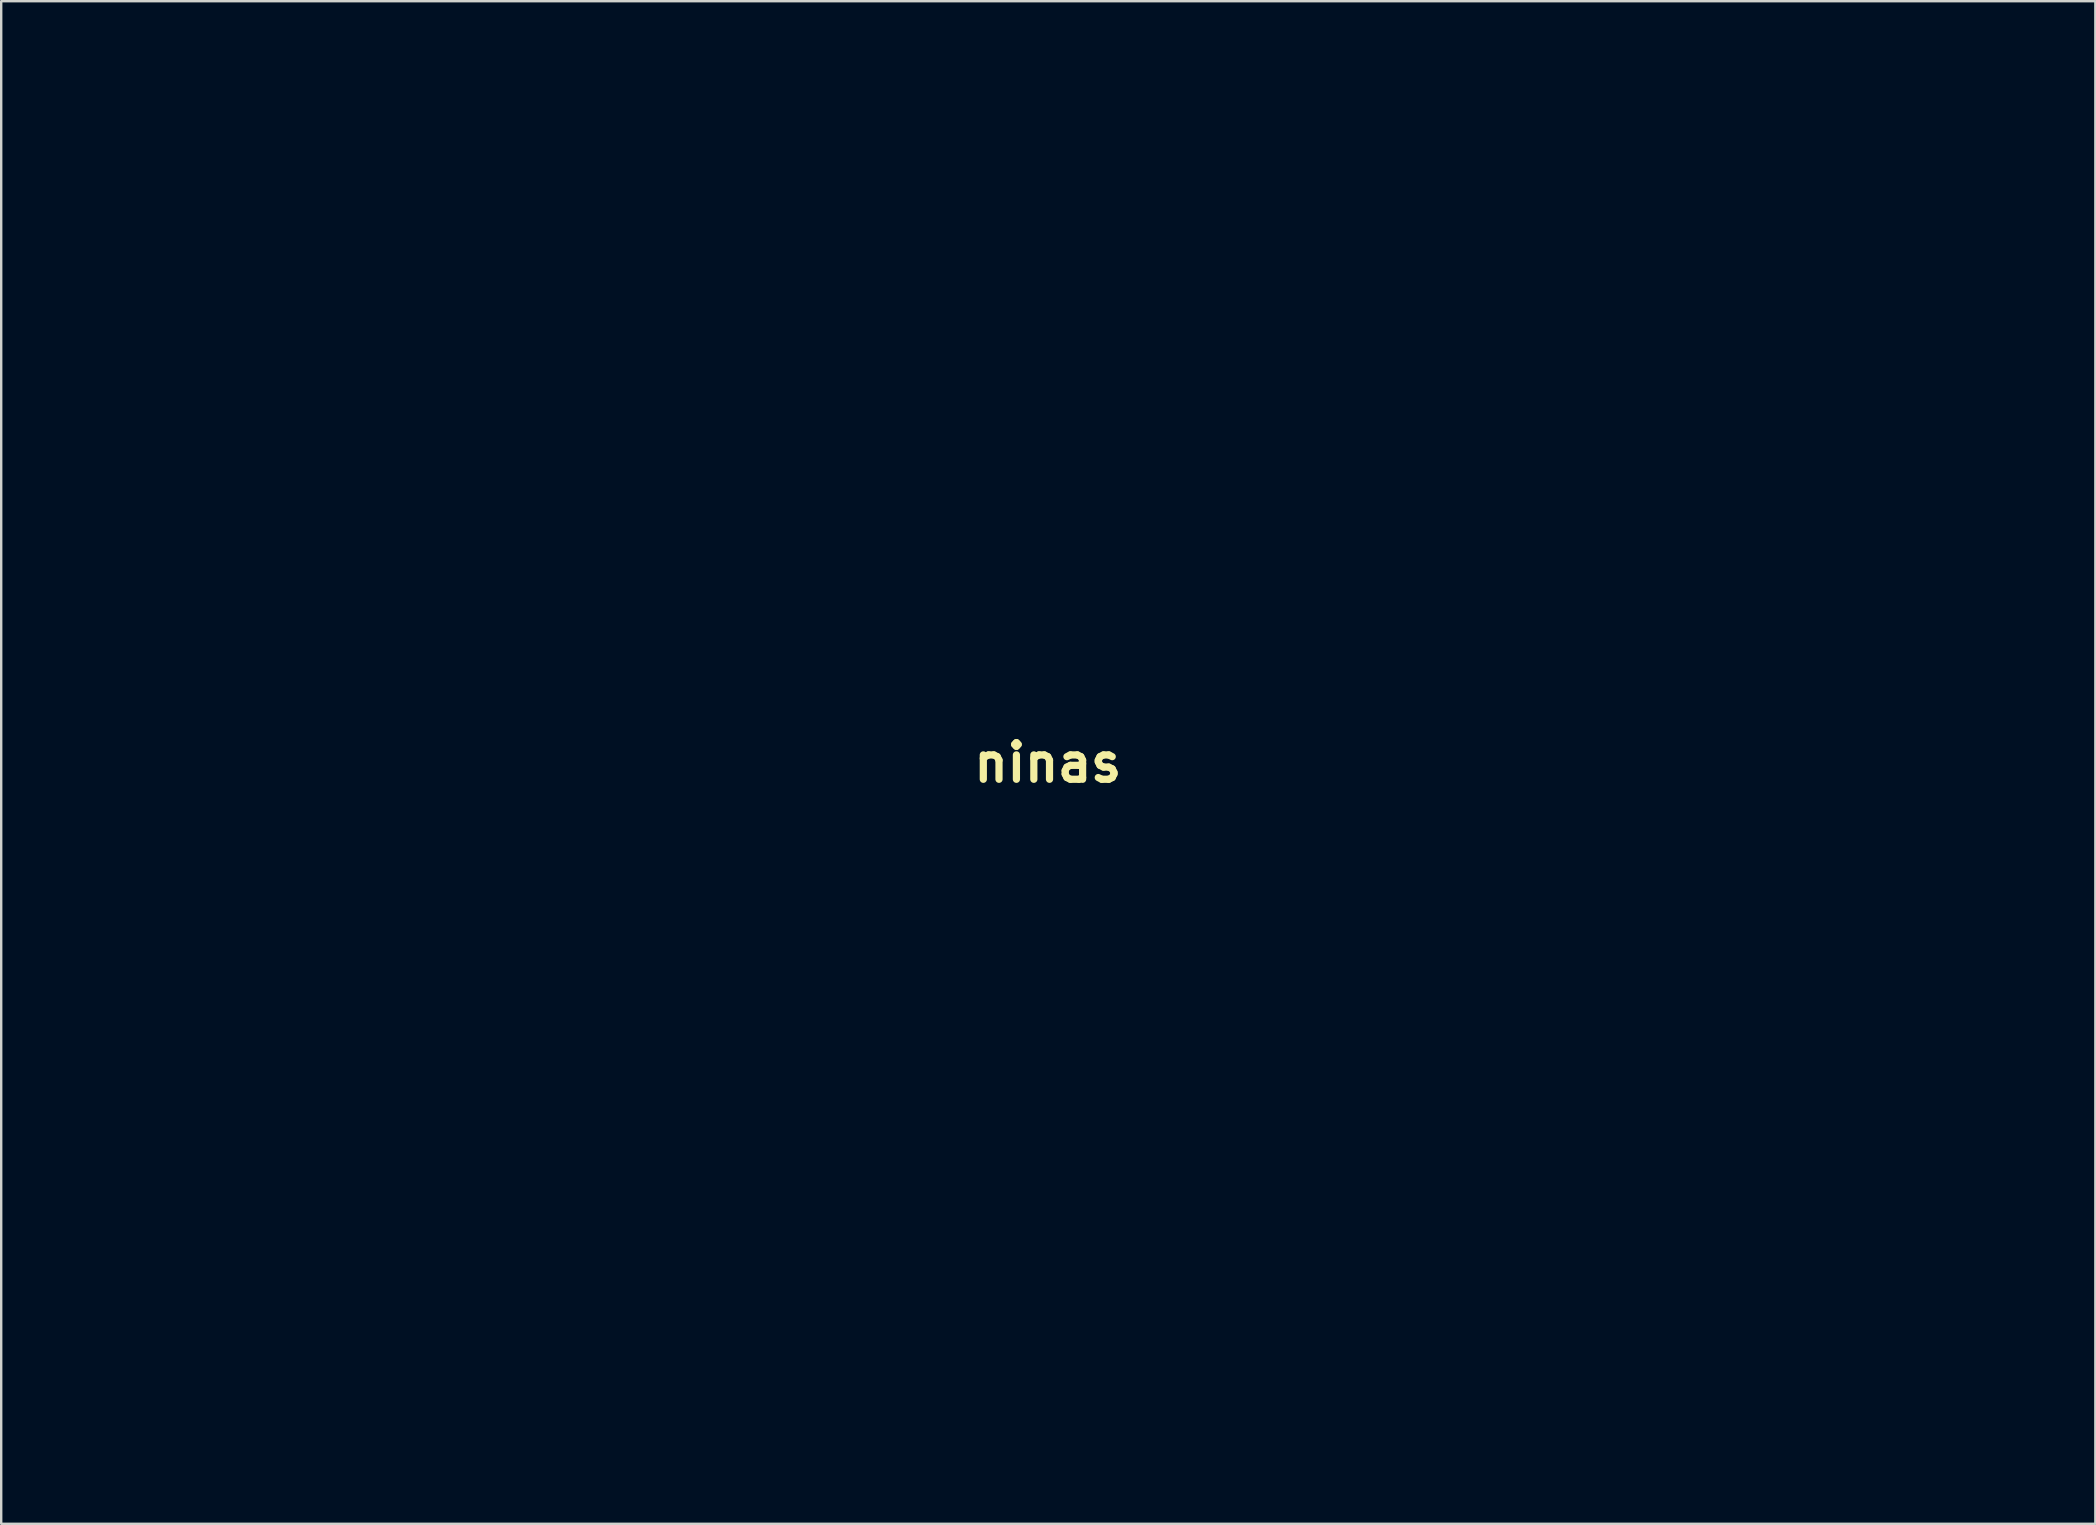
<source format=kicad_pcb>
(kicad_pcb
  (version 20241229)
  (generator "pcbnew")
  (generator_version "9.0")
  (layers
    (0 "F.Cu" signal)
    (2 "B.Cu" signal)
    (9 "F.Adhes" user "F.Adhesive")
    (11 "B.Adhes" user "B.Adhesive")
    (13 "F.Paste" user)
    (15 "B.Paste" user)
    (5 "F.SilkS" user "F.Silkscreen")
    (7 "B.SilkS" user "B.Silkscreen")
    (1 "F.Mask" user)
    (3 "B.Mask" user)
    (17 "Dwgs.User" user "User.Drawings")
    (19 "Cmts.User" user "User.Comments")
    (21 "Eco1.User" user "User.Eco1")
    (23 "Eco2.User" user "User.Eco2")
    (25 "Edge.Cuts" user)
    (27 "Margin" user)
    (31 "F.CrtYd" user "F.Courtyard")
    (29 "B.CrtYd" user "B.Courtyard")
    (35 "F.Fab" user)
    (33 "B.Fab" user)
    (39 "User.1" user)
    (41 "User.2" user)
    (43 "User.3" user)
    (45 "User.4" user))
  (footprint "ninas"
    (layer "F.Cu")
    (at 40.603 28.728)
    (property "Reference" "ninas" (at 0 0 0) (layer "F.SilkS") (effects (font (size 1.524 1.524) (thickness 0.3))))
    (attr through_hole)
    (fp_poly (pts (xy -38.523 -21.124) (xy -38.566 -21.082) (xy -38.608 -21.124) (xy -38.566 -21.167) (xy -38.523 -21.124)) (stroke (width 0.01) (type solid)) (fill no) (layer "Eco2.User"))
    (fp_poly (pts (xy -35.645 -24.765) (xy -35.687 -24.723) (xy -35.729 -24.765) (xy -35.687 -24.807) (xy -35.645 -24.765)) (stroke (width 0.01) (type solid)) (fill no) (layer "Eco2.User"))
    (fp_poly (pts (xy -31.073 -23.326) (xy -31.115 -23.283) (xy -31.157 -23.326) (xy -31.115 -23.368) (xy -31.073 -23.326)) (stroke (width 0.01) (type solid)) (fill no) (layer "Eco2.User"))
    (fp_poly (pts (xy -31.073 -20.193) (xy -31.115 -20.151) (xy -31.157 -20.193) (xy -31.115 -20.235) (xy -31.073 -20.193)) (stroke (width 0.01) (type solid)) (fill no) (layer "Eco2.User"))
    (fp_poly (pts (xy -22.775 2.074) (xy -22.818 2.117) (xy -22.86 2.074) (xy -22.818 2.032) (xy -22.775 2.074)) (stroke (width 0.01) (type solid)) (fill no) (layer "Eco2.User"))
    (fp_poly (pts (xy -13.801 -3.006) (xy -13.843 -2.963) (xy -13.885 -3.006) (xy -13.843 -3.048) (xy -13.801 -3.006)) (stroke (width 0.01) (type solid)) (fill no) (layer "Eco2.User"))
    (fp_poly (pts (xy -13.547 -2.582) (xy -13.589 -2.54) (xy -13.631 -2.582) (xy -13.589 -2.625) (xy -13.547 -2.582)) (stroke (width 0.01) (type solid)) (fill no) (layer "Eco2.User"))
    (fp_poly (pts (xy -13.123 -3.09) (xy -13.166 -3.048) (xy -13.208 -3.09) (xy -13.166 -3.133) (xy -13.123 -3.09)) (stroke (width 0.01) (type solid)) (fill no) (layer "Eco2.User"))
    (fp_poly (pts (xy -13.123 1.82) (xy -13.166 1.863) (xy -13.208 1.82) (xy -13.166 1.778) (xy -13.123 1.82)) (stroke (width 0.01) (type solid)) (fill no) (layer "Eco2.User"))
    (fp_poly (pts (xy -12.531 -2.498) (xy -12.573 -2.455) (xy -12.615 -2.498) (xy -12.573 -2.54) (xy -12.531 -2.498)) (stroke (width 0.01) (type solid)) (fill no) (layer "Eco2.User"))
    (fp_poly (pts (xy -11.43 -6.985) (xy -11.472 -6.943) (xy -11.515 -6.985) (xy -11.472 -7.027) (xy -11.43 -6.985)) (stroke (width 0.01) (type solid)) (fill no) (layer "Eco2.User"))
    (fp_poly (pts (xy -10.753 -0.804) (xy -10.795 -0.762) (xy -10.837 -0.804) (xy -10.795 -0.847) (xy -10.753 -0.804)) (stroke (width 0.01) (type solid)) (fill no) (layer "Eco2.User"))
    (fp_poly (pts (xy -9.483 4.868) (xy -9.525 4.911) (xy -9.567 4.868) (xy -9.525 4.826) (xy -9.483 4.868)) (stroke (width 0.01) (type solid)) (fill no) (layer "Eco2.User"))
    (fp_poly (pts (xy -9.398 0.635) (xy -9.44 0.677) (xy -9.483 0.635) (xy -9.44 0.593) (xy -9.398 0.635)) (stroke (width 0.01) (type solid)) (fill no) (layer "Eco2.User"))
    (fp_poly (pts (xy -8.805 -2.244) (xy -8.848 -2.201) (xy -8.89 -2.244) (xy -8.848 -2.286) (xy -8.805 -2.244)) (stroke (width 0.01) (type solid)) (fill no) (layer "Eco2.User"))
    (fp_poly (pts (xy -8.721 -3.344) (xy -8.763 -3.302) (xy -8.805 -3.344) (xy -8.763 -3.387) (xy -8.721 -3.344)) (stroke (width 0.01) (type solid)) (fill no) (layer "Eco2.User"))
    (fp_poly (pts (xy -6.604 -9.864) (xy -6.646 -9.821) (xy -6.689 -9.864) (xy -6.646 -9.906) (xy -6.604 -9.864)) (stroke (width 0.01) (type solid)) (fill no) (layer "Eco2.User"))
    (fp_poly (pts (xy -1.863 1.99) (xy -1.905 2.032) (xy -1.947 1.99) (xy -1.905 1.947) (xy -1.863 1.99)) (stroke (width 0.01) (type solid)) (fill no) (layer "Eco2.User"))
    (fp_poly (pts (xy 0.085 8.932) (xy 0.042 8.975) (xy 0 8.932) (xy 0.042 8.89) (xy 0.085 8.932)) (stroke (width 0.01) (type solid)) (fill no) (layer "Eco2.User"))
    (fp_poly (pts (xy 0.423 9.948) (xy 0.381 9.991) (xy 0.339 9.948) (xy 0.381 9.906) (xy 0.423 9.948)) (stroke (width 0.01) (type solid)) (fill no) (layer "Eco2.User"))
    (fp_poly (pts (xy 2.54 0.212) (xy 2.498 0.254) (xy 2.455 0.212) (xy 2.498 0.169) (xy 2.54 0.212)) (stroke (width 0.01) (type solid)) (fill no) (layer "Eco2.User"))
    (fp_poly (pts (xy 5.165 -1.905) (xy 5.122 -1.863) (xy 5.08 -1.905) (xy 5.122 -1.947) (xy 5.165 -1.905)) (stroke (width 0.01) (type solid)) (fill no) (layer "Eco2.User"))
    (fp_poly (pts (xy 5.334 0.72) (xy 5.292 0.762) (xy 5.249 0.72) (xy 5.292 0.677) (xy 5.334 0.72)) (stroke (width 0.01) (type solid)) (fill no) (layer "Eco2.User"))
    (fp_poly (pts (xy 5.503 -2.582) (xy 5.461 -2.54) (xy 5.419 -2.582) (xy 5.461 -2.625) (xy 5.503 -2.582)) (stroke (width 0.01) (type solid)) (fill no) (layer "Eco2.User"))
    (fp_poly (pts (xy 6.519 0.127) (xy 6.477 0.169) (xy 6.435 0.127) (xy 6.477 0.085) (xy 6.519 0.127)) (stroke (width 0.01) (type solid)) (fill no) (layer "Eco2.User"))
    (fp_poly (pts (xy 13.631 -1.397) (xy 13.589 -1.355) (xy 13.547 -1.397) (xy 13.589 -1.439) (xy 13.631 -1.397)) (stroke (width 0.01) (type solid)) (fill no) (layer "Eco2.User"))
    (fp_poly (pts (xy 14.309 11.98) (xy 14.266 12.023) (xy 14.224 11.98) (xy 14.266 11.938) (xy 14.309 11.98)) (stroke (width 0.01) (type solid)) (fill no) (layer "Eco2.User"))
    (fp_poly (pts (xy 14.647 7.916) (xy 14.605 7.959) (xy 14.563 7.916) (xy 14.605 7.874) (xy 14.647 7.916)) (stroke (width 0.01) (type solid)) (fill no) (layer "Eco2.User"))
    (fp_poly (pts (xy 15.325 -6.392) (xy 15.282 -6.35) (xy 15.24 -6.392) (xy 15.282 -6.435) (xy 15.325 -6.392)) (stroke (width 0.01) (type solid)) (fill no) (layer "Eco2.User"))
    (fp_poly (pts (xy 15.579 11.049) (xy 15.536 11.091) (xy 15.494 11.049) (xy 15.536 11.007) (xy 15.579 11.049)) (stroke (width 0.01) (type solid)) (fill no) (layer "Eco2.User"))
    (fp_poly (pts (xy 16.341 -10.88) (xy 16.298 -10.837) (xy 16.256 -10.88) (xy 16.298 -10.922) (xy 16.341 -10.88)) (stroke (width 0.01) (type solid)) (fill no) (layer "Eco2.User"))
    (fp_poly (pts (xy 17.272 3.937) (xy 17.23 3.979) (xy 17.187 3.937) (xy 17.23 3.895) (xy 17.272 3.937)) (stroke (width 0.01) (type solid)) (fill no) (layer "Eco2.User"))
    (fp_poly (pts (xy 17.357 4.106) (xy 17.314 4.149) (xy 17.272 4.106) (xy 17.314 4.064) (xy 17.357 4.106)) (stroke (width 0.01) (type solid)) (fill no) (layer "Eco2.User"))
    (fp_poly (pts (xy 17.526 14.605) (xy 17.484 14.647) (xy 17.441 14.605) (xy 17.484 14.563) (xy 17.526 14.605)) (stroke (width 0.01) (type solid)) (fill no) (layer "Eco2.User"))
    (fp_poly (pts (xy 18.542 -11.218) (xy 18.5 -11.176) (xy 18.457 -11.218) (xy 18.5 -11.261) (xy 18.542 -11.218)) (stroke (width 0.01) (type solid)) (fill no) (layer "Eco2.User"))
    (fp_poly (pts (xy 18.965 -11.303) (xy 18.923 -11.261) (xy 18.881 -11.303) (xy 18.923 -11.345) (xy 18.965 -11.303)) (stroke (width 0.01) (type solid)) (fill no) (layer "Eco2.User"))
    (fp_poly (pts (xy 19.304 -9.186) (xy 19.262 -9.144) (xy 19.219 -9.186) (xy 19.262 -9.229) (xy 19.304 -9.186)) (stroke (width 0.01) (type solid)) (fill no) (layer "Eco2.User"))
    (fp_poly (pts (xy 19.643 -0.974) (xy 19.6 -0.931) (xy 19.558 -0.974) (xy 19.6 -1.016) (xy 19.643 -0.974)) (stroke (width 0.01) (type solid)) (fill no) (layer "Eco2.User"))
    (fp_poly (pts (xy 19.643 5.207) (xy 19.6 5.249) (xy 19.558 5.207) (xy 19.6 5.165) (xy 19.643 5.207)) (stroke (width 0.01) (type solid)) (fill no) (layer "Eco2.User"))
    (fp_poly (pts (xy 20.151 5.461) (xy 20.108 5.503) (xy 20.066 5.461) (xy 20.108 5.419) (xy 20.151 5.461)) (stroke (width 0.01) (type solid)) (fill no) (layer "Eco2.User"))
    (fp_poly (pts (xy 20.997 -17.484) (xy 20.955 -17.441) (xy 20.913 -17.484) (xy 20.955 -17.526) (xy 20.997 -17.484)) (stroke (width 0.01) (type solid)) (fill no) (layer "Eco2.User"))
    (fp_poly (pts (xy 20.997 -8.509) (xy 20.955 -8.467) (xy 20.913 -8.509) (xy 20.955 -8.551) (xy 20.997 -8.509)) (stroke (width 0.01) (type solid)) (fill no) (layer "Eco2.User"))
    (fp_poly (pts (xy 21.082 5.969) (xy 21.04 6.011) (xy 20.997 5.969) (xy 21.04 5.927) (xy 21.082 5.969)) (stroke (width 0.01) (type solid)) (fill no) (layer "Eco2.User"))
    (fp_poly (pts (xy 21.251 10.287) (xy 21.209 10.329) (xy 21.167 10.287) (xy 21.209 10.245) (xy 21.251 10.287)) (stroke (width 0.01) (type solid)) (fill no) (layer "Eco2.User"))
    (fp_poly (pts (xy 21.336 1.736) (xy 21.294 1.778) (xy 21.251 1.736) (xy 21.294 1.693) (xy 21.336 1.736)) (stroke (width 0.01) (type solid)) (fill no) (layer "Eco2.User"))
    (fp_poly (pts (xy 21.505 2.921) (xy 21.463 2.963) (xy 21.421 2.921) (xy 21.463 2.879) (xy 21.505 2.921)) (stroke (width 0.01) (type solid)) (fill no) (layer "Eco2.User"))
    (fp_poly (pts (xy 21.759 10.033) (xy 21.717 10.075) (xy 21.675 10.033) (xy 21.717 9.991) (xy 21.759 10.033)) (stroke (width 0.01) (type solid)) (fill no) (layer "Eco2.User"))
    (fp_poly (pts (xy 21.929 10.456) (xy 21.886 10.499) (xy 21.844 10.456) (xy 21.886 10.414) (xy 21.929 10.456)) (stroke (width 0.01) (type solid)) (fill no) (layer "Eco2.User"))
    (fp_poly (pts (xy 22.098 9.44) (xy 22.056 9.483) (xy 22.013 9.44) (xy 22.056 9.398) (xy 22.098 9.44)) (stroke (width 0.01) (type solid)) (fill no) (layer "Eco2.User"))
    (fp_poly (pts (xy 22.691 4.445) (xy 22.648 4.487) (xy 22.606 4.445) (xy 22.648 4.403) (xy 22.691 4.445)) (stroke (width 0.01) (type solid)) (fill no) (layer "Eco2.User"))
    (fp_poly (pts (xy 22.691 10.626) (xy 22.648 10.668) (xy 22.606 10.626) (xy 22.648 10.583) (xy 22.691 10.626)) (stroke (width 0.01) (type solid)) (fill no) (layer "Eco2.User"))
    (fp_poly (pts (xy 22.775 0.974) (xy 22.733 1.016) (xy 22.691 0.974) (xy 22.733 0.931) (xy 22.775 0.974)) (stroke (width 0.01) (type solid)) (fill no) (layer "Eco2.User"))
    (fp_poly (pts (xy 23.029 1.736) (xy 22.987 1.778) (xy 22.945 1.736) (xy 22.987 1.693) (xy 23.029 1.736)) (stroke (width 0.01) (type solid)) (fill no) (layer "Eco2.User"))
    (fp_poly (pts (xy 23.199 11.218) (xy 23.156 11.261) (xy 23.114 11.218) (xy 23.156 11.176) (xy 23.199 11.218)) (stroke (width 0.01) (type solid)) (fill no) (layer "Eco2.User"))
    (fp_poly (pts (xy 23.283 10.88) (xy 23.241 10.922) (xy 23.199 10.88) (xy 23.241 10.837) (xy 23.283 10.88)) (stroke (width 0.01) (type solid)) (fill no) (layer "Eco2.User"))
    (fp_poly (pts (xy 23.791 10.626) (xy 23.749 10.668) (xy 23.707 10.626) (xy 23.749 10.583) (xy 23.791 10.626)) (stroke (width 0.01) (type solid)) (fill no) (layer "Eco2.User"))
    (fp_poly (pts (xy 23.791 10.964) (xy 23.749 11.007) (xy 23.707 10.964) (xy 23.749 10.922) (xy 23.791 10.964)) (stroke (width 0.01) (type solid)) (fill no) (layer "Eco2.User"))
    (fp_poly (pts (xy 23.961 10.795) (xy 23.918 10.837) (xy 23.876 10.795) (xy 23.918 10.753) (xy 23.961 10.795)) (stroke (width 0.01) (type solid)) (fill no) (layer "Eco2.User"))
    (fp_poly (pts (xy 24.215 10.795) (xy 24.172 10.837) (xy 24.13 10.795) (xy 24.172 10.753) (xy 24.215 10.795)) (stroke (width 0.01) (type solid)) (fill no) (layer "Eco2.User"))
    (fp_poly (pts (xy 24.638 3.768) (xy 24.596 3.81) (xy 24.553 3.768) (xy 24.596 3.725) (xy 24.638 3.768)) (stroke (width 0.01) (type solid)) (fill no) (layer "Eco2.User"))
    (fp_poly (pts (xy 27.601 -2.921) (xy 27.559 -2.879) (xy 27.517 -2.921) (xy 27.559 -2.963) (xy 27.601 -2.921)) (stroke (width 0.01) (type solid)) (fill no) (layer "Eco2.User"))
    (fp_poly (pts (xy 31.327 4.868) (xy 31.284 4.911) (xy 31.242 4.868) (xy 31.284 4.826) (xy 31.327 4.868)) (stroke (width 0.01) (type solid)) (fill no) (layer "Eco2.User"))
    (fp_poly (pts (xy 32.851 6.985) (xy 32.808 7.027) (xy 32.766 6.985) (xy 32.808 6.943) (xy 32.851 6.985)) (stroke (width 0.01) (type solid)) (fill no) (layer "Eco2.User"))
    (fp_poly (pts (xy 35.475 10.202) (xy 35.433 10.245) (xy 35.391 10.202) (xy 35.433 10.16) (xy 35.475 10.202)) (stroke (width 0.01) (type solid)) (fill no) (layer "Eco2.User"))
    (fp_poly (pts (xy 38.862 -13.166) (xy 38.82 -13.123) (xy 38.777 -13.166) (xy 38.82 -13.208) (xy 38.862 -13.166)) (stroke (width 0.01) (type solid)) (fill no) (layer "Eco2.User"))
    (fp_poly (pts (xy 38.862 -8.424) (xy 38.82 -8.382) (xy 38.777 -8.424) (xy 38.82 -8.467) (xy 38.862 -8.424)) (stroke (width 0.01) (type solid)) (fill no) (layer "Eco2.User"))
    (fp_poly (pts (xy 38.947 -16.468) (xy 38.904 -16.425) (xy 38.862 -16.468) (xy 38.904 -16.51) (xy 38.947 -16.468)) (stroke (width 0.01) (type solid)) (fill no) (layer "Eco2.User"))
    (fp_poly (pts (xy 38.947 -14.266) (xy 38.904 -14.224) (xy 38.862 -14.266) (xy 38.904 -14.309) (xy 38.947 -14.266)) (stroke (width 0.01) (type solid)) (fill no) (layer "Eco2.User"))
    (fp_poly (pts (xy 38.947 -6.985) (xy 38.904 -6.943) (xy 38.862 -6.985) (xy 38.904 -7.027) (xy 38.947 -6.985)) (stroke (width 0.01) (type solid)) (fill no) (layer "Eco2.User"))
    (fp_poly (pts (xy 39.031 -8.763) (xy 38.989 -8.721) (xy 38.947 -8.763) (xy 38.989 -8.805) (xy 39.031 -8.763)) (stroke (width 0.01) (type solid)) (fill no) (layer "Eco2.User"))
    (fp_poly (pts (xy 39.031 -7.324) (xy 38.989 -7.281) (xy 38.947 -7.324) (xy 38.989 -7.366) (xy 39.031 -7.324)) (stroke (width 0.01) (type solid)) (fill no) (layer "Eco2.User"))
    (fp_poly (pts (xy 39.031 -6.223) (xy 38.989 -6.181) (xy 38.947 -6.223) (xy 38.989 -6.265) (xy 39.031 -6.223)) (stroke (width 0.01) (type solid)) (fill no) (layer "Eco2.User"))
    (fp_poly (pts (xy 39.031 5.546) (xy 38.989 5.588) (xy 38.947 5.546) (xy 38.989 5.503) (xy 39.031 5.546)) (stroke (width 0.01) (type solid)) (fill no) (layer "Eco2.User"))
    (fp_poly (pts (xy -38.552 -20.122) (xy -38.541 -20.022) (xy -38.552 -20.01) (xy -38.602 -20.021) (xy -38.608 -20.066) (xy -38.577 -20.136) (xy -38.552 -20.122)) (stroke (width 0.01) (type solid)) (fill no) (layer "Eco2.User"))
    (fp_poly (pts (xy -17.554 5.362) (xy -17.544 5.463) (xy -17.554 5.475) (xy -17.605 5.463) (xy -17.611 5.419) (xy -17.58 5.349) (xy -17.554 5.362)) (stroke (width 0.01) (type solid)) (fill no) (layer "Eco2.User"))
    (fp_poly (pts (xy -17.3 5.786) (xy -17.312 5.836) (xy -17.357 5.842) (xy -17.426 5.811) (xy -17.413 5.786) (xy -17.313 5.775) (xy -17.3 5.786)) (stroke (width 0.01) (type solid)) (fill no) (layer "Eco2.User"))
    (fp_poly (pts (xy -12.305 -2.596) (xy -12.317 -2.546) (xy -12.361 -2.54) (xy -12.431 -2.571) (xy -12.418 -2.596) (xy -12.317 -2.607) (xy -12.305 -2.596)) (stroke (width 0.01) (type solid)) (fill no) (layer "Eco2.User"))
    (fp_poly (pts (xy -10.527 -0.903) (xy -10.539 -0.853) (xy -10.583 -0.847) (xy -10.653 -0.878) (xy -10.64 -0.903) (xy -10.539 -0.913) (xy -10.527 -0.903)) (stroke (width 0.01) (type solid)) (fill no) (layer "Eco2.User"))
    (fp_poly (pts (xy -10.527 1.722) (xy -10.539 1.772) (xy -10.583 1.778) (xy -10.653 1.747) (xy -10.64 1.722) (xy -10.539 1.711) (xy -10.527 1.722)) (stroke (width 0.01) (type solid)) (fill no) (layer "Eco2.User"))
    (fp_poly (pts (xy -10.188 -0.903) (xy -10.2 -0.853) (xy -10.245 -0.847) (xy -10.314 -0.878) (xy -10.301 -0.903) (xy -10.201 -0.913) (xy -10.188 -0.903)) (stroke (width 0.01) (type solid)) (fill no) (layer "Eco2.User"))
    (fp_poly (pts (xy -10.019 -3.189) (xy -10.009 -3.089) (xy -10.019 -3.076) (xy -10.069 -3.088) (xy -10.075 -3.133) (xy -10.044 -3.202) (xy -10.019 -3.189)) (stroke (width 0.01) (type solid)) (fill no) (layer "Eco2.User"))
    (fp_poly (pts (xy -8.664 -1.58) (xy -8.676 -1.53) (xy -8.721 -1.524) (xy -8.79 -1.555) (xy -8.777 -1.58) (xy -8.677 -1.591) (xy -8.664 -1.58)) (stroke (width 0.01) (type solid)) (fill no) (layer "Eco2.User"))
    (fp_poly (pts (xy -8.156 3.415) (xy -8.146 3.515) (xy -8.156 3.528) (xy -8.207 3.516) (xy -8.213 3.471) (xy -8.182 3.402) (xy -8.156 3.415)) (stroke (width 0.01) (type solid)) (fill no) (layer "Eco2.User"))
    (fp_poly (pts (xy -7.479 0.113) (xy -7.469 0.213) (xy -7.479 0.226) (xy -7.529 0.214) (xy -7.535 0.169) (xy -7.504 0.1) (xy -7.479 0.113)) (stroke (width 0.01) (type solid)) (fill no) (layer "Eco2.User"))
    (fp_poly (pts (xy -6.971 -10.132) (xy -6.961 -10.031) (xy -6.971 -10.019) (xy -7.021 -10.031) (xy -7.027 -10.075) (xy -6.996 -10.145) (xy -6.971 -10.132)) (stroke (width 0.01) (type solid)) (fill no) (layer "Eco2.User"))
    (fp_poly (pts (xy -6.209 -10.386) (xy -6.221 -10.335) (xy -6.265 -10.329) (xy -6.335 -10.36) (xy -6.322 -10.386) (xy -6.221 -10.396) (xy -6.209 -10.386)) (stroke (width 0.01) (type solid)) (fill no) (layer "Eco2.User"))
    (fp_poly (pts (xy -1.298 9.596) (xy -1.288 9.696) (xy -1.298 9.708) (xy -1.349 9.697) (xy -1.355 9.652) (xy -1.324 9.582) (xy -1.298 9.596)) (stroke (width 0.01) (type solid)) (fill no) (layer "Eco2.User"))
    (fp_poly (pts (xy -0.198 5.108) (xy -0.209 5.159) (xy -0.254 5.165) (xy -0.324 5.134) (xy -0.31 5.108) (xy -0.21 5.098) (xy -0.198 5.108)) (stroke (width 0.01) (type solid)) (fill no) (layer "Eco2.User"))
    (fp_poly (pts (xy -0.113 2.23) (xy -0.125 2.28) (xy -0.169 2.286) (xy -0.239 2.255) (xy -0.226 2.23) (xy -0.125 2.219) (xy -0.113 2.23)) (stroke (width 0.01) (type solid)) (fill no) (layer "Eco2.User"))
    (fp_poly (pts (xy 0.48 9.596) (xy 0.49 9.696) (xy 0.48 9.708) (xy 0.429 9.697) (xy 0.423 9.652) (xy 0.454 9.582) (xy 0.48 9.596)) (stroke (width 0.01) (type solid)) (fill no) (layer "Eco2.User"))
    (fp_poly (pts (xy 2.681 8.58) (xy 2.691 8.68) (xy 2.681 8.692) (xy 2.631 8.681) (xy 2.625 8.636) (xy 2.656 8.566) (xy 2.681 8.58)) (stroke (width 0.01) (type solid)) (fill no) (layer "Eco2.User"))
    (fp_poly (pts (xy 2.766 7.733) (xy 2.776 7.833) (xy 2.766 7.846) (xy 2.715 7.834) (xy 2.709 7.789) (xy 2.74 7.72) (xy 2.766 7.733)) (stroke (width 0.01) (type solid)) (fill no) (layer "Eco2.User"))
    (fp_poly (pts (xy 2.935 0.706) (xy 2.923 0.756) (xy 2.879 0.762) (xy 2.809 0.731) (xy 2.822 0.706) (xy 2.923 0.695) (xy 2.935 0.706)) (stroke (width 0.01) (type solid)) (fill no) (layer "Eco2.User"))
    (fp_poly (pts (xy 3.104 0.452) (xy 3.093 0.502) (xy 3.048 0.508) (xy 2.978 0.477) (xy 2.992 0.452) (xy 3.092 0.441) (xy 3.104 0.452)) (stroke (width 0.01) (type solid)) (fill no) (layer "Eco2.User"))
    (fp_poly (pts (xy 4.459 -1.58) (xy 4.447 -1.53) (xy 4.403 -1.524) (xy 4.333 -1.555) (xy 4.346 -1.58) (xy 4.447 -1.591) (xy 4.459 -1.58)) (stroke (width 0.01) (type solid)) (fill no) (layer "Eco2.User"))
    (fp_poly (pts (xy 5.396 4.521) (xy 5.37 4.559) (xy 5.285 4.565) (xy 5.194 4.545) (xy 5.233 4.514) (xy 5.366 4.504) (xy 5.396 4.521)) (stroke (width 0.01) (type solid)) (fill no) (layer "Eco2.User"))
    (fp_poly (pts (xy 6.83 0.79) (xy 6.84 0.891) (xy 6.83 0.903) (xy 6.779 0.891) (xy 6.773 0.847) (xy 6.804 0.777) (xy 6.83 0.79)) (stroke (width 0.01) (type solid)) (fill no) (layer "Eco2.User"))
    (fp_poly (pts (xy 7.422 -0.564) (xy 7.411 -0.514) (xy 7.366 -0.508) (xy 7.296 -0.539) (xy 7.31 -0.564) (xy 7.41 -0.575) (xy 7.422 -0.564)) (stroke (width 0.01) (type solid)) (fill no) (layer "Eco2.User"))
    (fp_poly (pts (xy 14.534 -6.406) (xy 14.545 -6.306) (xy 14.534 -6.294) (xy 14.484 -6.305) (xy 14.478 -6.35) (xy 14.509 -6.42) (xy 14.534 -6.406)) (stroke (width 0.01) (type solid)) (fill no) (layer "Eco2.User"))
    (fp_poly (pts (xy 14.788 7.14) (xy 14.799 7.241) (xy 14.788 7.253) (xy 14.738 7.241) (xy 14.732 7.197) (xy 14.763 7.127) (xy 14.788 7.14)) (stroke (width 0.01) (type solid)) (fill no) (layer "Eco2.User"))
    (fp_poly (pts (xy 14.958 5.532) (xy 14.946 5.582) (xy 14.901 5.588) (xy 14.832 5.557) (xy 14.845 5.532) (xy 14.945 5.521) (xy 14.958 5.532)) (stroke (width 0.01) (type solid)) (fill no) (layer "Eco2.User"))
    (fp_poly (pts (xy 15.975 -3.572) (xy 15.985 -3.44) (xy 15.968 -3.41) (xy 15.93 -3.435) (xy 15.924 -3.521) (xy 15.945 -3.611) (xy 15.975 -3.572)) (stroke (width 0.01) (type solid)) (fill no) (layer "Eco2.User"))
    (fp_poly (pts (xy 16.143 -7.676) (xy 16.131 -7.626) (xy 16.087 -7.62) (xy 16.017 -7.651) (xy 16.03 -7.676) (xy 16.131 -7.687) (xy 16.143 -7.676)) (stroke (width 0.01) (type solid)) (fill no) (layer "Eco2.User"))
    (fp_poly (pts (xy 16.228 3.5) (xy 16.238 3.6) (xy 16.228 3.612) (xy 16.177 3.601) (xy 16.171 3.556) (xy 16.202 3.486) (xy 16.228 3.5)) (stroke (width 0.01) (type solid)) (fill no) (layer "Eco2.User"))
    (fp_poly (pts (xy 16.989 2.519) (xy 17.001 2.692) (xy 16.989 2.731) (xy 16.959 2.741) (xy 16.947 2.625) (xy 16.96 2.504) (xy 16.989 2.519)) (stroke (width 0.01) (type solid)) (fill no) (layer "Eco2.User"))
    (fp_poly (pts (xy 18.937 -5.898) (xy 18.947 -5.798) (xy 18.937 -5.786) (xy 18.887 -5.797) (xy 18.881 -5.842) (xy 18.912 -5.912) (xy 18.937 -5.898)) (stroke (width 0.01) (type solid)) (fill no) (layer "Eco2.User"))
    (fp_poly (pts (xy 20.122 -7.168) (xy 20.111 -7.118) (xy 20.066 -7.112) (xy 19.996 -7.143) (xy 20.01 -7.168) (xy 20.11 -7.179) (xy 20.122 -7.168)) (stroke (width 0.01) (type solid)) (fill no) (layer "Eco2.User"))
    (fp_poly (pts (xy 20.805 2.997) (xy 20.78 3.035) (xy 20.694 3.041) (xy 20.604 3.021) (xy 20.643 2.99) (xy 20.775 2.98) (xy 20.805 2.997)) (stroke (width 0.01) (type solid)) (fill no) (layer "Eco2.User"))
    (fp_poly (pts (xy 21.392 9.426) (xy 21.381 9.477) (xy 21.336 9.483) (xy 21.266 9.452) (xy 21.28 9.426) (xy 21.38 9.416) (xy 21.392 9.426)) (stroke (width 0.01) (type solid)) (fill no) (layer "Eco2.User"))
    (fp_poly (pts (xy 22.154 4.551) (xy 22.165 4.724) (xy 22.154 4.763) (xy 22.123 4.773) (xy 22.111 4.657) (xy 22.125 4.536) (xy 22.154 4.551)) (stroke (width 0.01) (type solid)) (fill no) (layer "Eco2.User"))
    (fp_poly (pts (xy 22.154 10.019) (xy 22.143 10.069) (xy 22.098 10.075) (xy 22.028 10.044) (xy 22.042 10.019) (xy 22.142 10.009) (xy 22.154 10.019)) (stroke (width 0.01) (type solid)) (fill no) (layer "Eco2.User"))
    (fp_poly (pts (xy 22.832 2.145) (xy 22.842 2.245) (xy 22.832 2.258) (xy 22.781 2.246) (xy 22.775 2.201) (xy 22.806 2.132) (xy 22.832 2.145)) (stroke (width 0.01) (type solid)) (fill no) (layer "Eco2.User"))
    (fp_poly (pts (xy 23.001 4.262) (xy 23.011 4.362) (xy 23.001 4.374) (xy 22.951 4.363) (xy 22.945 4.318) (xy 22.976 4.248) (xy 23.001 4.262)) (stroke (width 0.01) (type solid)) (fill no) (layer "Eco2.User"))
    (fp_poly (pts (xy 23.087 -4.673) (xy 23.097 -4.54) (xy 23.08 -4.51) (xy 23.042 -4.536) (xy 23.036 -4.621) (xy 23.057 -4.712) (xy 23.087 -4.673)) (stroke (width 0.01) (type solid)) (fill no) (layer "Eco2.User"))
    (fp_poly (pts (xy 23.172 4.302) (xy 23.182 4.434) (xy 23.165 4.464) (xy 23.127 4.439) (xy 23.121 4.353) (xy 23.141 4.263) (xy 23.172 4.302)) (stroke (width 0.01) (type solid)) (fill no) (layer "Eco2.User"))
    (fp_poly (pts (xy 23.34 10.612) (xy 23.328 10.662) (xy 23.283 10.668) (xy 23.214 10.637) (xy 23.227 10.612) (xy 23.327 10.601) (xy 23.34 10.612)) (stroke (width 0.01) (type solid)) (fill no) (layer "Eco2.User"))
    (fp_poly (pts (xy 24.44 11.797) (xy 24.451 11.897) (xy 24.44 11.91) (xy 24.39 11.898) (xy 24.384 11.853) (xy 24.415 11.784) (xy 24.44 11.797)) (stroke (width 0.01) (type solid)) (fill no) (layer "Eco2.User"))
    (fp_poly (pts (xy 28.758 5.108) (xy 28.769 5.209) (xy 28.758 5.221) (xy 28.708 5.209) (xy 28.702 5.165) (xy 28.733 5.095) (xy 28.758 5.108)) (stroke (width 0.01) (type solid)) (fill no) (layer "Eco2.User"))
    (fp_poly (pts (xy 38.918 -25.033) (xy 38.929 -24.933) (xy 38.918 -24.92) (xy 38.868 -24.932) (xy 38.862 -24.977) (xy 38.893 -25.046) (xy 38.918 -25.033)) (stroke (width 0.01) (type solid)) (fill no) (layer "Eco2.User"))
    (fp_poly (pts (xy 38.918 -14.704) (xy 38.929 -14.603) (xy 38.918 -14.591) (xy 38.868 -14.603) (xy 38.862 -14.647) (xy 38.893 -14.717) (xy 38.918 -14.704)) (stroke (width 0.01) (type solid)) (fill no) (layer "Eco2.User"))
    (fp_poly (pts (xy 38.918 -13.603) (xy 38.929 -13.503) (xy 38.918 -13.49) (xy 38.868 -13.502) (xy 38.862 -13.547) (xy 38.893 -13.616) (xy 38.918 -13.603)) (stroke (width 0.01) (type solid)) (fill no) (layer "Eco2.User"))
    (fp_poly (pts (xy 38.918 -11.063) (xy 38.907 -11.013) (xy 38.862 -11.007) (xy 38.792 -11.038) (xy 38.806 -11.063) (xy 38.906 -11.073) (xy 38.918 -11.063)) (stroke (width 0.01) (type solid)) (fill no) (layer "Eco2.User"))
    (fp_poly (pts (xy 39.003 -15.804) (xy 39.013 -15.704) (xy 39.003 -15.692) (xy 38.953 -15.703) (xy 38.947 -15.748) (xy 38.978 -15.818) (xy 39.003 -15.804)) (stroke (width 0.01) (type solid)) (fill no) (layer "Eco2.User"))
    (fp_poly (pts (xy 39.003 -13.942) (xy 39.013 -13.841) (xy 39.003 -13.829) (xy 38.953 -13.841) (xy 38.947 -13.885) (xy 38.978 -13.955) (xy 39.003 -13.942)) (stroke (width 0.01) (type solid)) (fill no) (layer "Eco2.User"))
    (fp_poly (pts (xy 39.003 -11.402) (xy 39.013 -11.301) (xy 39.003 -11.289) (xy 38.953 -11.301) (xy 38.947 -11.345) (xy 38.978 -11.415) (xy 39.003 -11.402)) (stroke (width 0.01) (type solid)) (fill no) (layer "Eco2.User"))
    (fp_poly (pts (xy 39.003 -8.438) (xy 39.013 -8.338) (xy 39.003 -8.326) (xy 38.953 -8.337) (xy 38.947 -8.382) (xy 38.978 -8.452) (xy 39.003 -8.438)) (stroke (width 0.01) (type solid)) (fill no) (layer "Eco2.User"))
    (fp_poly (pts (xy 39.003 -6.66) (xy 39.013 -6.56) (xy 39.003 -6.548) (xy 38.953 -6.559) (xy 38.947 -6.604) (xy 38.978 -6.674) (xy 39.003 -6.66)) (stroke (width 0.01) (type solid)) (fill no) (layer "Eco2.User"))
    (fp_poly (pts (xy 39.005 -10.345) (xy 39.015 -10.213) (xy 38.998 -10.183) (xy 38.959 -10.208) (xy 38.953 -10.294) (xy 38.974 -10.384) (xy 39.005 -10.345)) (stroke (width 0.01) (type solid)) (fill no) (layer "Eco2.User"))
    (fp_poly (pts (xy -13.725 5.901) (xy -13.789 6.035) (xy -13.886 6.096) (xy -13.931 6.045) (xy -13.881 5.919) (xy -13.793 5.801) (xy -13.741 5.789) (xy -13.725 5.901)) (stroke (width 0.01) (type solid)) (fill no) (layer "Eco2.User"))
    (fp_poly (pts (xy -12.981 -1.221) (xy -12.996 -1.119) (xy -13.107 -1.035) (xy -13.194 -1.072) (xy -13.208 -1.136) (xy -13.14 -1.253) (xy -13.074 -1.27) (xy -12.981 -1.221)) (stroke (width 0.01) (type solid)) (fill no) (layer "Eco2.User"))
    (fp_poly (pts (xy -9.919 -2.76) (xy -9.828 -2.675) (xy -9.847 -2.625) (xy -9.859 -2.625) (xy -9.93 -2.685) (xy -9.956 -2.722) (xy -9.966 -2.78) (xy -9.919 -2.76)) (stroke (width 0.01) (type solid)) (fill no) (layer "Eco2.User"))
    (fp_poly (pts (xy -0.243 3.702) (xy -0.201 3.766) (xy -0.177 3.915) (xy -0.243 3.938) (xy -0.331 3.862) (xy -0.384 3.735) (xy -0.342 3.685) (xy -0.243 3.702)) (stroke (width 0.01) (type solid)) (fill no) (layer "Eco2.User"))
    (fp_poly (pts (xy 6.051 2.43) (xy 6.04 2.502) (xy 5.958 2.606) (xy 5.87 2.615) (xy 5.842 2.549) (xy 5.909 2.456) (xy 5.965 2.426) (xy 6.051 2.43)) (stroke (width 0.01) (type solid)) (fill no) (layer "Eco2.User"))
    (fp_poly (pts (xy 12.738 -14.595) (xy 12.857 -14.527) (xy 12.837 -14.482) (xy 12.79 -14.478) (xy 12.675 -14.539) (xy 12.658 -14.562) (xy 12.672 -14.61) (xy 12.738 -14.595)) (stroke (width 0.01) (type solid)) (fill no) (layer "Eco2.User"))
    (fp_poly (pts (xy 14.329 12.246) (xy 14.356 12.349) (xy 14.319 12.397) (xy 14.228 12.376) (xy 14.193 12.319) (xy 14.189 12.21) (xy 14.222 12.192) (xy 14.329 12.246)) (stroke (width 0.01) (type solid)) (fill no) (layer "Eco2.User"))
    (fp_poly (pts (xy 15.655 -8.555) (xy 15.643 -8.405) (xy 15.597 -8.351) (xy 15.541 -8.39) (xy 15.513 -8.52) (xy 15.526 -8.661) (xy 15.579 -8.678) (xy 15.655 -8.555)) (stroke (width 0.01) (type solid)) (fill no) (layer "Eco2.User"))
    (fp_poly (pts (xy 17.598 4.691) (xy 17.688 4.77) (xy 17.695 4.789) (xy 17.655 4.823) (xy 17.571 4.745) (xy 17.56 4.728) (xy 17.55 4.67) (xy 17.598 4.691)) (stroke (width 0.01) (type solid)) (fill no) (layer "Eco2.User"))
    (fp_poly (pts (xy 18.635 -10.185) (xy 18.707 -10.083) (xy 18.77 -9.935) (xy 18.734 -9.923) (xy 18.625 -10.035) (xy 18.558 -10.161) (xy 18.565 -10.212) (xy 18.635 -10.185)) (stroke (width 0.01) (type solid)) (fill no) (layer "Eco2.User"))
    (fp_poly (pts (xy 18.868 -10.972) (xy 18.958 -10.887) (xy 18.94 -10.838) (xy 18.928 -10.837) (xy 18.856 -10.897) (xy 18.83 -10.935) (xy 18.82 -10.993) (xy 18.868 -10.972)) (stroke (width 0.01) (type solid)) (fill no) (layer "Eco2.User"))
    (fp_poly (pts (xy 21.492 -16.984) (xy 21.583 -16.899) (xy 21.564 -16.849) (xy 21.553 -16.849) (xy 21.481 -16.909) (xy 21.455 -16.946) (xy 21.445 -17.004) (xy 21.492 -16.984)) (stroke (width 0.01) (type solid)) (fill no) (layer "Eco2.User"))
    (fp_poly (pts (xy 21.55 5.943) (xy 21.524 6.006) (xy 21.445 6.048) (xy 21.347 6.074) (xy 21.387 6.012) (xy 21.398 6.001) (xy 21.509 5.934) (xy 21.55 5.943)) (stroke (width 0.01) (type solid)) (fill no) (layer "Eco2.User"))
    (fp_poly (pts (xy 27.372 9.375) (xy 27.39 9.398) (xy 27.419 9.474) (xy 27.339 9.445) (xy 27.263 9.398) (xy 27.198 9.33) (xy 27.237 9.315) (xy 27.372 9.375)) (stroke (width 0.01) (type solid)) (fill no) (layer "Eco2.User"))
    (fp_poly (pts (xy 31.663 5.226) (xy 31.695 5.288) (xy 31.716 5.407) (xy 31.659 5.384) (xy 31.62 5.328) (xy 31.593 5.218) (xy 31.604 5.198) (xy 31.663 5.226)) (stroke (width 0.01) (type solid)) (fill no) (layer "Eco2.User"))
    (fp_poly (pts (xy 38.934 -7.755) (xy 39.024 -7.676) (xy 39.031 -7.657) (xy 38.991 -7.623) (xy 38.907 -7.701) (xy 38.896 -7.718) (xy 38.886 -7.776) (xy 38.934 -7.755)) (stroke (width 0.01) (type solid)) (fill no) (layer "Eco2.User"))
    (fp_poly (pts (xy -36.439 -28.254) (xy -36.449 -28.213) (xy -36.571 -28.102) (xy -36.587 -28.084) (xy -36.655 -28.089) (xy -36.69 -28.148) (xy -36.682 -28.251) (xy -36.552 -28.277) (xy -36.439 -28.254)) (stroke (width 0.01) (type solid)) (fill no) (layer "Eco2.User"))
    (fp_poly (pts (xy -21.701 3.78) (xy -21.717 3.81) (xy -21.797 3.891) (xy -21.812 3.895) (xy -21.817 3.84) (xy -21.802 3.81) (xy -21.722 3.729) (xy -21.707 3.725) (xy -21.701 3.78)) (stroke (width 0.01) (type solid)) (fill no) (layer "Eco2.User"))
    (fp_poly (pts (xy -20.75 3.433) (xy -20.743 3.461) (xy -20.805 3.581) (xy -20.828 3.598) (xy -20.906 3.594) (xy -20.913 3.566) (xy -20.851 3.446) (xy -20.828 3.429) (xy -20.75 3.433)) (stroke (width 0.01) (type solid)) (fill no) (layer "Eco2.User"))
    (fp_poly (pts (xy -19.646 7.935) (xy -19.643 7.959) (xy -19.672 8.041) (xy -19.68 8.043) (xy -19.752 7.984) (xy -19.77 7.959) (xy -19.763 7.881) (xy -19.732 7.874) (xy -19.646 7.935)) (stroke (width 0.01) (type solid)) (fill no) (layer "Eco2.User"))
    (fp_poly (pts (xy -17.274 7.007) (xy -17.272 7.027) (xy -17.336 7.11) (xy -17.357 7.112) (xy -17.439 7.048) (xy -17.441 7.027) (xy -17.377 6.945) (xy -17.357 6.943) (xy -17.274 7.007)) (stroke (width 0.01) (type solid)) (fill no) (layer "Eco2.User"))
    (fp_poly (pts (xy -14.48 6.076) (xy -14.478 6.096) (xy -14.542 6.178) (xy -14.563 6.181) (xy -14.645 6.116) (xy -14.647 6.096) (xy -14.583 6.014) (xy -14.563 6.011) (xy -14.48 6.076)) (stroke (width 0.01) (type solid)) (fill no) (layer "Eco2.User"))
    (fp_poly (pts (xy -11.759 -0.374) (xy -11.726 -0.339) (xy -11.745 -0.265) (xy -11.801 -0.254) (xy -11.947 -0.304) (xy -11.98 -0.339) (xy -11.962 -0.412) (xy -11.906 -0.423) (xy -11.759 -0.374)) (stroke (width 0.01) (type solid)) (fill no) (layer "Eco2.User"))
    (fp_poly (pts (xy -10.329 -0.415) (xy -10.4 -0.353) (xy -10.499 -0.339) (xy -10.636 -0.352) (xy -10.668 -0.371) (xy -10.598 -0.416) (xy -10.499 -0.448) (xy -10.364 -0.453) (xy -10.329 -0.415)) (stroke (width 0.01) (type solid)) (fill no) (layer "Eco2.User"))
    (fp_poly (pts (xy -10.109 1.99) (xy -10.118 2.032) (xy -10.24 2.109) (xy -10.297 2.117) (xy -10.381 2.074) (xy -10.372 2.032) (xy -10.25 1.955) (xy -10.192 1.947) (xy -10.109 1.99)) (stroke (width 0.01) (type solid)) (fill no) (layer "Eco2.User"))
    (fp_poly (pts (xy -8.156 1.824) (xy -8.144 1.925) (xy -8.223 2.062) (xy -8.345 2.104) (xy -8.445 2.044) (xy -8.467 1.954) (xy -8.411 1.809) (xy -8.291 1.778) (xy -8.156 1.824)) (stroke (width 0.01) (type solid)) (fill no) (layer "Eco2.User"))
    (fp_poly (pts (xy -7.128 -10.511) (xy -7.112 -10.372) (xy -7.141 -10.213) (xy -7.196 -10.16) (xy -7.252 -10.232) (xy -7.262 -10.372) (xy -7.226 -10.531) (xy -7.178 -10.583) (xy -7.128 -10.511)) (stroke (width 0.01) (type solid)) (fill no) (layer "Eco2.User"))
    (fp_poly (pts (xy -6.929 -10.537) (xy -6.892 -10.465) (xy -6.865 -10.323) (xy -6.879 -10.28) (xy -6.939 -10.308) (xy -6.977 -10.38) (xy -7.003 -10.522) (xy -6.989 -10.565) (xy -6.929 -10.537)) (stroke (width 0.01) (type solid)) (fill no) (layer "Eco2.User"))
    (fp_poly (pts (xy -1.197 1.208) (xy -1.207 1.327) (xy -1.242 1.436) (xy -1.285 1.386) (xy -1.31 1.33) (xy -1.341 1.181) (xy -1.323 1.125) (xy -1.239 1.106) (xy -1.197 1.208)) (stroke (width 0.01) (type solid)) (fill no) (layer "Eco2.User"))
    (fp_poly (pts (xy -0.918 2.163) (xy -0.881 2.235) (xy -0.854 2.377) (xy -0.868 2.42) (xy -0.928 2.392) (xy -0.965 2.32) (xy -0.992 2.178) (xy -0.978 2.135) (xy -0.918 2.163)) (stroke (width 0.01) (type solid)) (fill no) (layer "Eco2.User"))
    (fp_poly (pts (xy -0.203 5.368) (xy -0.195 5.533) (xy -0.232 5.599) (xy -0.323 5.617) (xy -0.373 5.537) (xy -0.38 5.372) (xy -0.344 5.306) (xy -0.252 5.288) (xy -0.203 5.368)) (stroke (width 0.01) (type solid)) (fill no) (layer "Eco2.User"))
    (fp_poly (pts (xy 0.082 5.991) (xy 0.085 6.011) (xy 0.02 6.094) (xy 0 6.096) (xy -0.082 6.032) (xy -0.085 6.011) (xy -0.02 5.929) (xy 0 5.927) (xy 0.082 5.991)) (stroke (width 0.01) (type solid)) (fill no) (layer "Eco2.User"))
    (fp_poly (pts (xy 0.477 8.069) (xy 0.474 8.168) (xy 0.397 8.275) (xy 0.291 8.355) (xy 0.255 8.337) (xy 0.298 8.192) (xy 0.387 8.081) (xy 0.472 8.065) (xy 0.477 8.069)) (stroke (width 0.01) (type solid)) (fill no) (layer "Eco2.User"))
    (fp_poly (pts (xy 0.923 8.874) (xy 0.931 8.927) (xy 0.88 9.071) (xy 0.847 9.102) (xy 0.78 9.076) (xy 0.762 8.98) (xy 0.797 8.839) (xy 0.847 8.805) (xy 0.923 8.874)) (stroke (width 0.01) (type solid)) (fill no) (layer "Eco2.User"))
    (fp_poly (pts (xy 2.286 8.255) (xy 2.367 8.331) (xy 2.371 8.345) (xy 2.305 8.381) (xy 2.286 8.382) (xy 2.205 8.317) (xy 2.201 8.292) (xy 2.253 8.242) (xy 2.286 8.255)) (stroke (width 0.01) (type solid)) (fill no) (layer "Eco2.User"))
    (fp_poly (pts (xy 4.396 -2.663) (xy 4.403 -2.635) (xy 4.341 -2.515) (xy 4.318 -2.498) (xy 4.24 -2.502) (xy 4.233 -2.53) (xy 4.295 -2.65) (xy 4.318 -2.667) (xy 4.396 -2.663)) (stroke (width 0.01) (type solid)) (fill no) (layer "Eco2.User"))
    (fp_poly (pts (xy 4.856 4.517) (xy 4.868 4.572) (xy 4.815 4.644) (xy 4.744 4.628) (xy 4.657 4.572) (xy 4.591 4.511) (xy 4.676 4.49) (xy 4.725 4.489) (xy 4.856 4.517)) (stroke (width 0.01) (type solid)) (fill no) (layer "Eco2.User"))
    (fp_poly (pts (xy 5.02 3.787) (xy 5.038 3.81) (xy 5.034 3.888) (xy 5.005 3.895) (xy 4.886 3.833) (xy 4.868 3.81) (xy 4.872 3.732) (xy 4.901 3.725) (xy 5.02 3.787)) (stroke (width 0.01) (type solid)) (fill no) (layer "Eco2.User"))
    (fp_poly (pts (xy 5.586 -2.137) (xy 5.588 -2.117) (xy 5.524 -2.034) (xy 5.503 -2.032) (xy 5.421 -2.096) (xy 5.419 -2.117) (xy 5.483 -2.199) (xy 5.503 -2.201) (xy 5.586 -2.137)) (stroke (width 0.01) (type solid)) (fill no) (layer "Eco2.User"))
    (fp_poly (pts (xy 5.757 2.836) (xy 5.838 2.912) (xy 5.842 2.926) (xy 5.776 2.962) (xy 5.757 2.963) (xy 5.676 2.898) (xy 5.673 2.874) (xy 5.725 2.823) (xy 5.757 2.836)) (stroke (width 0.01) (type solid)) (fill no) (layer "Eco2.User"))
    (fp_poly (pts (xy 5.926 0.321) (xy 5.957 0.381) (xy 5.94 0.483) (xy 5.835 0.509) (xy 5.731 0.454) (xy 5.715 0.348) (xy 5.797 0.262) (xy 5.838 0.254) (xy 5.926 0.321)) (stroke (width 0.01) (type solid)) (fill no) (layer "Eco2.User"))
    (fp_poly (pts (xy 9.592 11.492) (xy 9.61 11.515) (xy 9.606 11.593) (xy 9.577 11.599) (xy 9.458 11.538) (xy 9.44 11.515) (xy 9.444 11.437) (xy 9.473 11.43) (xy 9.592 11.492)) (stroke (width 0.01) (type solid)) (fill no) (layer "Eco2.User"))
    (fp_poly (pts (xy 12.698 -15.091) (xy 12.7 -15.071) (xy 12.636 -14.988) (xy 12.615 -14.986) (xy 12.533 -15.05) (xy 12.531 -15.071) (xy 12.595 -15.153) (xy 12.615 -15.155) (xy 12.698 -15.091)) (stroke (width 0.01) (type solid)) (fill no) (layer "Eco2.User"))
    (fp_poly (pts (xy 14.855 -5.87) (xy 14.901 -5.842) (xy 14.968 -5.78) (xy 14.884 -5.76) (xy 14.838 -5.759) (xy 14.689 -5.789) (xy 14.647 -5.842) (xy 14.701 -5.921) (xy 14.855 -5.87)) (stroke (width 0.01) (type solid)) (fill no) (layer "Eco2.User"))
    (fp_poly (pts (xy 14.895 9.106) (xy 14.901 9.134) (xy 14.84 9.254) (xy 14.817 9.271) (xy 14.739 9.267) (xy 14.732 9.239) (xy 14.794 9.119) (xy 14.817 9.102) (xy 14.895 9.106)) (stroke (width 0.01) (type solid)) (fill no) (layer "Eco2.User"))
    (fp_poly (pts (xy 15.576 11.24) (xy 15.579 11.261) (xy 15.514 11.343) (xy 15.494 11.345) (xy 15.412 11.281) (xy 15.409 11.261) (xy 15.474 11.178) (xy 15.494 11.176) (xy 15.576 11.24)) (stroke (width 0.01) (type solid)) (fill no) (layer "Eco2.User"))
    (fp_poly (pts (xy 15.712 -1.569) (xy 15.706 -1.524) (xy 15.633 -1.443) (xy 15.621 -1.439) (xy 15.554 -1.498) (xy 15.536 -1.524) (xy 15.556 -1.596) (xy 15.621 -1.609) (xy 15.712 -1.569)) (stroke (width 0.01) (type solid)) (fill no) (layer "Eco2.User"))
    (fp_poly (pts (xy 16 -6.116) (xy 16.002 -6.096) (xy 15.938 -6.014) (xy 15.917 -6.011) (xy 15.835 -6.076) (xy 15.833 -6.096) (xy 15.897 -6.178) (xy 15.917 -6.181) (xy 16 -6.116)) (stroke (width 0.01) (type solid)) (fill no) (layer "Eco2.User"))
    (fp_poly (pts (xy 16.055 -5.831) (xy 16.048 -5.797) (xy 15.875 -5.741) (xy 15.804 -5.724) (xy 15.638 -5.703) (xy 15.619 -5.754) (xy 15.737 -5.82) (xy 15.894 -5.842) (xy 16.055 -5.831)) (stroke (width 0.01) (type solid)) (fill no) (layer "Eco2.User"))
    (fp_poly (pts (xy 16.51 13.758) (xy 16.591 13.834) (xy 16.595 13.848) (xy 16.529 13.884) (xy 16.51 13.885) (xy 16.429 13.82) (xy 16.425 13.796) (xy 16.477 13.745) (xy 16.51 13.758)) (stroke (width 0.01) (type solid)) (fill no) (layer "Eco2.User"))
    (fp_poly (pts (xy 17.271 -5.014) (xy 17.272 -4.995) (xy 17.207 -4.914) (xy 17.182 -4.911) (xy 17.132 -4.963) (xy 17.145 -4.995) (xy 17.221 -5.076) (xy 17.235 -5.08) (xy 17.271 -5.014)) (stroke (width 0.01) (type solid)) (fill no) (layer "Eco2.User"))
    (fp_poly (pts (xy 18.54 -10.434) (xy 18.542 -10.414) (xy 18.473 -10.34) (xy 18.41 -10.329) (xy 18.322 -10.37) (xy 18.33 -10.414) (xy 18.439 -10.495) (xy 18.462 -10.499) (xy 18.54 -10.434)) (stroke (width 0.01) (type solid)) (fill no) (layer "Eco2.User"))
    (fp_poly (pts (xy 18.542 -5.207) (xy 18.623 -5.099) (xy 18.627 -5.075) (xy 18.562 -4.998) (xy 18.542 -4.995) (xy 18.468 -5.064) (xy 18.457 -5.127) (xy 18.498 -5.215) (xy 18.542 -5.207)) (stroke (width 0.01) (type solid)) (fill no) (layer "Eco2.User"))
    (fp_poly (pts (xy 18.853 -0.709) (xy 18.864 -0.684) (xy 18.824 -0.606) (xy 18.754 -0.593) (xy 18.648 -0.636) (xy 18.643 -0.684) (xy 18.73 -0.771) (xy 18.754 -0.775) (xy 18.853 -0.709)) (stroke (width 0.01) (type solid)) (fill no) (layer "Eco2.User"))
    (fp_poly (pts (xy 19.414 -9.59) (xy 19.431 -9.567) (xy 19.427 -9.489) (xy 19.399 -9.483) (xy 19.279 -9.544) (xy 19.262 -9.567) (xy 19.266 -9.645) (xy 19.294 -9.652) (xy 19.414 -9.59)) (stroke (width 0.01) (type solid)) (fill no) (layer "Eco2.User"))
    (fp_poly (pts (xy 19.602 -9.71) (xy 19.664 -9.663) (xy 19.795 -9.539) (xy 19.795 -9.484) (xy 19.78 -9.483) (xy 19.709 -9.541) (xy 19.632 -9.631) (xy 19.559 -9.731) (xy 19.602 -9.71)) (stroke (width 0.01) (type solid)) (fill no) (layer "Eco2.User"))
    (fp_poly (pts (xy 19.978 5.311) (xy 19.981 5.334) (xy 19.952 5.416) (xy 19.944 5.419) (xy 19.872 5.359) (xy 19.854 5.334) (xy 19.861 5.256) (xy 19.892 5.249) (xy 19.978 5.311)) (stroke (width 0.01) (type solid)) (fill no) (layer "Eco2.User"))
    (fp_poly (pts (xy 20.821 -6.981) (xy 20.828 -6.953) (xy 20.766 -6.833) (xy 20.743 -6.816) (xy 20.665 -6.82) (xy 20.659 -6.848) (xy 20.72 -6.968) (xy 20.743 -6.985) (xy 20.821 -6.981)) (stroke (width 0.01) (type solid)) (fill no) (layer "Eco2.User"))
    (fp_poly (pts (xy 21.251 -17.314) (xy 21.332 -17.238) (xy 21.336 -17.225) (xy 21.27 -17.188) (xy 21.251 -17.187) (xy 21.17 -17.252) (xy 21.167 -17.277) (xy 21.219 -17.328) (xy 21.251 -17.314)) (stroke (width 0.01) (type solid)) (fill no) (layer "Eco2.User"))
    (fp_poly (pts (xy 21.587 10.391) (xy 21.59 10.414) (xy 21.561 10.496) (xy 21.553 10.499) (xy 21.48 10.439) (xy 21.463 10.414) (xy 21.47 10.336) (xy 21.5 10.329) (xy 21.587 10.391)) (stroke (width 0.01) (type solid)) (fill no) (layer "Eco2.User"))
    (fp_poly (pts (xy 22.41 6.235) (xy 22.394 6.265) (xy 22.315 6.346) (xy 22.3 6.35) (xy 22.294 6.295) (xy 22.31 6.265) (xy 22.389 6.184) (xy 22.404 6.181) (xy 22.41 6.235)) (stroke (width 0.01) (type solid)) (fill no) (layer "Eco2.User"))
    (fp_poly (pts (xy 32.834 7.257) (xy 32.893 7.281) (xy 32.988 7.339) (xy 32.935 7.359) (xy 32.755 7.319) (xy 32.681 7.281) (xy 32.615 7.218) (xy 32.676 7.21) (xy 32.834 7.257)) (stroke (width 0.01) (type solid)) (fill no) (layer "Eco2.User"))
    (fp_poly (pts (xy 38.946 -11.788) (xy 38.947 -11.769) (xy 38.882 -11.687) (xy 38.857 -11.684) (xy 38.806 -11.736) (xy 38.82 -11.769) (xy 38.896 -11.849) (xy 38.909 -11.853) (xy 38.946 -11.788)) (stroke (width 0.01) (type solid)) (fill no) (layer "Eco2.User"))
    (fp_poly (pts (xy 39.019 -26.778) (xy 39.031 -26.717) (xy 38.987 -26.601) (xy 38.947 -26.585) (xy 38.864 -26.646) (xy 38.862 -26.665) (xy 38.924 -26.78) (xy 38.947 -26.797) (xy 39.019 -26.778)) (stroke (width 0.01) (type solid)) (fill no) (layer "Eco2.User"))
    (fp_poly (pts (xy 39.029 -26.352) (xy 39.031 -26.331) (xy 38.967 -26.249) (xy 38.947 -26.247) (xy 38.864 -26.311) (xy 38.862 -26.331) (xy 38.926 -26.414) (xy 38.947 -26.416) (xy 39.029 -26.352)) (stroke (width 0.01) (type solid)) (fill no) (layer "Eco2.User"))
    (fp_poly (pts (xy 39.029 -26.013) (xy 39.031 -25.993) (xy 38.967 -25.91) (xy 38.947 -25.908) (xy 38.864 -25.972) (xy 38.862 -25.993) (xy 38.926 -26.075) (xy 38.947 -26.077) (xy 39.029 -26.013)) (stroke (width 0.01) (type solid)) (fill no) (layer "Eco2.User"))
    (fp_poly (pts (xy 39.029 -25.674) (xy 39.031 -25.654) (xy 38.967 -25.572) (xy 38.947 -25.569) (xy 38.864 -25.634) (xy 38.862 -25.654) (xy 38.926 -25.736) (xy 38.947 -25.739) (xy 39.029 -25.674)) (stroke (width 0.01) (type solid)) (fill no) (layer "Eco2.User"))
    (fp_poly (pts (xy 39.029 -25.336) (xy 39.031 -25.315) (xy 38.967 -25.233) (xy 38.947 -25.231) (xy 38.864 -25.295) (xy 38.862 -25.315) (xy 38.926 -25.398) (xy 38.947 -25.4) (xy 39.029 -25.336)) (stroke (width 0.01) (type solid)) (fill no) (layer "Eco2.User"))
    (fp_poly (pts (xy -12.537 -4.927) (xy -12.5 -4.868) (xy -12.493 -4.759) (xy -12.523 -4.741) (xy -12.631 -4.799) (xy -12.7 -4.868) (xy -12.76 -4.969) (xy -12.687 -4.995) (xy -12.677 -4.995) (xy -12.537 -4.927)) (stroke (width 0.01) (type solid)) (fill no) (layer "Eco2.User"))
    (fp_poly (pts (xy -12.532 -2.966) (xy -12.532 -2.947) (xy -12.575 -2.794) (xy -12.615 -2.752) (xy -12.693 -2.746) (xy -12.699 -2.768) (xy -12.656 -2.891) (xy -12.615 -2.963) (xy -12.55 -3.043) (xy -12.532 -2.966)) (stroke (width 0.01) (type solid)) (fill no) (layer "Eco2.User"))
    (fp_poly (pts (xy -7.841 0.654) (xy -7.844 0.748) (xy -7.929 0.864) (xy -8.04 0.93) (xy -8.054 0.931) (xy -8.121 0.863) (xy -8.128 0.813) (xy -8.067 0.693) (xy -7.939 0.629) (xy -7.841 0.654)) (stroke (width 0.01) (type solid)) (fill no) (layer "Eco2.User"))
    (fp_poly (pts (xy -1.766 1.305) (xy -1.727 1.503) (xy -1.733 1.709) (xy -1.791 1.77) (xy -1.915 1.713) (xy -1.983 1.593) (xy -1.987 1.421) (xy -1.935 1.275) (xy -1.858 1.228) (xy -1.766 1.305)) (stroke (width 0.01) (type solid)) (fill no) (layer "Eco2.User"))
    (fp_poly (pts (xy 5.899 2.215) (xy 5.832 2.402) (xy 5.721 2.582) (xy 5.634 2.608) (xy 5.59 2.481) (xy 5.588 2.422) (xy 5.64 2.245) (xy 5.727 2.166) (xy 5.869 2.137) (xy 5.899 2.215)) (stroke (width 0.01) (type solid)) (fill no) (layer "Eco2.User"))
    (fp_poly (pts (xy 22.933 0.628) (xy 22.991 0.729) (xy 22.928 0.821) (xy 22.834 0.84) (xy 22.784 0.819) (xy 22.839 0.79) (xy 22.903 0.7) (xy 22.89 0.657) (xy 22.887 0.607) (xy 22.933 0.628)) (stroke (width 0.01) (type solid)) (fill no) (layer "Eco2.User"))
    (fp_poly (pts (xy -33.274 -26.942) (xy -33.344 -26.838) (xy -33.529 -26.813) (xy -33.697 -26.845) (xy -33.836 -26.89) (xy -33.817 -26.909) (xy -33.725 -26.916) (xy -33.51 -26.946) (xy -33.408 -26.975) (xy -33.295 -26.979) (xy -33.274 -26.942)) (stroke (width 0.01) (type solid)) (fill no) (layer "Eco2.User"))
    (fp_poly (pts (xy -0.395 9.909) (xy -0.346 9.983) (xy -0.438 9.966) (xy -0.439 9.966) (xy -0.578 9.97) (xy -0.623 10.017) (xy -0.66 10.073) (xy -0.671 10.017) (xy -0.618 9.884) (xy -0.49 9.853) (xy -0.395 9.909)) (stroke (width 0.01) (type solid)) (fill no) (layer "Eco2.User"))
    (fp_poly (pts (xy 1.13 10.23) (xy 1.121 10.372) (xy 1.051 10.531) (xy 0.964 10.583) (xy 0.857 10.555) (xy 0.847 10.535) (xy 0.889 10.405) (xy 0.983 10.255) (xy 1.076 10.164) (xy 1.092 10.16) (xy 1.13 10.23)) (stroke (width 0.01) (type solid)) (fill no) (layer "Eco2.User"))
    (fp_poly (pts (xy 4.382 0.295) (xy 4.351 0.466) (xy 4.292 0.62) (xy 4.233 0.677) (xy 4.147 0.611) (xy 4.125 0.568) (xy 4.133 0.444) (xy 4.202 0.298) (xy 4.294 0.193) (xy 4.364 0.187) (xy 4.382 0.295)) (stroke (width 0.01) (type solid)) (fill no) (layer "Eco2.User"))
    (fp_poly (pts (xy -23.388 2.746) (xy -23.408 2.829) (xy -23.508 2.969) (xy -23.642 3.113) (xy -23.762 3.206) (xy -23.798 3.217) (xy -23.832 3.15) (xy -23.82 3.065) (xy -23.736 2.923) (xy -23.594 2.798) (xy -23.453 2.733) (xy -23.388 2.746)) (stroke (width 0.01) (type solid)) (fill no) (layer "Eco2.User"))
    (fp_poly (pts (xy 14.831 9.677) (xy 14.799 9.716) (xy 14.674 9.89) (xy 14.623 9.991) (xy 14.584 10.066) (xy 14.569 9.976) (xy 14.569 9.976) (xy 14.62 9.803) (xy 14.696 9.7) (xy 14.831 9.587) (xy 14.884 9.581) (xy 14.831 9.677)) (stroke (width 0.01) (type solid)) (fill no) (layer "Eco2.User"))
    (fp_poly (pts (xy 15.037 5.843) (xy 15.066 6.036) (xy 15.071 6.218) (xy 15.064 6.52) (xy 15.042 6.663) (xy 15 6.657) (xy 14.953 6.555) (xy 14.91 6.351) (xy 14.904 6.11) (xy 14.933 5.902) (xy 14.986 5.8) (xy 15.037 5.843)) (stroke (width 0.01) (type solid)) (fill no) (layer "Eco2.User"))
    (fp_poly (pts (xy 15.042 6.92) (xy 15.044 7.089) (xy 15.024 7.251) (xy 14.975 7.547) (xy 14.937 7.676) (xy 14.913 7.637) (xy 14.902 7.43) (xy 14.901 7.343) (xy 14.92 7.098) (xy 14.966 6.93) (xy 14.993 6.896) (xy 15.042 6.92)) (stroke (width 0.01) (type solid)) (fill no) (layer "Eco2.User"))
    (fp_poly (pts (xy 16.453 -3.276) (xy 16.621 -3.226) (xy 16.686 -3.217) (xy 16.762 -3.153) (xy 16.764 -3.133) (xy 16.707 -3.054) (xy 16.577 -3.07) (xy 16.434 -3.168) (xy 16.415 -3.191) (xy 16.344 -3.293) (xy 16.4 -3.295) (xy 16.453 -3.276)) (stroke (width 0.01) (type solid)) (fill no) (layer "Eco2.User"))
    (fp_poly (pts (xy -17.56 5.829) (xy -17.552 5.913) (xy -17.489 5.927) (xy -17.376 5.987) (xy -17.374 6.136) (xy -17.425 6.242) (xy -17.495 6.26) (xy -17.579 6.111) (xy -17.586 6.094) (xy -17.637 5.886) (xy -17.59 5.787) (xy -17.54 5.785) (xy -17.56 5.829)) (stroke (width 0.01) (type solid)) (fill no) (layer "Eco2.User"))
    (fp_poly (pts (xy 5.133 -1.595) (xy 5.132 -1.55) (xy 5.059 -1.491) (xy 4.939 -1.36) (xy 4.911 -1.282) (xy 4.854 -1.191) (xy 4.739 -1.217) (xy 4.722 -1.233) (xy 4.702 -1.343) (xy 4.718 -1.444) (xy 4.827 -1.579) (xy 4.984 -1.606) (xy 5.133 -1.595)) (stroke (width 0.01) (type solid)) (fill no) (layer "Eco2.User"))
    (fp_poly (pts (xy 13.274 -15.309) (xy 13.244 -15.279) (xy 13.166 -15.247) (xy 13.018 -15.105) (xy 12.947 -14.893) (xy 12.908 -14.717) (xy 12.868 -14.693) (xy 12.83 -14.759) (xy 12.807 -14.973) (xy 12.892 -15.175) (xy 13.049 -15.303) (xy 13.143 -15.319) (xy 13.274 -15.309)) (stroke (width 0.01) (type solid)) (fill no) (layer "Eco2.User"))
    (fp_poly (pts (xy 20.511 11.284) (xy 20.571 11.438) (xy 20.513 11.631) (xy 20.441 11.72) (xy 20.249 11.84) (xy 20.076 11.826) (xy 20.038 11.797) (xy 19.979 11.636) (xy 20.013 11.435) (xy 20.121 11.279) (xy 20.145 11.264) (xy 20.36 11.212) (xy 20.511 11.284)) (stroke (width 0.01) (type solid)) (fill no) (layer "Eco2.User"))
    (fp_poly (pts (xy 23.772 12.74) (xy 23.907 12.879) (xy 23.986 13.108) (xy 23.922 13.318) (xy 23.84 13.397) (xy 23.653 13.456) (xy 23.482 13.353) (xy 23.401 13.248) (xy 23.311 13.087) (xy 23.326 12.975) (xy 23.412 12.867) (xy 23.603 12.721) (xy 23.772 12.74)) (stroke (width 0.01) (type solid)) (fill no) (layer "Eco2.User"))
    (fp_poly (pts (xy -20.809 1.858) (xy -20.937 1.984) (xy -21.041 2.059) (xy -21.288 2.213) (xy -21.439 2.279) (xy -21.481 2.253) (xy -21.421 2.159) (xy -21.279 2.052) (xy -21.203 2.032) (xy -21.07 1.966) (xy -21.013 1.894) (xy -20.897 1.796) (xy -20.822 1.794) (xy -20.809 1.858)) (stroke (width 0.01) (type solid)) (fill no) (layer "Eco2.User"))
    (fp_poly (pts (xy -14.867 5.913) (xy -14.786 6.035) (xy -14.785 6.039) (xy -14.767 6.21) (xy -14.783 6.28) (xy -14.887 6.338) (xy -15.036 6.345) (xy -15.143 6.302) (xy -15.155 6.272) (xy -15.183 6.129) (xy -15.203 6.071) (xy -15.176 5.96) (xy -15.04 5.908) (xy -14.867 5.913)) (stroke (width 0.01) (type solid)) (fill no) (layer "Eco2.User"))
    (fp_poly (pts (xy -6.435 7.61) (xy -6.365 7.693) (xy -6.287 7.711) (xy -6.194 7.726) (xy -6.264 7.766) (xy -6.265 7.766) (xy -6.409 7.854) (xy -6.442 7.891) (xy -6.527 7.901) (xy -6.591 7.847) (xy -6.642 7.723) (xy -6.563 7.621) (xy -6.457 7.564) (xy -6.435 7.61)) (stroke (width 0.01) (type solid)) (fill no) (layer "Eco2.User"))
    (fp_poly (pts (xy 15.657 2.242) (xy 15.713 2.35) (xy 15.746 2.532) (xy 15.748 2.587) (xy 15.721 2.788) (xy 15.655 2.884) (xy 15.575 2.847) (xy 15.557 2.815) (xy 15.538 2.68) (xy 15.541 2.646) (xy 15.56 2.475) (xy 15.568 2.366) (xy 15.6 2.237) (xy 15.657 2.242)) (stroke (width 0.01) (type solid)) (fill no) (layer "Eco2.User"))
    (fp_poly (pts (xy 16.64 3.618) (xy 16.793 3.736) (xy 16.85 3.787) (xy 17.02 3.969) (xy 17.046 4.071) (xy 16.937 4.078) (xy 16.722 3.987) (xy 16.542 3.892) (xy 16.442 3.839) (xy 16.439 3.838) (xy 16.45 3.763) (xy 16.49 3.68) (xy 16.553 3.603) (xy 16.64 3.618)) (stroke (width 0.01) (type solid)) (fill no) (layer "Eco2.User"))
    (fp_poly (pts (xy 18.516 -6.613) (xy 18.542 -6.452) (xy 18.576 -6.24) (xy 18.644 -6.113) (xy 18.691 -6.028) (xy 18.66 -6.011) (xy 18.558 -6.074) (xy 18.415 -6.227) (xy 18.385 -6.267) (xy 18.26 -6.492) (xy 18.271 -6.636) (xy 18.415 -6.689) (xy 18.42 -6.689) (xy 18.516 -6.613)) (stroke (width 0.01) (type solid)) (fill no) (layer "Eco2.User"))
    (fp_poly (pts (xy 26.539 7.789) (xy 26.434 8.141) (xy 26.259 8.358) (xy 26.076 8.492) (xy 25.962 8.543) (xy 25.941 8.507) (xy 26.022 8.396) (xy 26.129 8.26) (xy 26.162 8.193) (xy 26.201 8.099) (xy 26.302 7.91) (xy 26.379 7.777) (xy 26.596 7.408) (xy 26.539 7.789)) (stroke (width 0.01) (type solid)) (fill no) (layer "Eco2.User"))
    (fp_poly (pts (xy -0.44 9.207) (xy -0.453 9.345) (xy -0.511 9.484) (xy -0.576 9.545) (xy -0.752 9.658) (xy -0.823 9.731) (xy -0.904 9.817) (xy -0.926 9.764) (xy -0.926 9.737) (xy -0.879 9.616) (xy -0.766 9.44) (xy -0.632 9.268) (xy -0.519 9.158) (xy -0.488 9.144) (xy -0.44 9.207)) (stroke (width 0.01) (type solid)) (fill no) (layer "Eco2.User"))
    (fp_poly (pts (xy -19.347 7.74) (xy -19.337 7.768) (xy -19.256 7.975) (xy -19.213 8.063) (xy -19.14 8.265) (xy -19.196 8.366) (xy -19.296 8.382) (xy -19.414 8.341) (xy -19.413 8.213) (xy -19.415 8.077) (xy -19.463 8.043) (xy -19.535 7.971) (xy -19.558 7.832) (xy -19.519 7.663) (xy -19.434 7.628) (xy -19.347 7.74)) (stroke (width 0.01) (type solid)) (fill no) (layer "Eco2.User"))
    (fp_poly (pts (xy -11.032 -1.249) (xy -10.935 -1.228) (xy -10.783 -1.18) (xy -10.782 -1.126) (xy -10.867 -1.057) (xy -10.968 -0.934) (xy -10.968 -0.852) (xy -10.951 -0.778) (xy -11.051 -0.783) (xy -11.281 -0.87) (xy -11.332 -0.891) (xy -11.521 -1.012) (xy -11.563 -1.127) (xy -11.481 -1.217) (xy -11.297 -1.264) (xy -11.032 -1.249)) (stroke (width 0.01) (type solid)) (fill no) (layer "Eco2.User"))
    (fp_poly (pts (xy 4.273 2.248) (xy 4.355 2.283) (xy 4.525 2.403) (xy 4.565 2.497) (xy 4.464 2.54) (xy 4.445 2.54) (xy 4.332 2.58) (xy 4.318 2.615) (xy 4.249 2.7) (xy 4.1 2.737) (xy 3.954 2.712) (xy 3.914 2.679) (xy 3.843 2.484) (xy 3.904 2.325) (xy 4.06 2.235) (xy 4.273 2.248)) (stroke (width 0.01) (type solid)) (fill no) (layer "Eco2.User"))
    (fp_poly (pts (xy -9.295 -3.23) (xy -9.253 -3.129) (xy -9.209 -2.957) (xy -9.231 -2.879) (xy -9.236 -2.879) (xy -9.31 -2.944) (xy -9.313 -2.968) (xy -9.367 -3.015) (xy -9.411 -2.998) (xy -9.47 -2.988) (xy -9.453 -3.028) (xy -9.458 -3.13) (xy -9.491 -3.15) (xy -9.527 -3.214) (xy -9.467 -3.28) (xy -9.372 -3.32) (xy -9.295 -3.23)) (stroke (width 0.01) (type solid)) (fill no) (layer "Eco2.User"))
    (fp_poly (pts (xy 0.033 4.345) (xy 0.149 4.468) (xy 0.243 4.708) (xy 0.308 5.011) (xy 0.334 5.326) (xy 0.314 5.599) (xy 0.259 5.751) (xy 0.202 5.787) (xy 0.152 5.676) (xy 0.124 5.54) (xy 0.061 5.247) (xy -0.029 4.912) (xy -0.063 4.802) (xy -0.138 4.513) (xy -0.135 4.359) (xy -0.049 4.322) (xy 0.033 4.345)) (stroke (width 0.01) (type solid)) (fill no) (layer "Eco2.User"))
    (fp_poly (pts (xy 17.928 -11.165) (xy 17.934 -11.134) (xy 18.014 -10.949) (xy 18.143 -10.773) (xy 18.283 -10.651) (xy 18.373 -10.663) (xy 18.395 -10.688) (xy 18.448 -10.745) (xy 18.437 -10.673) (xy 18.351 -10.539) (xy 18.212 -10.562) (xy 18.026 -10.742) (xy 18.009 -10.763) (xy 17.876 -10.981) (xy 17.844 -11.151) (xy 17.849 -11.169) (xy 17.895 -11.245) (xy 17.928 -11.165)) (stroke (width 0.01) (type solid)) (fill no) (layer "Eco2.User"))
    (fp_poly (pts (xy 22.522 1.027) (xy 22.533 1.034) (xy 22.592 1.089) (xy 22.503 1.07) (xy 22.5 1.069) (xy 22.377 1.058) (xy 22.352 1.085) (xy 22.286 1.166) (xy 22.126 1.282) (xy 22.098 1.299) (xy 21.933 1.38) (xy 21.85 1.389) (xy 21.848 1.381) (xy 21.915 1.296) (xy 22.078 1.169) (xy 22.134 1.132) (xy 22.369 1.017) (xy 22.522 1.027)) (stroke (width 0.01) (type solid)) (fill no) (layer "Eco2.User"))
    (fp_poly (pts (xy 20.278 -8.474) (xy 20.532 -8.464) (xy 20.676 -8.445) (xy 20.687 -8.414) (xy 20.679 -8.41) (xy 20.611 -8.327) (xy 20.621 -8.29) (xy 20.575 -8.244) (xy 20.405 -8.217) (xy 20.288 -8.213) (xy 20.047 -8.229) (xy 19.886 -8.271) (xy 19.857 -8.294) (xy 19.879 -8.394) (xy 20.025 -8.508) (xy 20.254 -8.609) (xy 20.489 -8.669) (xy 20.786 -8.719) (xy 20.278 -8.474)) (stroke (width 0.01) (type solid)) (fill no) (layer "Eco2.User"))
    (fp_poly (pts (xy 20.908 -17.206) (xy 20.913 -17.172) (xy 20.972 -17.059) (xy 21.12 -16.896) (xy 21.188 -16.834) (xy 21.329 -16.697) (xy 21.344 -16.644) (xy 21.301 -16.652) (xy 21.189 -16.669) (xy 21.2 -16.609) (xy 21.238 -16.518) (xy 21.18 -16.54) (xy 21.059 -16.658) (xy 20.936 -16.831) (xy 20.842 -17.025) (xy 20.797 -17.189) (xy 20.819 -17.27) (xy 20.83 -17.272) (xy 20.908 -17.206)) (stroke (width 0.01) (type solid)) (fill no) (layer "Eco2.User"))
    (fp_poly (pts (xy 27.057 6.096) (xy 27.083 6.269) (xy 27.092 6.528) (xy 27.085 6.832) (xy 27.064 7.139) (xy 27.027 7.409) (xy 26.995 7.547) (xy 26.906 7.786) (xy 26.838 7.862) (xy 26.798 7.778) (xy 26.796 7.541) (xy 26.805 7.429) (xy 26.854 6.921) (xy 26.893 6.557) (xy 26.925 6.312) (xy 26.954 6.162) (xy 26.985 6.082) (xy 27.015 6.05) (xy 27.057 6.096)) (stroke (width 0.01) (type solid)) (fill no) (layer "Eco2.User"))
    (fp_poly (pts (xy 3.013 8.85) (xy 3.181 8.947) (xy 3.335 9.088) (xy 3.417 9.225) (xy 3.416 9.274) (xy 3.361 9.37) (xy 3.264 9.38) (xy 3.081 9.315) (xy 2.937 9.202) (xy 2.929 9.186) (xy 2.963 9.186) (xy 3.006 9.229) (xy 3.048 9.186) (xy 3.006 9.144) (xy 2.963 9.186) (xy 2.929 9.186) (xy 2.85 9.039) (xy 2.847 8.892) (xy 2.887 8.842) (xy 3.013 8.85)) (stroke (width 0.01) (type solid)) (fill no) (layer "Eco2.User"))
    (fp_poly (pts (xy -33.458 -24.229) (xy -33.431 -24.035) (xy -33.424 -23.797) (xy -33.443 -23.559) (xy -33.465 -23.442) (xy -33.568 -23.198) (xy -33.719 -23.114) (xy -33.929 -23.184) (xy -33.951 -23.199) (xy -34.02 -23.267) (xy -33.972 -23.282) (xy -33.884 -23.353) (xy -33.867 -23.44) (xy -33.807 -23.612) (xy -33.696 -23.75) (xy -33.575 -23.934) (xy -33.575 -24.059) (xy -33.584 -24.242) (xy -33.557 -24.32) (xy -33.501 -24.338) (xy -33.458 -24.229)) (stroke (width 0.01) (type solid)) (fill no) (layer "Eco2.User"))
    (fp_poly (pts (xy -13.964 7.35) (xy -13.919 7.363) (xy -13.775 7.415) (xy -13.753 7.444) (xy -13.758 7.445) (xy -13.78 7.485) (xy -13.74 7.518) (xy -13.678 7.629) (xy -13.69 7.777) (xy -13.758 7.89) (xy -13.843 7.905) (xy -13.976 7.92) (xy -14.009 7.953) (xy -14.137 8.029) (xy -14.316 8.035) (xy -14.422 7.987) (xy -14.463 7.868) (xy -14.478 7.694) (xy -14.414 7.461) (xy -14.235 7.342) (xy -13.964 7.35)) (stroke (width 0.01) (type solid)) (fill no) (layer "Eco2.User"))
    (fp_poly (pts (xy 2.198 2.359) (xy 2.31 2.443) (xy 2.392 2.48) (xy 2.52 2.596) (xy 2.513 2.779) (xy 2.374 3) (xy 2.303 3.074) (xy 2.134 3.231) (xy 2.031 3.288) (xy 1.94 3.265) (xy 1.863 3.217) (xy 1.788 3.149) (xy 1.804 3.134) (xy 1.814 3.075) (xy 1.747 2.953) (xy 1.666 2.758) (xy 1.71 2.58) (xy 1.831 2.429) (xy 1.997 2.334) (xy 2.147 2.322) (xy 2.198 2.359)) (stroke (width 0.01) (type solid)) (fill no) (layer "Eco2.User"))
    (fp_poly (pts (xy 5.352 6.019) (xy 5.545 6.033) (xy 5.617 6.062) (xy 5.591 6.11) (xy 5.567 6.129) (xy 5.447 6.26) (xy 5.419 6.338) (xy 5.351 6.411) (xy 5.206 6.435) (xy 5.073 6.398) (xy 5.06 6.387) (xy 4.95 6.351) (xy 4.751 6.332) (xy 4.746 6.332) (xy 4.503 6.272) (xy 4.396 6.168) (xy 4.367 6.091) (xy 4.399 6.045) (xy 4.523 6.022) (xy 4.767 6.014) (xy 5.014 6.014) (xy 5.352 6.019)) (stroke (width 0.01) (type solid)) (fill no) (layer "Eco2.User"))
    (fp_poly (pts (xy 19.478 -6.87) (xy 19.613 -6.688) (xy 19.735 -6.581) (xy 19.742 -6.578) (xy 19.745 -6.548) (xy 19.612 -6.529) (xy 19.558 -6.527) (xy 19.324 -6.543) (xy 19.155 -6.59) (xy 19.147 -6.595) (xy 19.083 -6.672) (xy 19.101 -6.731) (xy 19.135 -6.731) (xy 19.177 -6.689) (xy 19.219 -6.731) (xy 19.177 -6.773) (xy 19.135 -6.731) (xy 19.101 -6.731) (xy 19.121 -6.797) (xy 19.18 -6.893) (xy 19.328 -7.118) (xy 19.478 -6.87)) (stroke (width 0.01) (type solid)) (fill no) (layer "Eco2.User"))
    (fp_poly (pts (xy -18.73 2.545) (xy -18.755 2.634) (xy -18.863 2.948) (xy -18.972 3.167) (xy -19.119 3.361) (xy -19.202 3.452) (xy -19.381 3.62) (xy -19.529 3.716) (xy -19.566 3.725) (xy -19.577 3.673) (xy -19.487 3.538) (xy -19.389 3.429) (xy -19.239 3.26) (xy -19.172 3.151) (xy -19.182 3.13) (xy -19.182 3.083) (xy -19.076 2.973) (xy -19.065 2.963) (xy -18.938 2.828) (xy -18.907 2.734) (xy -18.908 2.733) (xy -18.887 2.63) (xy -18.82 2.549) (xy -18.733 2.483) (xy -18.73 2.545)) (stroke (width 0.01) (type solid)) (fill no) (layer "Eco2.User"))
    (fp_poly (pts (xy -13.971 5.154) (xy -13.97 5.2) (xy -13.94 5.368) (xy -13.887 5.433) (xy -13.887 5.504) (xy -13.964 5.649) (xy -14.081 5.815) (xy -14.203 5.952) (xy -14.293 6.006) (xy -14.294 6.006) (xy -14.407 5.968) (xy -14.541 5.908) (xy -14.703 5.801) (xy -14.705 5.691) (xy -14.605 5.588) (xy -14.505 5.529) (xy -14.478 5.607) (xy -14.478 5.62) (xy -14.417 5.739) (xy -14.356 5.757) (xy -14.258 5.675) (xy -14.187 5.434) (xy -14.177 5.376) (xy -14.123 5.139) (xy -14.057 5.013) (xy -14 5.012) (xy -13.971 5.154)) (stroke (width 0.01) (type solid)) (fill no) (layer "Eco2.User"))
    (fp_poly (pts (xy 26.048 9.095) (xy 25.983 9.234) (xy 25.946 9.292) (xy 25.668 9.64) (xy 25.264 10.028) (xy 25.171 10.108) (xy 24.984 10.264) (xy 25.033 9.937) (xy 25.068 9.821) (xy 25.315 9.821) (xy 25.346 9.891) (xy 25.372 9.878) (xy 25.382 9.777) (xy 25.372 9.765) (xy 25.321 9.777) (xy 25.315 9.821) (xy 25.068 9.821) (xy 25.121 9.65) (xy 25.269 9.458) (xy 25.425 9.398) (xy 25.465 9.462) (xy 25.446 9.546) (xy 25.464 9.575) (xy 25.567 9.494) (xy 25.682 9.377) (xy 25.886 9.17) (xy 26.012 9.075) (xy 26.048 9.095)) (stroke (width 0.01) (type solid)) (fill no) (layer "Eco2.User"))
    (fp_poly (pts (xy 0.855 9.973) (xy 0.803 10.14) (xy 0.776 10.202) (xy 0.682 10.387) (xy 0.583 10.469) (xy 0.427 10.464) (xy 0.169 10.391) (xy -0.009 10.328) (xy -0.037 10.292) (xy 0.035 10.273) (xy 0.367 10.273) (xy 0.379 10.323) (xy 0.423 10.329) (xy 0.493 10.298) (xy 0.48 10.273) (xy 0.379 10.263) (xy 0.367 10.273) (xy 0.035 10.273) (xy 0.065 10.265) (xy 0.194 10.208) (xy 0.2 10.142) (xy 0.216 10.087) (xy 0.375 10.109) (xy 0.53 10.128) (xy 0.558 10.088) (xy 0.582 10.002) (xy 0.711 9.929) (xy 0.843 9.906) (xy 0.855 9.973)) (stroke (width 0.01) (type solid)) (fill no) (layer "Eco2.User"))
    (fp_poly (pts (xy -38.202 -27.187) (xy -38.194 -27.183) (xy -38.051 -27.155) (xy -37.749 -27.136) (xy -37.299 -27.126) (xy -36.713 -27.125) (xy -35.999 -27.134) (xy -35.971 -27.135) (xy -35.299 -27.145) (xy -34.784 -27.147) (xy -34.43 -27.141) (xy -34.239 -27.127) (xy -34.213 -27.106) (xy -34.248 -27.096) (xy -34.431 -27.073) (xy -34.754 -27.052) (xy -35.186 -27.035) (xy -35.697 -27.022) (xy -36.257 -27.015) (xy -36.47 -27.014) (xy -37.088 -27.013) (xy -37.557 -27.017) (xy -37.896 -27.025) (xy -38.126 -27.04) (xy -38.265 -27.063) (xy -38.335 -27.095) (xy -38.354 -27.137) (xy -38.354 -27.139) (xy -38.322 -27.223) (xy -38.202 -27.187)) (stroke (width 0.01) (type solid)) (fill no) (layer "Eco2.User"))
    (fp_poly (pts (xy -18.062 7.639) (xy -17.912 7.868) (xy -17.805 8.196) (xy -17.756 8.458) (xy -17.789 8.583) (xy -17.902 8.601) (xy -18.035 8.508) (xy -18.174 8.417) (xy -18.259 8.418) (xy -18.358 8.393) (xy -18.373 8.337) (xy -18.419 8.226) (xy -18.457 8.213) (xy -18.539 8.148) (xy -18.542 8.123) (xy -18.489 8.076) (xy -18.444 8.094) (xy -18.379 8.091) (xy -18.379 8.086) (xy -18.288 8.086) (xy -18.246 8.128) (xy -18.203 8.086) (xy -18.246 8.043) (xy -18.288 8.086) (xy -18.379 8.086) (xy -18.39 7.985) (xy -18.387 7.778) (xy -18.336 7.631) (xy -18.237 7.446) (xy -18.062 7.639)) (stroke (width 0.01) (type solid)) (fill no) (layer "Eco2.User"))
    (fp_poly (pts (xy -17.107 7.262) (xy -17.103 7.29) (xy -17.04 7.345) (xy -16.963 7.33) (xy -16.806 7.349) (xy -16.643 7.471) (xy -16.53 7.645) (xy -16.51 7.743) (xy -16.446 7.858) (xy -16.388 7.874) (xy -16.237 7.929) (xy -16.213 8.065) (xy -16.303 8.218) (xy -16.494 8.364) (xy -16.665 8.347) (xy -16.74 8.287) (xy -16.801 8.138) (xy -16.791 8.075) (xy -16.814 7.974) (xy -16.871 7.959) (xy -16.96 7.9) (xy -16.967 7.714) (xy -16.977 7.521) (xy -17.082 7.432) (xy -17.105 7.425) (xy -17.231 7.352) (xy -17.274 7.257) (xy -17.212 7.199) (xy -17.187 7.197) (xy -17.107 7.262)) (stroke (width 0.01) (type solid)) (fill no) (layer "Eco2.User"))
    (fp_poly (pts (xy -16.075 6.082) (xy -15.965 6.253) (xy -15.869 6.462) (xy -15.82 6.648) (xy -15.82 6.701) (xy -15.773 6.844) (xy -15.63 7.005) (xy -15.618 7.015) (xy -15.48 7.153) (xy -15.438 7.257) (xy -15.442 7.265) (xy -15.423 7.373) (xy -15.315 7.527) (xy -15.202 7.68) (xy -15.215 7.796) (xy -15.243 7.836) (xy -15.406 7.95) (xy -15.556 7.896) (xy -15.643 7.768) (xy -15.731 7.557) (xy -15.823 7.293) (xy -15.832 7.264) (xy -15.946 6.983) (xy -16.105 6.692) (xy -16.137 6.642) (xy -16.258 6.404) (xy -16.297 6.191) (xy -16.253 6.047) (xy -16.168 6.011) (xy -16.075 6.082)) (stroke (width 0.01) (type solid)) (fill no) (layer "Eco2.User"))
    (fp_poly (pts (xy 7.743 1.264) (xy 7.789 1.311) (xy 7.845 1.431) (xy 7.821 1.601) (xy 7.763 1.764) (xy 7.679 2.07) (xy 7.699 2.382) (xy 7.712 2.447) (xy 7.757 2.741) (xy 7.722 2.906) (xy 7.601 2.963) (xy 7.579 2.963) (xy 7.467 3.034) (xy 7.435 3.111) (xy 7.349 3.225) (xy 7.213 3.232) (xy 7.04 3.163) (xy 6.971 3.084) (xy 6.859 2.99) (xy 6.725 2.963) (xy 6.527 2.886) (xy 6.369 2.685) (xy 6.295 2.458) (xy 6.337 2.267) (xy 6.504 2.143) (xy 6.658 2.117) (xy 6.859 2.043) (xy 7.022 1.841) (xy 7.254 1.48) (xy 7.443 1.27) (xy 7.601 1.201) (xy 7.743 1.264)) (stroke (width 0.01) (type solid)) (fill no) (layer "Eco2.User"))
    (fp_poly (pts (xy 18.991 0.046) (xy 19.235 0.093) (xy 19.456 0.166) (xy 19.501 0.187) (xy 19.661 0.213) (xy 19.756 0.132) (xy 19.888 0.04) (xy 20.11 0.047) (xy 20.133 0.051) (xy 20.313 0.097) (xy 20.351 0.154) (xy 20.281 0.251) (xy 20.161 0.472) (xy 20.203 0.678) (xy 20.282 0.765) (xy 20.364 0.866) (xy 20.303 0.944) (xy 20.148 1.008) (xy 20.056 0.931) (xy 20.021 0.838) (xy 19.936 0.71) (xy 19.768 0.699) (xy 19.744 0.703) (xy 19.491 0.706) (xy 19.32 0.667) (xy 19.13 0.564) (xy 18.932 0.41) (xy 18.768 0.247) (xy 18.68 0.113) (xy 18.681 0.066) (xy 18.786 0.034) (xy 18.991 0.046)) (stroke (width 0.01) (type solid)) (fill no) (layer "Eco2.User"))
    (fp_poly (pts (xy -0.323 2.44) (xy -0.184 2.586) (xy -0.035 2.818) (xy 0.101 3.1) (xy 0.2 3.394) (xy 0.207 3.424) (xy 0.266 3.715) (xy 0.279 3.866) (xy 0.247 3.869) (xy 0.173 3.717) (xy 0.143 3.641) (xy 0.058 3.465) (xy -0.019 3.387) (xy -0.023 3.387) (xy -0.12 3.329) (xy -0.269 3.186) (xy -0.298 3.154) (xy -0.311 3.133) (xy -0.169 3.133) (xy -0.105 3.215) (xy -0.085 3.217) (xy -0.002 3.153) (xy 0 3.133) (xy -0.064 3.05) (xy -0.085 3.048) (xy -0.167 3.112) (xy -0.169 3.133) (xy -0.311 3.133) (xy -0.433 2.936) (xy -0.501 2.699) (xy -0.49 2.501) (xy -0.429 2.416) (xy -0.323 2.44)) (stroke (width 0.01) (type solid)) (fill no) (layer "Eco2.User"))
    (fp_poly (pts (xy -10.089 2.431) (xy -9.689 2.531) (xy -9.421 2.724) (xy -9.416 2.73) (xy -9.362 2.839) (xy -9.396 2.974) (xy -9.512 3.163) (xy -9.817 3.537) (xy -10.139 3.765) (xy -10.514 3.868) (xy -10.626 3.878) (xy -10.977 3.863) (xy -11.258 3.787) (xy -11.284 3.775) (xy -11.467 3.685) (xy -11.58 3.644) (xy -11.58 3.644) (xy -11.645 3.571) (xy -11.653 3.534) (xy -11.672 3.353) (xy -11.674 3.329) (xy -11.753 3.226) (xy -11.832 3.191) (xy -11.931 3.159) (xy -11.867 3.145) (xy -11.839 3.142) (xy -11.715 3.059) (xy -11.608 2.861) (xy -11.601 2.84) (xy -11.533 2.673) (xy -11.44 2.562) (xy -11.286 2.494) (xy -11.036 2.453) (xy -10.654 2.424) (xy -10.626 2.422) (xy -10.089 2.431)) (stroke (width 0.01) (type solid)) (fill no) (layer "Eco2.User"))
    (fp_poly (pts (xy 16.751 2.32) (xy 16.811 2.436) (xy 16.845 2.653) (xy 16.849 2.748) (xy 16.874 3.006) (xy 16.941 3.146) (xy 16.959 3.157) (xy 17.038 3.243) (xy 17.123 3.41) (xy 17.192 3.599) (xy 17.223 3.752) (xy 17.199 3.81) (xy 17.1 3.766) (xy 16.918 3.656) (xy 16.826 3.595) (xy 16.593 3.388) (xy 16.578 3.347) (xy 16.776 3.347) (xy 16.792 3.425) (xy 16.851 3.475) (xy 16.987 3.548) (xy 16.996 3.513) (xy 16.932 3.427) (xy 16.824 3.343) (xy 16.776 3.347) (xy 16.578 3.347) (xy 16.513 3.17) (xy 16.564 2.921) (xy 16.623 2.83) (xy 16.692 2.893) (xy 16.727 2.894) (xy 16.725 2.751) (xy 16.71 2.633) (xy 16.686 2.4) (xy 16.711 2.312) (xy 16.751 2.32)) (stroke (width 0.01) (type solid)) (fill no) (layer "Eco2.User"))
    (fp_poly (pts (xy -12.831 -0.749) (xy -12.72 -0.685) (xy -12.663 -0.53) (xy -12.655 -0.497) (xy -12.603 -0.329) (xy -12.546 -0.312) (xy -12.514 -0.349) (xy -12.466 -0.379) (xy -12.469 -0.255) (xy -12.481 -0.18) (xy -12.515 0.039) (xy -12.531 0.184) (xy -12.531 0.19) (xy -12.598 0.24) (xy -12.694 0.231) (xy -12.811 0.228) (xy -12.806 0.32) (xy -12.8 0.407) (xy -12.854 0.39) (xy -12.919 0.387) (xy -12.906 0.45) (xy -12.935 0.566) (xy -13.039 0.617) (xy -13.21 0.607) (xy -13.266 0.54) (xy -13.377 0.45) (xy -13.49 0.441) (xy -13.673 0.389) (xy -13.775 0.254) (xy -13.873 -0.015) (xy -13.838 -0.204) (xy -13.681 -0.335) (xy -13.512 -0.473) (xy -13.435 -0.603) (xy -13.362 -0.712) (xy -13.191 -0.757) (xy -13.053 -0.762) (xy -12.831 -0.749)) (stroke (width 0.01) (type solid)) (fill no) (layer "Eco2.User"))
    (fp_poly (pts (xy 15.619 -3.344) (xy 15.634 -3.203) (xy 15.669 -3.09) (xy 15.719 -2.984) (xy 15.739 -3.031) (xy 15.745 -3.133) (xy 15.76 -3.271) (xy 15.803 -3.255) (xy 15.836 -3.203) (xy 15.87 -2.979) (xy 15.831 -2.831) (xy 15.788 -2.628) (xy 15.86 -2.473) (xy 15.878 -2.452) (xy 15.959 -2.309) (xy 15.923 -2.247) (xy 15.847 -2.124) (xy 15.833 -2.027) (xy 15.79 -1.892) (xy 15.733 -1.863) (xy 15.598 -1.81) (xy 15.479 -1.723) (xy 15.365 -1.632) (xy 15.327 -1.661) (xy 15.325 -1.715) (xy 15.287 -1.861) (xy 15.192 -2.093) (xy 15.11 -2.261) (xy 14.989 -2.507) (xy 14.944 -2.667) (xy 15.24 -2.667) (xy 15.282 -2.625) (xy 15.325 -2.667) (xy 15.282 -2.709) (xy 15.24 -2.667) (xy 14.944 -2.667) (xy 14.943 -2.672) (xy 14.963 -2.823) (xy 15.027 -2.988) (xy 15.147 -3.207) (xy 15.288 -3.295) (xy 15.361 -3.302) (xy 15.532 -3.325) (xy 15.6 -3.365) (xy 15.622 -3.369) (xy 15.619 -3.344)) (stroke (width 0.01) (type solid)) (fill no) (layer "Eco2.User"))
    (fp_poly (pts (xy 16.601 8.254) (xy 16.558 8.409) (xy 16.475 8.628) (xy 16.361 8.881) (xy 16.338 8.927) (xy 15.983 9.529) (xy 15.532 10.119) (xy 14.956 10.73) (xy 14.843 10.839) (xy 14.491 11.172) (xy 14.243 11.397) (xy 14.083 11.526) (xy 13.997 11.571) (xy 13.97 11.544) (xy 13.97 11.54) (xy 13.995 11.4) (xy 14.061 11.184) (xy 14.153 10.93) (xy 14.255 10.674) (xy 14.353 10.453) (xy 14.431 10.305) (xy 14.475 10.266) (xy 14.479 10.287) (xy 14.52 10.312) (xy 14.619 10.227) (xy 14.749 10.069) (xy 14.885 9.874) (xy 14.999 9.68) (xy 15.064 9.523) (xy 15.071 9.478) (xy 15.155 9.239) (xy 15.331 9.068) (xy 15.486 8.934) (xy 15.549 8.841) (xy 15.545 8.828) (xy 15.452 8.836) (xy 15.367 8.89) (xy 15.232 8.955) (xy 15.165 8.912) (xy 15.195 8.81) (xy 15.304 8.711) (xy 15.495 8.596) (xy 15.71 8.492) (xy 15.894 8.426) (xy 15.988 8.424) (xy 15.968 8.507) (xy 15.845 8.637) (xy 15.831 8.648) (xy 15.768 8.712) (xy 15.843 8.689) (xy 16.044 8.583) (xy 16.287 8.439) (xy 16.467 8.316) (xy 16.53 8.259) (xy 16.594 8.194) (xy 16.601 8.254)) (stroke (width 0.01) (type solid)) (fill no) (layer "Eco2.User"))
    (fp_poly (pts (xy -1.765 2.655) (xy -1.61 2.728) (xy -1.345 2.874) (xy -0.955 3.103) (xy -0.91 3.13) (xy -0.705 3.272) (xy -0.614 3.417) (xy -0.593 3.633) (xy -0.593 3.635) (xy -0.578 3.856) (xy -0.543 3.997) (xy -0.534 4.009) (xy -0.478 4.146) (xy -0.456 4.368) (xy -0.467 4.617) (xy -0.505 4.839) (xy -0.566 4.976) (xy -0.604 4.995) (xy -0.673 4.922) (xy -0.731 4.746) (xy -0.732 4.741) (xy -0.783 4.564) (xy -0.835 4.487) (xy -0.836 4.487) (xy -0.959 4.424) (xy -1.128 4.269) (xy -1.295 4.071) (xy -1.416 3.879) (xy -1.422 3.865) (xy -1.528 3.624) (xy -1.145 3.838) (xy -0.917 3.949) (xy -0.784 3.977) (xy -0.763 3.952) (xy -0.826 3.848) (xy -1.021 3.694) (xy -1.359 3.484) (xy -1.453 3.429) (xy -0.931 3.429) (xy -0.889 3.471) (xy -0.847 3.429) (xy -0.889 3.387) (xy -0.931 3.429) (xy -1.453 3.429) (xy -1.495 3.405) (xy -1.611 3.285) (xy -1.726 3.088) (xy -1.728 3.083) (xy -1.517 3.083) (xy -1.502 3.193) (xy -1.473 3.194) (xy -1.453 3.081) (xy -1.466 3.032) (xy -1.504 3) (xy -1.517 3.083) (xy -1.728 3.083) (xy -1.813 2.874) (xy -1.845 2.703) (xy -1.828 2.646) (xy -1.765 2.655)) (stroke (width 0.01) (type solid)) (fill no) (layer "Eco2.User"))
    (fp_poly (pts (xy 28.62 5.26) (xy 28.746 5.48) (xy 28.786 5.562) (xy 28.918 5.941) (xy 28.926 6.251) (xy 28.867 6.494) (xy 28.768 6.794) (xy 28.65 7.099) (xy 28.531 7.361) (xy 28.433 7.528) (xy 28.406 7.555) (xy 28.378 7.611) (xy 28.422 7.619) (xy 28.522 7.553) (xy 28.664 7.385) (xy 28.748 7.26) (xy 28.863 7.088) (xy 28.923 7.024) (xy 28.922 7.055) (xy 28.878 7.24) (xy 28.871 7.314) (xy 28.82 7.463) (xy 28.685 7.702) (xy 28.492 7.99) (xy 28.27 8.288) (xy 28.045 8.559) (xy 27.865 8.745) (xy 27.674 8.935) (xy 27.547 9.086) (xy 27.517 9.147) (xy 27.453 9.227) (xy 27.435 9.229) (xy 27.42 9.166) (xy 27.484 9.009) (xy 27.517 8.95) (xy 27.694 8.7) (xy 27.91 8.454) (xy 27.938 8.426) (xy 28.078 8.264) (xy 28.123 8.15) (xy 28.11 8.128) (xy 28.075 8.01) (xy 28.077 8.001) (xy 28.194 8.001) (xy 28.236 8.043) (xy 28.279 8.001) (xy 28.236 7.959) (xy 28.194 8.001) (xy 28.077 8.001) (xy 28.11 7.749) (xy 28.142 7.615) (xy 28.198 7.321) (xy 28.252 6.925) (xy 28.293 6.494) (xy 28.306 6.306) (xy 28.343 5.787) (xy 28.388 5.43) (xy 28.446 5.228) (xy 28.522 5.174) (xy 28.62 5.26)) (stroke (width 0.01) (type solid)) (fill no) (layer "Eco2.User"))
    (fp_poly (pts (xy 16.579 4.058) (xy 16.684 4.109) (xy 16.896 4.197) (xy 17.059 4.233) (xy 17.204 4.302) (xy 17.241 4.36) (xy 17.347 4.473) (xy 17.405 4.487) (xy 17.483 4.547) (xy 17.474 4.608) (xy 17.497 4.746) (xy 17.614 4.914) (xy 17.62 4.92) (xy 17.774 5.119) (xy 17.964 5.434) (xy 18.17 5.82) (xy 18.369 6.235) (xy 18.538 6.635) (xy 18.62 6.862) (xy 18.722 7.227) (xy 18.805 7.622) (xy 18.831 7.793) (xy 18.882 8.135) (xy 18.945 8.472) (xy 18.975 8.601) (xy 19.025 8.887) (xy 19.035 9.151) (xy 19.031 9.193) (xy 19.008 9.336) (xy 18.985 9.342) (xy 18.948 9.198) (xy 18.928 9.102) (xy 18.853 8.839) (xy 18.76 8.625) (xy 18.742 8.596) (xy 18.648 8.381) (xy 18.627 8.24) (xy 18.583 8.061) (xy 18.521 7.984) (xy 18.42 7.87) (xy 18.294 7.665) (xy 18.249 7.578) (xy 18.129 7.358) (xy 17.943 7.05) (xy 17.723 6.703) (xy 17.602 6.519) (xy 17.391 6.192) (xy 17.214 5.896) (xy 17.094 5.672) (xy 17.059 5.588) (xy 16.98 5.385) (xy 16.915 5.273) (xy 16.83 5.15) (xy 16.691 4.931) (xy 16.543 4.69) (xy 16.385 4.406) (xy 16.32 4.223) (xy 16.338 4.111) (xy 16.348 4.097) (xy 16.442 4.031) (xy 16.579 4.058)) (stroke (width 0.01) (type solid)) (fill no) (layer "Eco2.User"))
    (fp_poly (pts (xy 15.626 5.07) (xy 15.648 5.257) (xy 15.652 5.501) (xy 15.638 5.747) (xy 15.607 5.937) (xy 15.572 6.011) (xy 15.522 6.116) (xy 15.47 6.314) (xy 15.466 6.333) (xy 15.441 6.528) (xy 15.462 6.58) (xy 15.517 6.508) (xy 15.596 6.327) (xy 15.685 6.055) (xy 15.703 5.992) (xy 15.786 5.708) (xy 15.855 5.49) (xy 15.893 5.391) (xy 15.959 5.405) (xy 16.076 5.536) (xy 16.219 5.747) (xy 16.367 6) (xy 16.497 6.261) (xy 16.586 6.491) (xy 16.594 6.518) (xy 16.661 6.83) (xy 16.713 7.192) (xy 16.727 7.333) (xy 16.735 7.625) (xy 16.693 7.82) (xy 16.584 7.989) (xy 16.563 8.014) (xy 16.345 8.188) (xy 16.12 8.267) (xy 15.875 8.313) (xy 15.58 8.396) (xy 15.291 8.497) (xy 15.063 8.599) (xy 14.957 8.672) (xy 14.921 8.684) (xy 14.941 8.594) (xy 15.035 8.237) (xy 15.121 7.784) (xy 16.341 7.784) (xy 16.402 7.871) (xy 16.425 7.874) (xy 16.508 7.845) (xy 16.51 7.837) (xy 16.451 7.764) (xy 16.425 7.747) (xy 16.347 7.754) (xy 16.341 7.784) (xy 15.121 7.784) (xy 15.126 7.762) (xy 15.206 7.221) (xy 15.268 6.663) (xy 15.297 6.265) (xy 15.335 5.737) (xy 15.384 5.363) (xy 15.447 5.126) (xy 15.529 5.012) (xy 15.584 4.995) (xy 15.626 5.07)) (stroke (width 0.01) (type solid)) (fill no) (layer "Eco2.User"))
    (fp_poly (pts (xy 16.32 -9.325) (xy 16.461 -9.262) (xy 16.51 -9.251) (xy 16.572 -9.227) (xy 16.718 -9.141) (xy 16.964 -8.983) (xy 17.327 -8.741) (xy 17.484 -8.635) (xy 17.612 -8.526) (xy 17.607 -8.417) (xy 17.555 -8.33) (xy 17.445 -8.117) (xy 17.359 -7.881) (xy 17.324 -7.665) (xy 17.388 -7.51) (xy 17.448 -7.444) (xy 17.591 -7.207) (xy 17.662 -6.887) (xy 17.665 -6.537) (xy 17.603 -6.208) (xy 17.479 -5.951) (xy 17.355 -5.841) (xy 17.238 -5.783) (xy 17.16 -5.783) (xy 17.091 -5.869) (xy 17.004 -6.069) (xy 16.936 -6.244) (xy 16.817 -6.606) (xy 16.723 -6.997) (xy 16.691 -7.197) (xy 16.65 -7.47) (xy 16.593 -7.616) (xy 16.5 -7.678) (xy 16.447 -7.689) (xy 16.288 -7.748) (xy 16.269 -7.836) (xy 16.362 -7.903) (xy 16.419 -7.966) (xy 16.353 -8.034) (xy 16.208 -8.085) (xy 16.029 -8.096) (xy 15.981 -8.09) (xy 15.822 -8.079) (xy 15.764 -8.132) (xy 15.81 -8.269) (xy 15.962 -8.506) (xy 16.029 -8.599) (xy 16.256 -8.599) (xy 16.284 -8.476) (xy 16.357 -8.513) (xy 16.379 -8.545) (xy 16.369 -8.654) (xy 16.342 -8.677) (xy 16.268 -8.659) (xy 16.256 -8.599) (xy 16.029 -8.599) (xy 16.084 -8.674) (xy 16.261 -8.929) (xy 16.337 -9.082) (xy 16.333 -9.102) (xy 16.51 -9.102) (xy 16.552 -9.059) (xy 16.595 -9.102) (xy 16.552 -9.144) (xy 16.51 -9.102) (xy 16.333 -9.102) (xy 16.322 -9.161) (xy 16.295 -9.176) (xy 16.185 -9.267) (xy 16.171 -9.314) (xy 16.227 -9.36) (xy 16.32 -9.325)) (stroke (width 0.01) (type solid)) (fill no) (layer "Eco2.User"))
    (fp_poly (pts (xy 17.18 -11.197) (xy 17.245 -11.099) (xy 17.278 -11.091) (xy 17.432 -11.017) (xy 17.649 -10.799) (xy 17.837 -10.562) (xy 18.011 -10.342) (xy 18.227 -10.087) (xy 18.303 -10.001) (xy 18.602 -9.656) (xy 18.786 -9.405) (xy 18.868 -9.231) (xy 18.857 -9.113) (xy 18.826 -9.076) (xy 18.73 -9.016) (xy 18.705 -9.035) (xy 18.676 -9.027) (xy 18.639 -8.949) (xy 18.569 -8.847) (xy 18.527 -8.849) (xy 18.416 -8.892) (xy 18.207 -8.933) (xy 18.149 -8.941) (xy 17.604 -9.086) (xy 17.149 -9.372) (xy 16.809 -9.77) (xy 16.701 -9.962) (xy 16.668 -10.033) (xy 16.849 -10.033) (xy 16.891 -9.991) (xy 16.933 -10.033) (xy 16.891 -10.075) (xy 16.849 -10.033) (xy 16.668 -10.033) (xy 16.596 -10.186) (xy 16.506 -10.409) (xy 16.442 -10.599) (xy 16.415 -10.723) (xy 16.437 -10.749) (xy 16.49 -10.686) (xy 16.622 -10.619) (xy 16.707 -10.632) (xy 16.851 -10.619) (xy 16.899 -10.55) (xy 16.99 -10.446) (xy 17.109 -10.414) (xy 17.184 -10.469) (xy 17.185 -10.473) (xy 17.387 -10.473) (xy 17.409 -10.427) (xy 17.512 -10.414) (xy 17.657 -10.444) (xy 17.695 -10.491) (xy 17.632 -10.546) (xy 17.499 -10.535) (xy 17.387 -10.473) (xy 17.185 -10.473) (xy 17.187 -10.494) (xy 17.123 -10.6) (xy 17.054 -10.649) (xy 16.974 -10.716) (xy 16.973 -10.821) (xy 17.012 -10.922) (xy 17.187 -10.922) (xy 17.218 -10.852) (xy 17.244 -10.866) (xy 17.254 -10.966) (xy 17.244 -10.978) (xy 17.193 -10.967) (xy 17.187 -10.922) (xy 17.012 -10.922) (xy 17.047 -11.013) (xy 17.128 -11.172) (xy 17.176 -11.213) (xy 17.18 -11.197)) (stroke (width 0.01) (type solid)) (fill no) (layer "Eco2.User"))
    (fp_poly (pts (xy 1.45 8.769) (xy 1.453 8.972) (xy 1.445 9.158) (xy 1.497 9.219) (xy 1.63 9.199) (xy 1.834 9.206) (xy 1.997 9.336) (xy 2.16 9.563) (xy 2.272 9.787) (xy 2.314 9.962) (xy 2.287 10.033) (xy 2.243 10.141) (xy 2.256 10.205) (xy 2.244 10.312) (xy 2.193 10.329) (xy 2.127 10.354) (xy 2.184 10.431) (xy 2.279 10.575) (xy 2.215 10.667) (xy 2.138 10.694) (xy 2.033 10.726) (xy 2.094 10.74) (xy 2.138 10.743) (xy 2.264 10.791) (xy 2.286 10.837) (xy 2.261 10.894) (xy 2.164 10.905) (xy 1.964 10.867) (xy 1.721 10.804) (xy 1.485 10.729) (xy 1.324 10.656) (xy 1.266 10.602) (xy 1.327 10.583) (xy 1.42 10.515) (xy 1.511 10.367) (xy 1.623 10.22) (xy 1.725 10.229) (xy 1.777 10.386) (xy 1.778 10.419) (xy 1.816 10.554) (xy 1.867 10.583) (xy 1.908 10.514) (xy 1.907 10.347) (xy 1.874 10.149) (xy 1.819 9.985) (xy 1.766 9.92) (xy 1.703 9.823) (xy 1.693 9.747) (xy 1.62 9.536) (xy 1.425 9.415) (xy 1.295 9.398) (xy 1.135 9.435) (xy 1.113 9.515) (xy 1.239 9.591) (xy 1.249 9.594) (xy 1.296 9.623) (xy 1.183 9.641) (xy 1.164 9.642) (xy 0.995 9.625) (xy 0.931 9.574) (xy 0.903 9.432) (xy 0.88 9.363) (xy 0.888 9.249) (xy 0.958 9.229) (xy 1.021 9.186) (xy 1.27 9.186) (xy 1.312 9.229) (xy 1.355 9.186) (xy 1.312 9.144) (xy 1.27 9.186) (xy 1.021 9.186) (xy 1.069 9.155) (xy 1.173 8.968) (xy 1.187 8.928) (xy 1.289 8.719) (xy 1.387 8.668) (xy 1.45 8.769)) (stroke (width 0.01) (type solid)) (fill no) (layer "Eco2.User"))
    (fp_poly (pts (xy 0.724 5.183) (xy 0.873 5.41) (xy 1.057 5.637) (xy 1.058 5.638) (xy 1.267 5.863) (xy 1.101 6.095) (xy 0.989 6.341) (xy 0.949 6.621) (xy 0.983 6.872) (xy 1.09 7.034) (xy 1.093 7.036) (xy 1.173 7.12) (xy 1.127 7.165) (xy 1.034 7.268) (xy 0.941 7.464) (xy 0.932 7.49) (xy 0.842 7.668) (xy 0.726 7.79) (xy 0.622 7.836) (xy 0.565 7.788) (xy 0.574 7.681) (xy 0.581 7.561) (xy 0.521 7.569) (xy 0.437 7.562) (xy 0.423 7.503) (xy 0.473 7.357) (xy 0.508 7.324) (xy 0.586 7.329) (xy 0.593 7.358) (xy 0.655 7.409) (xy 0.722 7.396) (xy 0.804 7.326) (xy 0.754 7.229) (xy 0.701 7.132) (xy 0.752 7.112) (xy 0.837 7.044) (xy 0.847 6.992) (xy 0.781 6.904) (xy 0.699 6.901) (xy 0.479 6.93) (xy 0.392 6.936) (xy 0.274 6.991) (xy 0.274 7.095) (xy 0.268 7.241) (xy 0.21 7.447) (xy 0.121 7.667) (xy 0.021 7.855) (xy -0.069 7.966) (xy -0.124 7.964) (xy -0.146 7.836) (xy -0.149 7.589) (xy -0.133 7.269) (xy -0.127 7.191) (xy -0.085 6.828) (xy -0.035 6.612) (xy 0.028 6.524) (xy 0.051 6.519) (xy 0.156 6.587) (xy 0.169 6.646) (xy 0.215 6.759) (xy 0.254 6.773) (xy 0.314 6.7) (xy 0.316 6.689) (xy 0.677 6.689) (xy 0.708 6.758) (xy 0.734 6.745) (xy 0.744 6.645) (xy 0.734 6.632) (xy 0.683 6.644) (xy 0.677 6.689) (xy 0.316 6.689) (xy 0.339 6.53) (xy 0.372 6.284) (xy 0.454 6.01) (xy 0.466 5.982) (xy 0.551 5.69) (xy 0.595 5.365) (xy 0.596 5.316) (xy 0.599 4.953) (xy 0.724 5.183)) (stroke (width 0.01) (type solid)) (fill no) (layer "Eco2.User"))
    (fp_poly (pts (xy -10.811 -6.816) (xy -10.484 -6.781) (xy -10.269 -6.75) (xy -10.095 -6.685) (xy -9.914 -6.567) (xy -9.785 -6.439) (xy -9.757 -6.361) (xy -9.738 -6.19) (xy -9.639 -6.021) (xy -9.508 -5.929) (xy -9.486 -5.927) (xy -9.344 -5.873) (xy -9.27 -5.756) (xy -9.3 -5.641) (xy -9.321 -5.626) (xy -9.352 -5.527) (xy -9.307 -5.453) (xy -9.257 -5.355) (xy -9.282 -5.333) (xy -9.293 -5.298) (xy -9.25 -5.264) (xy -9.26 -5.195) (xy -9.427 -5.078) (xy -9.728 -4.926) (xy -10.056 -4.758) (xy -10.357 -4.575) (xy -10.567 -4.417) (xy -10.57 -4.415) (xy -10.71 -4.269) (xy -10.787 -4.125) (xy -10.82 -3.924) (xy -10.827 -3.617) (xy -10.851 -3.277) (xy -10.915 -2.984) (xy -11.005 -2.763) (xy -11.108 -2.638) (xy -11.21 -2.634) (xy -11.294 -2.759) (xy -11.322 -2.914) (xy -11.341 -3.173) (xy -11.345 -3.377) (xy -11.359 -3.655) (xy -11.394 -3.866) (xy -11.428 -3.943) (xy -11.507 -4.089) (xy -11.538 -4.212) (xy -11.575 -4.372) (xy -11.653 -4.455) (xy -11.823 -4.497) (xy -11.965 -4.514) (xy -12.175 -4.545) (xy -12.295 -4.576) (xy -12.303 -4.582) (xy -12.421 -4.804) (xy -12.506 -5.034) (xy -12.541 -5.219) (xy -12.52 -5.298) (xy -12.465 -5.415) (xy -12.473 -5.513) (xy -12.464 -5.641) (xy -12.344 -5.673) (xy -12.221 -5.706) (xy -12.205 -5.837) (xy -12.213 -5.884) (xy -12.225 -6.028) (xy -12.16 -6.098) (xy -11.978 -6.125) (xy -11.903 -6.13) (xy -11.751 -6.182) (xy -11.71 -6.28) (xy -11.798 -6.366) (xy -11.827 -6.375) (xy -11.911 -6.406) (xy -11.834 -6.422) (xy -11.79 -6.425) (xy -11.627 -6.46) (xy -11.627 -6.544) (xy -11.739 -6.645) (xy -11.794 -6.706) (xy -11.739 -6.747) (xy -11.55 -6.78) (xy -11.414 -6.795) (xy -11.095 -6.82) (xy -10.811 -6.816)) (stroke (width 0.01) (type solid)) (fill no) (layer "Eco2.User"))
    (fp_poly (pts (xy 23.091 0.964) (xy 23.078 1.012) (xy 23.046 1.016) (xy 22.987 1.077) (xy 22.999 1.143) (xy 22.996 1.252) (xy 22.956 1.27) (xy 22.859 1.338) (xy 22.744 1.504) (xy 22.73 1.529) (xy 22.615 1.693) (xy 22.508 1.755) (xy 22.495 1.752) (xy 22.362 1.766) (xy 22.178 1.843) (xy 22.01 1.948) (xy 21.929 2.043) (xy 21.929 2.05) (xy 21.985 2.115) (xy 22.101 2.098) (xy 22.202 2.013) (xy 22.213 1.99) (xy 22.311 1.885) (xy 22.437 1.872) (xy 22.517 1.951) (xy 22.521 1.984) (xy 22.449 2.299) (xy 22.232 2.526) (xy 22.028 2.62) (xy 21.784 2.679) (xy 21.593 2.69) (xy 21.557 2.682) (xy 21.418 2.679) (xy 21.376 2.713) (xy 21.266 2.815) (xy 21.162 2.881) (xy 21.033 2.926) (xy 21 2.86) (xy 21.072 2.724) (xy 21.235 2.586) (xy 21.422 2.494) (xy 21.548 2.486) (xy 21.629 2.48) (xy 21.614 2.395) (xy 21.607 2.328) (xy 22.267 2.328) (xy 22.31 2.371) (xy 22.352 2.328) (xy 22.31 2.286) (xy 22.267 2.328) (xy 21.607 2.328) (xy 21.605 2.303) (xy 21.654 2.316) (xy 21.775 2.312) (xy 21.807 2.278) (xy 21.819 2.163) (xy 21.724 2.104) (xy 21.578 2.12) (xy 21.484 2.178) (xy 21.34 2.265) (xy 21.236 2.22) (xy 21.21 2.131) (xy 21.32 2.025) (xy 21.407 1.972) (xy 21.583 1.855) (xy 21.672 1.763) (xy 21.674 1.752) (xy 21.726 1.718) (xy 21.746 1.728) (xy 21.844 1.7) (xy 22 1.578) (xy 22.059 1.521) (xy 22.103 1.482) (xy 22.267 1.482) (xy 22.31 1.524) (xy 22.352 1.482) (xy 22.31 1.439) (xy 22.267 1.482) (xy 22.103 1.482) (xy 22.238 1.362) (xy 22.389 1.275) (xy 22.418 1.27) (xy 22.563 1.224) (xy 22.761 1.11) (xy 22.788 1.091) (xy 22.965 0.987) (xy 23.08 0.959) (xy 23.091 0.964)) (stroke (width 0.01) (type solid)) (fill no) (layer "Eco2.User"))
    (fp_poly (pts (xy -8.06 -1.567) (xy -8.028 -1.421) (xy -7.93 -1.25) (xy -7.726 -1.155) (xy -7.545 -1.08) (xy -7.45 -0.998) (xy -7.468 -0.941) (xy -7.535 -0.931) (xy -7.603 -0.863) (xy -7.618 -0.701) (xy -7.586 -0.51) (xy -7.512 -0.358) (xy -7.488 -0.335) (xy -7.421 -0.253) (xy -7.451 -0.162) (xy -7.595 -0.02) (xy -7.636 0.016) (xy -7.803 0.174) (xy -7.848 0.27) (xy -7.789 0.339) (xy -7.728 0.399) (xy -7.815 0.421) (xy -7.876 0.422) (xy -8.09 0.487) (xy -8.213 0.593) (xy -8.374 0.727) (xy -8.553 0.757) (xy -8.678 0.677) (xy -8.797 0.608) (xy -8.911 0.593) (xy -9.094 0.557) (xy -9.346 0.465) (xy -9.454 0.417) (xy -9.685 0.315) (xy -9.831 0.29) (xy -9.952 0.337) (xy -9.995 0.366) (xy -10.105 0.481) (xy -10.081 0.547) (xy -10.042 0.636) (xy -10.099 0.713) (xy -10.231 0.769) (xy -10.428 0.784) (xy -10.62 0.762) (xy -10.74 0.706) (xy -10.753 0.676) (xy -10.819 0.642) (xy -10.972 0.664) (xy -11.145 0.726) (xy -11.234 0.78) (xy -11.347 0.788) (xy -11.421 0.695) (xy -11.473 0.495) (xy -11.472 0.466) (xy -10.922 0.466) (xy -10.88 0.508) (xy -10.837 0.466) (xy -10.88 0.423) (xy -10.922 0.466) (xy -11.472 0.466) (xy -11.465 0.26) (xy -11.407 0.052) (xy -11.312 -0.072) (xy -11.267 -0.085) (xy -11.087 -0.137) (xy -11.033 -0.177) (xy -10.911 -0.217) (xy -10.733 -0.134) (xy -10.474 -0.049) (xy -10.217 -0.103) (xy -9.993 -0.268) (xy -9.834 -0.515) (xy -9.771 -0.818) (xy -9.785 -0.978) (xy -9.803 -1.214) (xy -9.731 -1.376) (xy -9.666 -1.445) (xy -9.407 -1.587) (xy -9.133 -1.578) (xy -8.926 -1.453) (xy -8.825 -1.368) (xy -8.727 -1.345) (xy -8.583 -1.387) (xy -8.562 -1.397) (xy -8.213 -1.397) (xy -8.17 -1.355) (xy -8.128 -1.397) (xy -8.17 -1.439) (xy -8.213 -1.397) (xy -8.562 -1.397) (xy -8.344 -1.501) (xy -8.298 -1.524) (xy -8.132 -1.596) (xy -8.06 -1.567)) (stroke (width 0.01) (type solid)) (fill no) (layer "Eco2.User"))
    (fp_poly (pts (xy 2.164 6.609) (xy 2.31 6.721) (xy 2.371 6.83) (xy 2.442 6.92) (xy 2.561 6.949) (xy 2.667 6.969) (xy 2.636 7.002) (xy 2.571 7.062) (xy 2.618 7.108) (xy 2.664 7.201) (xy 2.602 7.381) (xy 2.585 7.415) (xy 2.475 7.68) (xy 2.479 7.845) (xy 2.582 7.928) (xy 2.695 8.035) (xy 2.709 8.096) (xy 2.667 8.145) (xy 2.527 8.093) (xy 2.371 8.001) (xy 2.161 7.881) (xy 2.058 7.857) (xy 2.032 7.915) (xy 1.982 8.029) (xy 1.938 8.043) (xy 1.887 8.115) (xy 1.881 8.293) (xy 1.916 8.522) (xy 1.986 8.742) (xy 2 8.864) (xy 1.92 8.89) (xy 1.792 8.819) (xy 1.736 8.721) (xy 1.627 8.583) (xy 1.527 8.551) (xy 1.384 8.474) (xy 1.318 8.334) (xy 1.242 8.175) (xy 1.154 8.162) (xy 1.09 8.276) (xy 1.08 8.455) (xy 1.071 8.638) (xy 1.021 8.72) (xy 1.016 8.721) (xy 0.934 8.656) (xy 0.931 8.636) (xy 0.897 8.545) (xy 0.818 8.578) (xy 0.727 8.71) (xy 0.68 8.826) (xy 0.627 8.989) (xy 0.608 9.01) (xy 0.615 8.878) (xy 0.627 8.744) (xy 0.679 8.486) (xy 0.768 8.286) (xy 0.796 8.251) (xy 0.904 8.105) (xy 0.931 8.023) (xy 0.936 8.004) (xy 1.292 8.004) (xy 1.309 8.038) (xy 1.39 8.125) (xy 1.404 8.064) (xy 1.384 7.997) (xy 1.322 7.905) (xy 1.293 7.907) (xy 1.292 8.004) (xy 0.936 8.004) (xy 0.964 7.892) (xy 1.02 7.747) (xy 1.355 7.747) (xy 1.397 7.789) (xy 1.439 7.747) (xy 1.397 7.705) (xy 1.355 7.747) (xy 1.02 7.747) (xy 1.047 7.679) (xy 1.079 7.604) (xy 1.162 7.454) (xy 2.151 7.454) (xy 2.152 7.59) (xy 2.153 7.592) (xy 2.23 7.704) (xy 2.3 7.667) (xy 2.347 7.5) (xy 2.355 7.366) (xy 2.35 7.154) (xy 2.33 7.036) (xy 2.321 7.027) (xy 2.257 7.099) (xy 2.193 7.266) (xy 2.151 7.454) (xy 1.162 7.454) (xy 1.194 7.396) (xy 1.304 7.317) (xy 1.411 7.323) (xy 1.646 7.333) (xy 1.813 7.258) (xy 1.863 7.148) (xy 1.804 7.071) (xy 1.736 7.081) (xy 1.627 7.084) (xy 1.609 7.051) (xy 1.663 6.92) (xy 1.791 6.925) (xy 1.833 6.953) (xy 1.993 7.008) (xy 2.141 6.955) (xy 2.201 6.828) (xy 2.13 6.715) (xy 2.015 6.66) (xy 1.893 6.601) (xy 1.888 6.551) (xy 2.001 6.54) (xy 2.164 6.609)) (stroke (width 0.01) (type solid)) (fill no) (layer "Eco2.User"))
    (fp_poly (pts (xy -12.541 4.619) (xy -12.474 4.74) (xy -12.384 4.965) (xy -12.327 5.129) (xy -12.13 5.512) (xy -11.785 5.924) (xy -11.309 6.352) (xy -10.718 6.783) (xy -10.028 7.203) (xy -9.388 7.535) (xy -8.854 7.757) (xy -8.397 7.855) (xy -7.978 7.828) (xy -7.558 7.674) (xy -7.188 7.454) (xy -7.182 7.451) (xy -6.858 7.451) (xy -6.827 7.52) (xy -6.802 7.507) (xy -6.791 7.407) (xy -6.802 7.394) (xy -6.852 7.406) (xy -6.858 7.451) (xy -7.182 7.451) (xy -6.965 7.315) (xy -6.836 7.269) (xy -6.763 7.306) (xy -6.746 7.332) (xy -6.736 7.507) (xy -6.784 7.59) (xy -6.839 7.702) (xy -6.771 7.808) (xy -6.696 7.869) (xy -6.564 7.998) (xy -6.561 8.124) (xy -6.594 8.194) (xy -6.643 8.345) (xy -6.622 8.413) (xy -6.547 8.374) (xy -6.453 8.223) (xy -6.443 8.202) (xy -6.352 8.021) (xy -6.304 7.998) (xy -6.299 8.134) (xy -6.324 8.362) (xy -6.354 8.544) (xy -6.404 8.655) (xy -6.505 8.7) (xy -6.686 8.684) (xy -6.979 8.614) (xy -7.278 8.531) (xy -7.351 8.509) (xy -6.773 8.509) (xy -6.731 8.551) (xy -6.689 8.509) (xy -6.731 8.467) (xy -6.773 8.509) (xy -7.351 8.509) (xy -7.592 8.437) (xy -7.757 8.369) (xy -7.789 8.318) (xy -7.744 8.289) (xy -7.626 8.237) (xy -7.668 8.214) (xy -7.747 8.204) (xy -7.959 8.185) (xy -8.17 8.174) (xy -8.4 8.151) (xy -8.708 8.104) (xy -8.89 8.071) (xy -9.031 8.043) (xy -7.451 8.043) (xy -7.386 8.126) (xy -7.366 8.128) (xy -7.284 8.064) (xy -7.281 8.043) (xy -7.346 7.961) (xy -7.366 7.959) (xy -7.448 8.023) (xy -7.451 8.043) (xy -9.031 8.043) (xy -9.23 8.005) (xy -9.637 7.929) (xy -9.788 7.902) (xy -7.084 7.902) (xy -7.072 7.953) (xy -7.027 7.959) (xy -6.958 7.928) (xy -6.971 7.902) (xy -7.071 7.892) (xy -7.084 7.902) (xy -9.788 7.902) (xy -9.948 7.874) (xy -10.288 7.808) (xy -10.725 7.713) (xy -11.192 7.605) (xy -11.472 7.536) (xy -11.869 7.436) (xy -12.225 7.348) (xy -12.496 7.281) (xy -12.623 7.251) (xy -12.842 7.2) (xy -12.828 7.154) (xy -12.446 7.154) (xy -12.404 7.197) (xy -12.361 7.154) (xy -12.404 7.112) (xy -12.446 7.154) (xy -12.828 7.154) (xy -12.711 6.775) (xy -12.619 6.536) (xy -12.522 6.382) (xy -12.471 6.35) (xy -12.389 6.302) (xy -12.368 6.144) (xy -12.41 5.861) (xy -12.488 5.532) (xy -12.562 5.203) (xy -12.604 4.917) (xy -12.613 4.706) (xy -12.587 4.604) (xy -12.541 4.619)) (stroke (width 0.01) (type solid)) (fill no) (layer "Eco2.User"))
    (fp_poly (pts (xy 24.031 3.711) (xy 23.956 3.941) (xy 23.802 4.242) (xy 23.588 4.587) (xy 23.334 4.949) (xy 23.057 5.302) (xy 22.778 5.619) (xy 22.513 5.874) (xy 22.283 6.04) (xy 22.267 6.049) (xy 21.984 6.167) (xy 21.739 6.222) (xy 21.577 6.207) (xy 21.548 6.181) (xy 21.569 6.11) (xy 21.638 6.096) (xy 21.732 6.076) (xy 21.69 5.988) (xy 21.675 5.969) (xy 21.844 5.969) (xy 21.886 6.011) (xy 21.929 5.969) (xy 21.915 5.955) (xy 22.042 5.955) (xy 22.053 6.005) (xy 22.098 6.011) (xy 22.168 5.98) (xy 22.154 5.955) (xy 22.054 5.945) (xy 22.042 5.955) (xy 21.915 5.955) (xy 21.886 5.927) (xy 21.844 5.969) (xy 21.675 5.969) (xy 21.67 5.964) (xy 21.493 5.871) (xy 21.344 5.885) (xy 21.128 5.94) (xy 21.359 5.726) (xy 21.513 5.538) (xy 21.519 5.525) (xy 22.385 5.525) (xy 22.391 5.592) (xy 22.401 5.618) (xy 22.478 5.722) (xy 22.568 5.766) (xy 22.606 5.725) (xy 22.55 5.652) (xy 22.477 5.586) (xy 22.385 5.525) (xy 21.519 5.525) (xy 21.542 5.471) (xy 22.55 5.471) (xy 22.564 5.503) (xy 22.64 5.584) (xy 22.653 5.588) (xy 22.69 5.522) (xy 22.691 5.503) (xy 22.626 5.422) (xy 22.601 5.419) (xy 22.55 5.471) (xy 21.542 5.471) (xy 21.588 5.359) (xy 21.59 5.338) (xy 21.623 5.249) (xy 22.013 5.249) (xy 22.044 5.319) (xy 22.07 5.306) (xy 22.08 5.207) (xy 22.521 5.207) (xy 22.564 5.249) (xy 22.606 5.207) (xy 22.564 5.165) (xy 22.521 5.207) (xy 22.08 5.207) (xy 22.08 5.205) (xy 22.07 5.193) (xy 22.019 5.205) (xy 22.013 5.249) (xy 21.623 5.249) (xy 21.642 5.197) (xy 21.717 5.165) (xy 21.83 5.123) (xy 21.844 5.087) (xy 21.919 5.028) (xy 22.108 4.971) (xy 22.204 4.952) (xy 22.5 4.88) (xy 22.626 4.826) (xy 23.199 4.826) (xy 23.23 4.896) (xy 23.255 4.882) (xy 23.265 4.782) (xy 23.255 4.77) (xy 23.205 4.781) (xy 23.199 4.826) (xy 22.626 4.826) (xy 22.739 4.778) (xy 22.883 4.665) (xy 22.9 4.568) (xy 22.922 4.5) (xy 22.987 4.487) (xy 23.078 4.53) (xy 23.06 4.593) (xy 23.052 4.642) (xy 23.142 4.581) (xy 23.276 4.508) (xy 23.338 4.514) (xy 23.429 4.52) (xy 23.519 4.418) (xy 23.57 4.264) (xy 23.565 4.161) (xy 23.544 3.947) (xy 23.572 3.864) (xy 23.622 3.864) (xy 23.664 3.988) (xy 23.747 4.036) (xy 23.779 4.02) (xy 23.767 3.933) (xy 23.722 3.876) (xy 23.637 3.829) (xy 23.622 3.864) (xy 23.572 3.864) (xy 23.592 3.804) (xy 23.689 3.773) (xy 23.74 3.802) (xy 23.837 3.842) (xy 23.897 3.736) (xy 23.905 3.71) (xy 23.962 3.586) (xy 24.01 3.577) (xy 24.031 3.711)) (stroke (width 0.01) (type solid)) (fill no) (layer "Eco2.User"))
    (fp_poly (pts (xy 14.156 12.538) (xy 14.257 12.615) (xy 14.456 12.656) (xy 14.484 12.657) (xy 14.793 12.679) (xy 15.111 12.724) (xy 15.389 12.782) (xy 15.577 12.844) (xy 15.627 12.879) (xy 15.741 12.943) (xy 15.83 12.954) (xy 16.026 13.001) (xy 16.308 13.13) (xy 16.645 13.318) (xy 17.007 13.546) (xy 17.362 13.792) (xy 17.68 14.036) (xy 17.931 14.256) (xy 18.085 14.431) (xy 18.117 14.516) (xy 18.082 14.535) (xy 18.037 14.48) (xy 17.94 14.407) (xy 17.891 14.424) (xy 17.896 14.517) (xy 17.987 14.612) (xy 18.093 14.701) (xy 18.062 14.73) (xy 18.008 14.732) (xy 17.885 14.687) (xy 17.865 14.638) (xy 17.803 14.583) (xy 17.733 14.595) (xy 17.644 14.604) (xy 17.648 14.571) (xy 17.617 14.495) (xy 17.525 14.453) (xy 17.391 14.449) (xy 17.357 14.486) (xy 17.287 14.553) (xy 17.219 14.563) (xy 17.131 14.53) (xy 17.165 14.457) (xy 17.251 14.298) (xy 17.271 14.227) (xy 17.526 14.227) (xy 17.595 14.299) (xy 17.653 14.309) (xy 17.766 14.291) (xy 17.78 14.275) (xy 17.714 14.221) (xy 17.653 14.193) (xy 17.544 14.192) (xy 17.526 14.227) (xy 17.271 14.227) (xy 17.299 14.123) (xy 17.296 13.996) (xy 17.264 13.97) (xy 17.16 13.912) (xy 17.013 13.771) (xy 17.002 13.758) (xy 16.856 13.613) (xy 16.749 13.547) (xy 16.744 13.547) (xy 16.751 13.6) (xy 16.852 13.737) (xy 16.929 13.822) (xy 17.123 14.051) (xy 17.184 14.183) (xy 17.119 14.224) (xy 17.023 14.159) (xy 16.884 13.999) (xy 16.739 13.797) (xy 16.628 13.604) (xy 16.595 13.521) (xy 16.516 13.392) (xy 16.431 13.404) (xy 16.402 13.544) (xy 16.403 13.552) (xy 16.385 13.686) (xy 16.342 13.716) (xy 16.337 13.774) (xy 16.408 13.918) (xy 16.524 14.102) (xy 16.655 14.277) (xy 16.771 14.398) (xy 16.79 14.411) (xy 16.84 14.469) (xy 16.739 14.481) (xy 16.5 14.448) (xy 16.135 14.374) (xy 15.656 14.26) (xy 15.074 14.108) (xy 15.033 14.097) (xy 14.571 13.972) (xy 14.169 13.865) (xy 13.853 13.781) (xy 13.651 13.73) (xy 13.59 13.716) (xy 13.57 13.642) (xy 13.585 13.455) (xy 13.629 13.204) (xy 13.645 13.134) (xy 14.055 13.134) (xy 14.123 13.2) (xy 14.182 13.208) (xy 14.292 13.276) (xy 14.309 13.344) (xy 14.359 13.44) (xy 14.443 13.429) (xy 14.633 13.382) (xy 14.697 13.377) (xy 14.805 13.329) (xy 14.817 13.293) (xy 14.747 13.219) (xy 14.681 13.208) (xy 14.585 13.157) (xy 14.595 13.075) (xy 14.601 12.983) (xy 14.486 12.994) (xy 14.477 12.997) (xy 14.338 13.002) (xy 14.309 12.949) (xy 14.278 12.894) (xy 14.182 12.954) (xy 14.075 13.076) (xy 14.055 13.134) (xy 13.645 13.134) (xy 13.672 13.018) (xy 13.735 12.864) (xy 13.797 12.825) (xy 13.832 12.784) (xy 13.824 12.634) (xy 13.81 12.488) (xy 13.847 12.49) (xy 13.879 12.531) (xy 13.966 12.612) (xy 14.043 12.544) (xy 14.044 12.542) (xy 14.114 12.471) (xy 14.156 12.538)) (stroke (width 0.01) (type solid)) (fill no) (layer "Eco2.User"))
    (fp_poly (pts (xy 24.48 4.057) (xy 24.502 4.085) (xy 24.631 4.205) (xy 24.707 4.233) (xy 24.793 4.306) (xy 24.85 4.48) (xy 24.869 4.688) (xy 24.841 4.864) (xy 24.797 4.926) (xy 24.728 5.006) (xy 24.785 5.051) (xy 24.843 5.113) (xy 24.772 5.212) (xy 24.699 5.365) (xy 24.71 5.537) (xy 24.791 5.656) (xy 24.85 5.673) (xy 24.968 5.724) (xy 25.012 5.829) (xy 24.967 5.916) (xy 24.911 5.929) (xy 24.812 5.941) (xy 24.85 5.996) (xy 24.913 6.045) (xy 25.039 6.217) (xy 25.012 6.402) (xy 24.843 6.567) (xy 24.721 6.626) (xy 24.695 6.663) (xy 24.82 6.682) (xy 24.828 6.682) (xy 25.013 6.734) (xy 25.055 6.86) (xy 24.952 7.033) (xy 24.892 7.091) (xy 24.385 7.577) (xy 24.002 8.046) (xy 23.849 8.283) (xy 23.695 8.53) (xy 23.581 8.659) (xy 23.466 8.703) (xy 23.307 8.69) (xy 23.291 8.688) (xy 23.108 8.67) (xy 23.069 8.702) (xy 23.1 8.741) (xy 23.193 8.906) (xy 23.177 9.06) (xy 23.063 9.142) (xy 23.034 9.144) (xy 22.881 9.115) (xy 22.834 9.081) (xy 22.815 8.97) (xy 22.812 8.932) (xy 23.029 8.932) (xy 23.072 8.975) (xy 23.114 8.932) (xy 23.072 8.89) (xy 23.029 8.932) (xy 22.812 8.932) (xy 22.798 8.738) (xy 22.787 8.436) (xy 22.787 8.424) (xy 22.774 8.04) (xy 22.752 7.581) (xy 22.725 7.139) (xy 22.722 7.099) (xy 22.7 6.748) (xy 23.252 6.748) (xy 23.368 6.76) (xy 23.488 6.747) (xy 23.474 6.717) (xy 23.3 6.706) (xy 23.262 6.717) (xy 23.252 6.748) (xy 22.7 6.748) (xy 22.7 6.742) (xy 22.699 6.604) (xy 22.775 6.604) (xy 22.806 6.674) (xy 22.832 6.66) (xy 22.833 6.646) (xy 24.384 6.646) (xy 24.426 6.689) (xy 24.469 6.646) (xy 24.426 6.604) (xy 24.384 6.646) (xy 22.833 6.646) (xy 22.842 6.56) (xy 22.832 6.548) (xy 22.781 6.559) (xy 22.775 6.604) (xy 22.699 6.604) (xy 22.699 6.513) (xy 22.726 6.371) (xy 22.787 6.277) (xy 22.861 6.21) (xy 22.941 6.138) (xy 24.299 6.138) (xy 24.342 6.181) (xy 24.384 6.138) (xy 24.342 6.096) (xy 24.299 6.138) (xy 22.941 6.138) (xy 23.055 6.036) (xy 23.259 5.829) (xy 23.266 5.822) (xy 23.352 5.743) (xy 23.814 5.743) (xy 23.815 5.759) (xy 23.887 5.896) (xy 24.025 5.927) (xy 24.157 5.918) (xy 24.167 5.863) (xy 24.07 5.724) (xy 23.937 5.588) (xy 24.384 5.588) (xy 24.413 5.67) (xy 24.421 5.673) (xy 24.494 5.613) (xy 24.511 5.588) (xy 24.504 5.51) (xy 24.474 5.503) (xy 24.387 5.565) (xy 24.384 5.588) (xy 23.937 5.588) (xy 23.926 5.577) (xy 23.837 5.584) (xy 23.814 5.743) (xy 23.352 5.743) (xy 23.427 5.674) (xy 23.542 5.653) (xy 23.595 5.685) (xy 23.677 5.735) (xy 23.663 5.658) (xy 23.682 5.533) (xy 23.772 5.304) (xy 23.917 5.011) (xy 23.999 4.862) (xy 24.17 4.551) (xy 24.18 4.53) (xy 24.299 4.53) (xy 24.342 4.572) (xy 24.384 4.53) (xy 24.342 4.487) (xy 24.299 4.53) (xy 24.18 4.53) (xy 24.302 4.285) (xy 24.377 4.106) (xy 24.386 4.064) (xy 24.407 3.991) (xy 24.48 4.057)) (stroke (width 0.01) (type solid)) (fill no) (layer "Eco2.User"))
    (fp_poly (pts (xy 22.94 -7.078) (xy 23.002 -6.946) (xy 23.013 -6.848) (xy 23.013 -6.668) (xy 22.951 -6.614) (xy 22.857 -6.629) (xy 22.739 -6.645) (xy 22.759 -6.582) (xy 22.776 -6.56) (xy 22.828 -6.417) (xy 22.772 -6.259) (xy 22.714 -6.043) (xy 22.717 -5.798) (xy 22.726 -5.586) (xy 22.686 -5.448) (xy 22.683 -5.445) (xy 22.645 -5.322) (xy 22.654 -5.132) (xy 22.697 -4.946) (xy 22.762 -4.834) (xy 22.786 -4.826) (xy 22.846 -4.755) (xy 22.86 -4.657) (xy 22.825 -4.519) (xy 22.775 -4.487) (xy 22.707 -4.558) (xy 22.691 -4.657) (xy 22.655 -4.794) (xy 22.606 -4.826) (xy 22.528 -4.767) (xy 22.538 -4.628) (xy 22.625 -4.469) (xy 22.682 -4.41) (xy 22.789 -4.286) (xy 22.765 -4.168) (xy 22.728 -4.114) (xy 22.584 -4.007) (xy 22.483 -4.008) (xy 22.371 -3.999) (xy 22.352 -3.934) (xy 22.422 -3.834) (xy 22.521 -3.81) (xy 22.655 -3.759) (xy 22.691 -3.603) (xy 22.658 -3.423) (xy 22.603 -3.342) (xy 22.552 -3.228) (xy 22.566 -3.126) (xy 22.572 -2.995) (xy 22.53 -2.963) (xy 22.478 -2.902) (xy 22.491 -2.836) (xy 22.487 -2.728) (xy 22.446 -2.709) (xy 22.363 -2.641) (xy 22.352 -2.582) (xy 22.306 -2.47) (xy 22.267 -2.455) (xy 22.193 -2.387) (xy 22.183 -2.325) (xy 22.135 -2.173) (xy 22.018 -1.972) (xy 21.996 -1.943) (xy 21.856 -1.657) (xy 21.81 -1.396) (xy 21.783 -1.188) (xy 21.713 -1.101) (xy 21.707 -1.101) (xy 21.529 -1.079) (xy 21.491 -1.07) (xy 21.32 -1.061) (xy 21.186 -1.076) (xy 20.996 -1.173) (xy 20.861 -1.314) (xy 20.705 -1.486) (xy 20.476 -1.661) (xy 20.215 -1.816) (xy 19.962 -1.933) (xy 19.755 -1.991) (xy 19.635 -1.969) (xy 19.625 -1.953) (xy 19.529 -1.878) (xy 19.329 -1.78) (xy 19.081 -1.682) (xy 18.841 -1.604) (xy 18.665 -1.567) (xy 18.616 -1.573) (xy 18.478 -1.608) (xy 18.252 -1.624) (xy 18.205 -1.624) (xy 17.998 -1.633) (xy 17.919 -1.682) (xy 17.927 -1.788) (xy 17.948 -1.89) (xy 17.91 -1.91) (xy 17.779 -1.848) (xy 17.662 -1.783) (xy 17.421 -1.656) (xy 17.293 -1.626) (xy 17.243 -1.701) (xy 17.238 -1.884) (xy 17.241 -1.947) (xy 18.965 -1.947) (xy 19.03 -1.865) (xy 19.05 -1.863) (xy 19.132 -1.927) (xy 19.135 -1.947) (xy 19.07 -2.03) (xy 19.05 -2.032) (xy 18.968 -1.968) (xy 18.965 -1.947) (xy 17.241 -1.947) (xy 17.251 -2.157) (xy 17.277 -2.295) (xy 17.331 -2.333) (xy 17.407 -2.314) (xy 17.502 -2.311) (xy 17.518 -2.432) (xy 17.513 -2.475) (xy 17.529 -2.676) (xy 17.6 -2.895) (xy 17.702 -3.068) (xy 17.799 -3.133) (xy 17.834 -3.186) (xy 17.817 -3.226) (xy 17.823 -3.284) (xy 17.943 -3.262) (xy 18.182 -3.268) (xy 18.342 -3.344) (xy 18.484 -3.451) (xy 18.497 -3.536) (xy 18.409 -3.647) (xy 18.202 -3.774) (xy 17.947 -3.804) (xy 17.723 -3.733) (xy 17.679 -3.697) (xy 17.529 -3.62) (xy 17.45 -3.624) (xy 17.376 -3.615) (xy 17.392 -3.567) (xy 17.395 -3.481) (xy 17.362 -3.471) (xy 17.275 -3.533) (xy 17.272 -3.556) (xy 17.207 -3.638) (xy 17.184 -3.641) (xy 17.063 -3.694) (xy 16.917 -3.807) (xy 16.8 -3.946) (xy 16.804 -3.979) (xy 17.738 -3.979) (xy 17.744 -3.901) (xy 17.775 -3.895) (xy 17.861 -3.956) (xy 17.865 -3.979) (xy 17.836 -4.062) (xy 17.827 -4.064) (xy 17.755 -4.005) (xy 17.738 -3.979) (xy 16.804 -3.979) (xy 16.812 -4.057) (xy 16.843 -4.1) (xy 16.906 -4.244) (xy 16.893 -4.314) (xy 16.915 -4.385) (xy 17.008 -4.403) (xy 17.174 -4.442) (xy 17.232 -4.492) (xy 17.331 -4.504) (xy 17.52 -4.401) (xy 17.581 -4.356) (xy 17.84 -4.192) (xy 18.107 -4.07) (xy 18.156 -4.054) (xy 18.413 -3.918) (xy 18.548 -3.71) (xy 18.608 -3.537) (xy 18.588 -3.417) (xy 18.468 -3.286) (xy 18.374 -3.207) (xy 18.207 -3.052) (xy 18.165 -2.964) (xy 18.224 -2.918) (xy 18.403 -2.921) (xy 18.627 -3.01) (xy 18.824 -3.146) (xy 18.913 -3.263) (xy 18.919 -3.302) (xy 21.251 -3.302) (xy 21.316 -3.22) (xy 21.336 -3.217) (xy 21.418 -3.282) (xy 21.421 -3.302) (xy 21.356 -3.384) (xy 21.336 -3.387) (xy 21.254 -3.322) (xy 21.251 -3.302) (xy 18.919 -3.302) (xy 18.965 -3.595) (xy 18.912 -3.971) (xy 18.788 -4.271) (xy 18.66 -4.459) (xy 18.556 -4.564) (xy 18.534 -4.572) (xy 18.46 -4.623) (xy 18.517 -4.773) (xy 18.701 -5.013) (xy 18.711 -5.025) (xy 18.866 -5.227) (xy 18.956 -5.397) (xy 18.965 -5.442) (xy 19.032 -5.581) (xy 19.192 -5.631) (xy 19.378 -5.575) (xy 19.524 -5.53) (xy 19.68 -5.61) (xy 19.713 -5.638) (xy 19.849 -5.8) (xy 19.897 -5.935) (xy 19.938 -6.021) (xy 20.081 -6.081) (xy 20.359 -6.126) (xy 20.402 -6.131) (xy 20.68 -6.175) (xy 20.885 -6.231) (xy 20.962 -6.276) (xy 21.075 -6.324) (xy 21.225 -6.311) (xy 21.364 -6.295) (xy 21.391 -6.33) (xy 21.419 -6.422) (xy 21.523 -6.511) (xy 21.647 -6.577) (xy 21.665 -6.538) (xy 21.648 -6.487) (xy 21.63 -6.399) (xy 21.708 -6.423) (xy 21.762 -6.456) (xy 21.895 -6.598) (xy 21.929 -6.709) (xy 22.003 -6.831) (xy 22.217 -6.877) (xy 22.406 -6.867) (xy 22.516 -6.923) (xy 22.551 -6.984) (xy 22.665 -7.085) (xy 22.797 -7.112) (xy 22.94 -7.078)) (stroke (width 0.01) (type solid)) (fill no) (layer "Eco2.User"))
    (fp_poly (pts (xy 10.464 6.033) (xy 10.452 6.121) (xy 10.397 6.337) (xy 10.308 6.65) (xy 10.193 7.027) (xy 10.191 7.032) (xy 10.063 7.453) (xy 9.947 7.853) (xy 9.858 8.183) (xy 9.813 8.373) (xy 9.734 8.671) (xy 9.634 8.947) (xy 9.61 8.999) (xy 9.519 9.24) (xy 9.483 9.453) (xy 9.444 9.607) (xy 9.377 9.653) (xy 9.332 9.683) (xy 9.398 9.738) (xy 9.472 9.835) (xy 9.438 9.885) (xy 9.376 10.009) (xy 9.357 10.187) (xy 9.34 10.372) (xy 9.293 10.466) (xy 9.243 10.444) (xy 9.22 10.313) (xy 9.207 10.207) (xy 9.174 10.246) (xy 9.124 10.388) (xy 9.08 10.619) (xy 9.096 10.802) (xy 9.162 10.892) (xy 9.228 10.88) (xy 9.304 10.872) (xy 9.298 10.955) (xy 9.221 11.065) (xy 9.172 11.197) (xy 9.221 11.331) (xy 9.304 11.519) (xy 9.28 11.588) (xy 9.189 11.57) (xy 9.053 11.571) (xy 9.015 11.603) (xy 9.037 11.672) (xy 9.099 11.684) (xy 9.227 11.756) (xy 9.322 11.924) (xy 9.349 12.113) (xy 9.335 12.171) (xy 9.357 12.266) (xy 9.399 12.277) (xy 9.468 12.206) (xy 9.462 12.063) (xy 9.454 11.888) (xy 9.488 11.808) (xy 9.557 11.798) (xy 9.61 11.887) (xy 9.658 12.101) (xy 9.689 12.298) (xy 9.718 12.539) (xy 9.704 12.656) (xy 9.631 12.692) (xy 9.551 12.692) (xy 9.37 12.666) (xy 9.089 12.606) (xy 8.961 12.573) (xy 9.483 12.573) (xy 9.525 12.615) (xy 9.567 12.573) (xy 9.525 12.531) (xy 9.483 12.573) (xy 8.961 12.573) (xy 8.805 12.533) (xy 8.429 12.427) (xy 8.186 12.345) (xy 8.043 12.274) (xy 7.969 12.197) (xy 7.933 12.105) (xy 7.905 12.051) (xy 9.088 12.051) (xy 9.099 12.101) (xy 9.144 12.107) (xy 9.214 12.076) (xy 9.2 12.051) (xy 9.1 12.041) (xy 9.088 12.051) (xy 7.905 12.051) (xy 7.879 12) (xy 7.758 11.989) (xy 7.629 12.02) (xy 7.427 12.054) (xy 7.366 12.007) (xy 7.292 11.958) (xy 7.092 11.971) (xy 7.085 11.972) (xy 6.835 11.993) (xy 6.58 11.975) (xy 6.373 11.928) (xy 6.269 11.859) (xy 6.265 11.843) (xy 6.337 11.784) (xy 6.452 11.769) (xy 6.574 11.747) (xy 6.545 11.676) (xy 6.426 11.638) (xy 6.239 11.724) (xy 6.228 11.731) (xy 6.083 11.81) (xy 6.027 11.809) (xy 6.028 11.802) (xy 5.994 11.726) (xy 5.857 11.722) (xy 5.788 11.743) (xy 5.674 11.736) (xy 5.423 11.693) (xy 5.061 11.62) (xy 4.778 11.557) (xy 5.673 11.557) (xy 5.715 11.599) (xy 5.757 11.557) (xy 5.715 11.515) (xy 5.673 11.557) (xy 4.778 11.557) (xy 4.615 11.521) (xy 4.112 11.403) (xy 3.579 11.272) (xy 3.152 11.163) (xy 2.918 11.086) (xy 2.765 11.008) (xy 2.721 10.946) (xy 2.81 10.921) (xy 2.866 10.897) (xy 2.794 10.837) (xy 2.729 10.769) (xy 2.768 10.754) (xy 2.835 10.683) (xy 2.832 10.563) (xy 2.829 10.477) (xy 3.642 10.477) (xy 3.681 10.586) (xy 3.809 10.727) (xy 4.052 10.927) (xy 4.101 10.965) (xy 4.389 11.172) (xy 4.616 11.316) (xy 4.767 11.389) (xy 4.825 11.387) (xy 4.773 11.304) (xy 4.603 11.14) (xy 4.408 10.987) (xy 4.244 10.888) (xy 4.226 10.88) (xy 4.087 10.775) (xy 3.979 10.624) (xy 3.867 10.485) (xy 3.741 10.412) (xy 3.655 10.428) (xy 3.642 10.477) (xy 2.829 10.477) (xy 2.824 10.372) (xy 3.302 10.372) (xy 3.344 10.414) (xy 3.387 10.372) (xy 3.344 10.329) (xy 3.302 10.372) (xy 2.824 10.372) (xy 2.822 10.323) (xy 2.882 10.164) (xy 2.995 10.126) (xy 3.01 10.131) (xy 3.115 10.113) (xy 3.133 10.042) (xy 3.073 9.924) (xy 3.015 9.906) (xy 2.885 9.838) (xy 2.832 9.685) (xy 2.88 9.523) (xy 2.886 9.517) (xy 2.979 9.452) (xy 3.105 9.497) (xy 3.181 9.549) (xy 3.327 9.687) (xy 3.384 9.8) (xy 3.439 9.899) (xy 3.469 9.906) (xy 3.513 9.834) (xy 3.502 9.657) (xy 3.501 9.652) (xy 3.482 9.473) (xy 3.543 9.406) (xy 3.628 9.398) (xy 3.793 9.437) (xy 4.053 9.539) (xy 4.355 9.678) (xy 4.648 9.831) (xy 4.881 9.971) (xy 4.98 10.049) (xy 5.111 10.144) (xy 5.165 10.16) (xy 5.253 10.23) (xy 5.301 10.382) (xy 5.292 10.53) (xy 5.255 10.58) (xy 5.205 10.696) (xy 5.247 10.874) (xy 5.358 11.056) (xy 5.494 11.171) (xy 5.655 11.246) (xy 5.705 11.225) (xy 5.649 11.092) (xy 5.572 10.956) (xy 5.558 10.929) (xy 5.763 10.929) (xy 5.799 10.994) (xy 5.869 11.047) (xy 5.989 11.165) (xy 6.017 11.232) (xy 6.03 11.283) (xy 6.108 11.312) (xy 6.292 11.328) (xy 6.433 11.335) (xy 6.631 11.38) (xy 6.728 11.522) (xy 6.741 11.566) (xy 6.744 11.781) (xy 6.679 11.861) (xy 6.625 11.918) (xy 6.726 11.937) (xy 6.74 11.937) (xy 6.868 11.906) (xy 6.872 11.882) (xy 7.479 11.882) (xy 7.491 11.932) (xy 7.535 11.938) (xy 7.605 11.907) (xy 7.592 11.882) (xy 7.491 11.871) (xy 7.479 11.882) (xy 6.872 11.882) (xy 6.888 11.781) (xy 6.879 11.727) (xy 6.902 11.544) (xy 7.016 11.444) (xy 7.168 11.463) (xy 7.219 11.503) (xy 7.373 11.574) (xy 7.531 11.59) (xy 7.663 11.577) (xy 7.635 11.555) (xy 7.578 11.54) (xy 7.382 11.44) (xy 7.302 11.364) (xy 7.184 11.291) (xy 8.238 11.291) (xy 8.243 11.381) (xy 8.3 11.433) (xy 8.459 11.508) (xy 8.521 11.489) (xy 8.458 11.385) (xy 8.444 11.372) (xy 8.313 11.285) (xy 8.238 11.291) (xy 7.184 11.291) (xy 7.149 11.27) (xy 6.954 11.24) (xy 7.911 11.24) (xy 7.994 11.254) (xy 8.104 11.238) (xy 8.105 11.21) (xy 7.992 11.189) (xy 7.943 11.203) (xy 7.911 11.24) (xy 6.954 11.24) (xy 6.863 11.227) (xy 6.731 11.223) (xy 6.446 11.204) (xy 6.288 11.157) (xy 6.265 11.123) (xy 6.194 10.971) (xy 6.03 10.875) (xy 5.864 10.876) (xy 5.763 10.929) (xy 5.558 10.929) (xy 5.465 10.747) (xy 5.458 10.629) (xy 5.5 10.586) (xy 5.561 10.518) (xy 5.492 10.473) (xy 5.482 10.441) (xy 5.61 10.422) (xy 5.635 10.421) (xy 5.879 10.456) (xy 6.059 10.538) (xy 6.274 10.638) (xy 6.443 10.665) (xy 6.668 10.729) (xy 6.816 10.837) (xy 6.97 10.965) (xy 7.083 11.007) (xy 7.187 11.051) (xy 7.197 11.081) (xy 7.267 11.165) (xy 7.426 11.206) (xy 7.593 11.187) (xy 7.632 11.169) (xy 7.691 11.07) (xy 7.584 10.95) (xy 7.311 10.808) (xy 6.872 10.642) (xy 6.858 10.637) (xy 6.601 10.541) (xy 8.805 10.541) (xy 8.848 10.583) (xy 8.89 10.541) (xy 8.848 10.499) (xy 8.805 10.541) (xy 6.601 10.541) (xy 6.461 10.489) (xy 6.043 10.309) (xy 5.715 10.148) (xy 5.486 10.026) (xy 7.373 10.026) (xy 7.388 10.136) (xy 7.417 10.137) (xy 7.437 10.024) (xy 7.424 9.975) (xy 7.386 9.943) (xy 7.373 10.026) (xy 5.486 10.026) (xy 5.181 9.864) (xy 9.144 9.864) (xy 9.186 9.906) (xy 9.229 9.864) (xy 9.186 9.821) (xy 9.144 9.864) (xy 5.181 9.864) (xy 5.126 9.834) (xy 4.675 9.607) (xy 4.358 9.464) (xy 4.17 9.403) (xy 4.142 9.4) (xy 3.998 9.341) (xy 3.823 9.198) (xy 3.804 9.178) (xy 3.792 9.168) (xy 4.67 9.168) (xy 4.691 9.216) (xy 4.776 9.306) (xy 4.825 9.288) (xy 4.826 9.276) (xy 4.766 9.204) (xy 4.728 9.178) (xy 4.67 9.168) (xy 3.792 9.168) (xy 3.581 8.982) (xy 3.348 8.829) (xy 3.115 8.686) (xy 2.943 8.544) (xy 2.879 8.44) (xy 2.949 8.391) (xy 3.069 8.35) (xy 3.192 8.295) (xy 3.157 8.231) (xy 3.149 8.226) (xy 3.071 8.098) (xy 3.032 7.885) (xy 3.031 7.866) (xy 3.019 7.747) (xy 3.362 7.747) (xy 3.423 7.959) (xy 3.493 8.218) (xy 3.532 8.382) (xy 3.6 8.588) (xy 3.662 8.7) (xy 3.771 8.79) (xy 3.852 8.795) (xy 3.848 8.715) (xy 3.839 8.7) (xy 3.797 8.538) (xy 3.796 8.38) (xy 3.74 8.135) (xy 3.59 7.956) (xy 3.362 7.747) (xy 3.019 7.747) (xy 3.005 7.621) (xy 2.95 7.432) (xy 2.949 7.429) (xy 2.912 7.306) (xy 2.98 7.298) (xy 3.136 7.404) (xy 3.223 7.481) (xy 3.419 7.647) (xy 3.611 7.757) (xy 3.84 7.824) (xy 4.15 7.86) (xy 4.584 7.877) (xy 4.616 7.878) (xy 5.094 7.879) (xy 5.455 7.847) (xy 5.686 7.784) (xy 6.707 7.784) (xy 6.763 7.903) (xy 6.912 7.985) (xy 7.078 7.961) (xy 7.186 7.85) (xy 7.197 7.789) (xy 7.132 7.634) (xy 7.001 7.583) (xy 8.805 7.583) (xy 8.874 7.669) (xy 9.028 7.705) (xy 9.19 7.683) (xy 9.268 7.624) (xy 9.246 7.533) (xy 9.127 7.444) (xy 8.978 7.395) (xy 8.888 7.409) (xy 8.812 7.531) (xy 8.805 7.583) (xy 7.001 7.583) (xy 6.981 7.575) (xy 6.812 7.633) (xy 6.787 7.655) (xy 6.707 7.784) (xy 5.686 7.784) (xy 5.749 7.767) (xy 6.027 7.625) (xy 6.34 7.404) (xy 6.435 7.331) (xy 6.71 7.121) (xy 6.931 6.971) (xy 7.141 6.864) (xy 7.383 6.783) (xy 7.7 6.71) (xy 8.135 6.629) (xy 8.213 6.615) (xy 8.681 6.521) (xy 9.162 6.408) (xy 9.589 6.292) (xy 9.81 6.222) (xy 10.108 6.122) (xy 10.336 6.055) (xy 10.456 6.031) (xy 10.464 6.033)) (stroke (width 0.01) (type solid)) (fill no) (layer "Eco2.User"))
    (fp_poly (pts (xy 17.396 2.869) (xy 17.526 3.096) (xy 17.601 3.241) (xy 17.815 3.648) (xy 18.021 3.986) (xy 18.244 4.278) (xy 18.507 4.55) (xy 18.836 4.826) (xy 19.255 5.13) (xy 19.788 5.486) (xy 19.983 5.613) (xy 20.355 5.834) (xy 20.773 6.056) (xy 21.104 6.211) (xy 21.373 6.338) (xy 21.558 6.451) (xy 21.625 6.528) (xy 21.622 6.535) (xy 21.646 6.595) (xy 21.729 6.601) (xy 21.998 6.583) (xy 22.116 6.616) (xy 22.1 6.721) (xy 21.974 6.904) (xy 21.634 7.455) (xy 21.337 8.151) (xy 21.092 8.972) (xy 21.047 9.165) (xy 20.981 9.334) (xy 20.906 9.398) (xy 20.748 9.433) (xy 20.525 9.521) (xy 20.289 9.635) (xy 20.092 9.75) (xy 19.987 9.839) (xy 19.981 9.856) (xy 20.055 9.962) (xy 20.232 10.05) (xy 20.447 10.098) (xy 20.633 10.085) (xy 20.664 10.072) (xy 20.882 10.002) (xy 20.992 9.991) (xy 21.113 10.01) (xy 21.099 10.099) (xy 21.066 10.154) (xy 20.975 10.252) (xy 20.833 10.287) (xy 20.586 10.273) (xy 20.554 10.269) (xy 20.333 10.249) (xy 20.177 10.268) (xy 20.034 10.352) (xy 19.852 10.523) (xy 19.735 10.643) (xy 19.496 10.928) (xy 19.288 11.239) (xy 19.176 11.463) (xy 19.088 11.728) (xy 19.071 11.927) (xy 19.12 12.147) (xy 19.138 12.201) (xy 19.31 12.552) (xy 19.564 12.766) (xy 19.923 12.861) (xy 20.107 12.869) (xy 20.575 12.796) (xy 20.965 12.592) (xy 21.26 12.287) (xy 21.442 11.907) (xy 21.496 11.48) (xy 21.404 11.032) (xy 21.337 10.882) (xy 21.241 10.677) (xy 21.196 10.546) (xy 21.197 10.525) (xy 21.282 10.541) (xy 21.456 10.614) (xy 21.491 10.631) (xy 21.677 10.711) (xy 21.814 10.704) (xy 21.984 10.604) (xy 22.025 10.575) (xy 22.202 10.458) (xy 22.3 10.437) (xy 22.379 10.507) (xy 22.405 10.541) (xy 22.502 10.737) (xy 22.571 10.973) (xy 22.646 11.182) (xy 22.757 11.308) (xy 22.762 11.311) (xy 22.958 11.373) (xy 23.162 11.407) (xy 23.315 11.405) (xy 23.36 11.371) (xy 23.355 11.235) (xy 23.358 11.148) (xy 23.404 11.032) (xy 23.487 11.04) (xy 23.561 11.145) (xy 23.583 11.268) (xy 23.613 11.477) (xy 23.657 11.587) (xy 23.677 11.664) (xy 23.569 11.652) (xy 23.552 11.646) (xy 23.301 11.65) (xy 23.035 11.792) (xy 22.79 12.052) (xy 22.701 12.192) (xy 22.578 12.45) (xy 22.536 12.687) (xy 22.557 12.983) (xy 22.66 13.547) (xy 22.816 13.97) (xy 23.038 14.277) (xy 23.34 14.49) (xy 23.433 14.533) (xy 23.645 14.603) (xy 23.819 14.584) (xy 23.983 14.509) (xy 24.346 14.254) (xy 24.562 13.941) (xy 24.604 13.806) (xy 24.608 13.792) (xy 26.763 13.792) (xy 26.794 13.957) (xy 26.87 14.185) (xy 26.989 14.434) (xy 27.123 14.652) (xy 27.243 14.79) (xy 27.29 14.813) (xy 27.322 14.748) (xy 27.301 14.626) (xy 27.18 14.3) (xy 27.031 14.007) (xy 26.887 13.807) (xy 26.863 13.785) (xy 26.78 13.733) (xy 26.763 13.792) (xy 24.608 13.792) (xy 24.656 13.596) (xy 24.736 13.311) (xy 24.778 13.169) (xy 24.856 12.881) (xy 24.912 12.602) (xy 24.945 12.365) (xy 24.948 12.207) (xy 24.92 12.161) (xy 24.892 12.192) (xy 24.829 12.371) (xy 24.809 12.552) (xy 24.781 12.721) (xy 24.723 12.785) (xy 24.65 12.715) (xy 24.637 12.636) (xy 24.614 12.433) (xy 24.585 12.298) (xy 24.576 12.15) (xy 24.677 12.107) (xy 24.681 12.107) (xy 24.777 12.079) (xy 24.792 11.965) (xy 24.768 11.832) (xy 24.714 11.554) (xy 24.722 11.392) (xy 24.812 11.299) (xy 25.006 11.228) (xy 25.04 11.217) (xy 25.277 11.151) (xy 25.377 11.155) (xy 25.362 11.251) (xy 25.273 11.43) (xy 25.202 11.646) (xy 25.146 11.964) (xy 25.107 12.34) (xy 25.087 12.731) (xy 25.089 13.095) (xy 25.113 13.389) (xy 25.162 13.569) (xy 25.178 13.591) (xy 25.301 13.694) (xy 25.368 13.678) (xy 25.396 13.525) (xy 25.4 13.329) (xy 25.444 12.949) (xy 25.566 12.468) (xy 25.753 11.93) (xy 25.99 11.376) (xy 26.111 11.134) (xy 26.585 11.134) (xy 26.628 11.176) (xy 26.67 11.134) (xy 26.628 11.091) (xy 26.585 11.134) (xy 26.111 11.134) (xy 26.153 11.049) (xy 27.601 11.049) (xy 27.644 11.091) (xy 27.686 11.049) (xy 27.644 11.007) (xy 27.601 11.049) (xy 26.153 11.049) (xy 26.175 11.007) (xy 26.198 10.964) (xy 27.771 10.964) (xy 27.813 11.007) (xy 27.855 10.964) (xy 27.813 10.922) (xy 27.771 10.964) (xy 26.198 10.964) (xy 26.355 10.686) (xy 32.947 10.686) (xy 32.96 10.729) (xy 33.034 10.648) (xy 33.051 10.626) (xy 33.146 10.392) (xy 33.178 10.023) (xy 33.178 9.991) (xy 33.162 9.685) (xy 33.128 9.418) (xy 33.103 9.313) (xy 33.066 9.245) (xy 33.045 9.325) (xy 33.04 9.563) (xy 33.041 9.652) (xy 33.034 9.995) (xy 33.011 10.316) (xy 32.983 10.499) (xy 32.947 10.686) (xy 26.355 10.686) (xy 26.428 10.556) (xy 26.624 10.26) (xy 26.764 10.115) (xy 26.829 10.1) (xy 26.92 10.053) (xy 27.098 9.902) (xy 27.338 9.673) (xy 27.617 9.39) (xy 27.912 9.078) (xy 27.929 9.059) (xy 33.867 9.059) (xy 33.896 9.142) (xy 33.904 9.144) (xy 33.976 9.085) (xy 33.994 9.059) (xy 33.987 8.981) (xy 33.956 8.975) (xy 33.87 9.036) (xy 33.867 9.059) (xy 27.929 9.059) (xy 28.197 8.763) (xy 33.443 8.763) (xy 33.486 8.805) (xy 33.528 8.763) (xy 33.486 8.721) (xy 33.443 8.763) (xy 28.197 8.763) (xy 28.199 8.762) (xy 28.254 8.698) (xy 33.738 8.698) (xy 33.751 8.763) (xy 33.811 8.874) (xy 33.833 8.89) (xy 33.863 8.821) (xy 33.867 8.763) (xy 33.822 8.65) (xy 33.785 8.636) (xy 33.738 8.698) (xy 28.254 8.698) (xy 28.356 8.58) (xy 32.879 8.58) (xy 32.891 8.63) (xy 32.935 8.636) (xy 33.005 8.605) (xy 32.992 8.58) (xy 33.302 8.58) (xy 33.314 8.63) (xy 33.359 8.636) (xy 33.428 8.605) (xy 33.415 8.58) (xy 33.315 8.569) (xy 33.302 8.58) (xy 32.992 8.58) (xy 32.891 8.569) (xy 32.879 8.58) (xy 28.356 8.58) (xy 28.453 8.467) (xy 29.803 8.467) (xy 29.834 8.536) (xy 29.859 8.523) (xy 29.869 8.423) (xy 29.859 8.41) (xy 29.809 8.422) (xy 29.803 8.467) (xy 28.453 8.467) (xy 28.453 8.467) (xy 28.652 8.217) (xy 28.741 8.089) (xy 28.808 7.959) (xy 29.718 7.959) (xy 29.749 8.028) (xy 29.774 8.015) (xy 29.785 7.915) (xy 29.774 7.902) (xy 29.724 7.914) (xy 29.718 7.959) (xy 28.808 7.959) (xy 29.087 7.409) (xy 29.161 7.147) (xy 29.41 7.147) (xy 29.48 7.246) (xy 29.485 7.252) (xy 29.597 7.415) (xy 29.633 7.521) (xy 29.659 7.615) (xy 29.671 7.62) (xy 29.692 7.544) (xy 29.704 7.349) (xy 29.705 7.201) (xy 29.695 6.957) (xy 29.664 6.857) (xy 29.603 6.874) (xy 29.594 6.883) (xy 29.523 7.031) (xy 29.531 7.104) (xy 29.534 7.182) (xy 29.457 7.154) (xy 29.41 7.147) (xy 29.161 7.147) (xy 29.285 6.707) (xy 29.326 6.012) (xy 29.32 5.927) (xy 29.286 5.63) (xy 29.246 5.399) (xy 29.212 5.292) (xy 29.198 5.207) (xy 29.464 5.207) (xy 29.506 5.249) (xy 29.549 5.207) (xy 29.506 5.165) (xy 29.464 5.207) (xy 29.198 5.207) (xy 29.189 5.153) (xy 29.215 4.995) (xy 29.262 4.876) (xy 29.286 4.889) (xy 29.352 4.988) (xy 29.385 4.995) (xy 29.437 4.93) (xy 29.423 4.83) (xy 29.423 4.704) (xy 29.534 4.59) (xy 29.692 4.5) (xy 30.037 4.286) (xy 30.227 4.08) (xy 30.258 3.889) (xy 30.129 3.723) (xy 29.999 3.649) (xy 29.857 3.565) (xy 29.826 3.505) (xy 29.936 3.502) (xy 30.125 3.585) (xy 30.348 3.724) (xy 30.56 3.892) (xy 30.716 4.058) (xy 30.737 4.089) (xy 30.859 4.265) (xy 30.953 4.357) (xy 30.966 4.36) (xy 31.005 4.434) (xy 31.012 4.612) (xy 31.011 4.627) (xy 31.028 4.821) (xy 31.128 5.012) (xy 31.328 5.241) (xy 31.52 5.45) (xy 31.592 5.565) (xy 31.551 5.603) (xy 31.47 5.596) (xy 31.476 5.647) (xy 31.568 5.789) (xy 31.639 5.883) (xy 31.795 6.062) (xy 31.913 6.168) (xy 31.941 6.181) (xy 32.002 6.138) (xy 31.941 6.034) (xy 31.869 5.974) (xy 31.771 5.814) (xy 31.763 5.675) (xy 31.789 5.578) (xy 31.837 5.596) (xy 31.924 5.743) (xy 31.99 5.873) (xy 32.103 6.126) (xy 32.133 6.284) (xy 32.089 6.392) (xy 32.084 6.398) (xy 32.026 6.487) (xy 32.1 6.477) (xy 32.123 6.468) (xy 32.221 6.455) (xy 32.23 6.553) (xy 32.213 6.626) (xy 32.207 6.82) (xy 32.26 6.902) (xy 32.324 6.906) (xy 32.304 6.784) (xy 32.291 6.64) (xy 32.337 6.604) (xy 32.421 6.682) (xy 32.448 6.904) (xy 32.44 7.06) (xy 32.469 7.247) (xy 32.509 7.32) (xy 32.573 7.456) (xy 32.647 7.694) (xy 32.686 7.858) (xy 32.752 8.114) (xy 32.822 8.294) (xy 32.858 8.344) (xy 32.878 8.34) (xy 33.359 8.34) (xy 33.401 8.382) (xy 33.443 8.34) (xy 33.401 8.297) (xy 33.359 8.34) (xy 32.878 8.34) (xy 32.92 8.331) (xy 32.917 8.199) (xy 32.855 8.001) (xy 32.835 7.813) (xy 32.871 7.726) (xy 32.908 7.634) (xy 32.861 7.62) (xy 32.771 7.561) (xy 32.766 7.535) (xy 32.838 7.472) (xy 32.978 7.451) (xy 33.148 7.473) (xy 33.172 7.554) (xy 33.054 7.714) (xy 33.049 7.719) (xy 32.973 7.837) (xy 33.007 7.874) (xy 33.086 7.945) (xy 33.105 8.043) (xy 33.139 8.181) (xy 33.187 8.213) (xy 33.227 8.145) (xy 33.187 7.995) (xy 33.104 7.778) (xy 33.337 7.944) (xy 33.636 8.201) (xy 33.922 8.516) (xy 34.126 8.814) (xy 34.207 8.949) (xy 34.257 8.941) (xy 34.302 8.846) (xy 34.351 8.746) (xy 34.359 8.798) (xy 34.352 8.89) (xy 34.371 9.05) (xy 34.438 9.081) (xy 34.532 9.127) (xy 34.544 9.179) (xy 34.569 9.363) (xy 34.593 9.455) (xy 34.588 9.499) (xy 34.514 9.414) (xy 34.489 9.377) (xy 34.338 9.215) (xy 34.185 9.144) (xy 34.18 9.144) (xy 34.083 9.155) (xy 34.083 9.214) (xy 34.183 9.365) (xy 34.191 9.377) (xy 34.383 9.608) (xy 34.578 9.8) (xy 34.764 10.054) (xy 34.798 10.244) (xy 34.836 10.446) (xy 34.925 10.499) (xy 35.038 10.442) (xy 35.053 10.393) (xy 35.083 10.349) (xy 35.137 10.414) (xy 35.215 10.583) (xy 35.173 10.651) (xy 35.084 10.633) (xy 34.922 10.652) (xy 34.837 10.73) (xy 34.778 10.902) (xy 34.871 11.026) (xy 35.098 11.088) (xy 35.187 11.091) (xy 35.376 11.082) (xy 35.407 11.049) (xy 35.645 11.049) (xy 35.687 11.091) (xy 35.729 11.049) (xy 35.687 11.007) (xy 35.645 11.049) (xy 35.407 11.049) (xy 35.431 11.024) (xy 35.39 10.879) (xy 35.385 10.865) (xy 35.343 10.667) (xy 35.417 10.522) (xy 35.434 10.505) (xy 35.538 10.427) (xy 35.628 10.462) (xy 35.731 10.583) (xy 35.848 10.765) (xy 35.897 10.901) (xy 35.959 10.999) (xy 35.994 11.007) (xy 36.039 11.047) (xy 35.984 11.133) (xy 35.926 11.255) (xy 35.96 11.421) (xy 36.011 11.539) (xy 36.197 11.989) (xy 36.288 12.393) (xy 36.292 12.816) (xy 36.215 13.323) (xy 36.208 13.359) (xy 36.113 13.746) (xy 35.996 14.114) (xy 35.879 14.398) (xy 35.851 14.451) (xy 35.719 14.745) (xy 35.649 15.04) (xy 35.645 15.112) (xy 35.625 15.318) (xy 35.565 15.367) (xy 35.547 15.359) (xy 35.487 15.365) (xy 35.492 15.509) (xy 35.502 15.566) (xy 35.511 15.801) (xy 35.474 16.118) (xy 35.426 16.342) (xy 35.365 16.621) (xy 35.337 16.836) (xy 35.345 16.928) (xy 35.348 17.051) (xy 35.297 17.26) (xy 35.272 17.33) (xy 35.19 17.61) (xy 35.119 17.953) (xy 35.096 18.117) (xy 35.039 18.473) (xy 34.949 18.684) (xy 34.794 18.772) (xy 34.544 18.76) (xy 34.29 18.705) (xy 34.088 18.657) (xy 33.767 18.584) (xy 33.375 18.497) (xy 33.02 18.419) (xy 32.613 18.328) (xy 32.069 18.202) (xy 31.415 18.049) (xy 30.678 17.874) (xy 29.886 17.684) (xy 29.066 17.486) (xy 28.244 17.287) (xy 27.449 17.093) (xy 26.707 16.91) (xy 26.046 16.745) (xy 25.492 16.604) (xy 25.4 16.581) (xy 24.917 16.456) (xy 24.459 16.339) (xy 24.066 16.238) (xy 23.777 16.165) (xy 23.686 16.142) (xy 23.455 16.079) (xy 23.445 16.074) (xy 23.975 16.074) (xy 24.062 16.056) (xy 24.073 16.052) (xy 24.241 16.009) (xy 24.303 16.002) (xy 24.393 15.939) (xy 24.485 15.8) (xy 24.536 15.662) (xy 24.528 15.61) (xy 24.426 15.599) (xy 24.273 15.625) (xy 24.115 15.704) (xy 24.106 15.807) (xy 24.089 15.959) (xy 24.037 16.019) (xy 23.975 16.074) (xy 23.445 16.074) (xy 23.365 16.031) (xy 23.395 15.977) (xy 23.457 15.934) (xy 23.619 15.868) (xy 23.705 15.874) (xy 23.811 15.854) (xy 23.97 15.744) (xy 23.987 15.728) (xy 24.193 15.547) (xy 24.366 15.404) (xy 24.659 15.404) (xy 24.67 15.409) (xy 24.729 15.364) (xy 27.305 15.364) (xy 27.358 15.348) (xy 27.362 15.344) (xy 27.421 15.198) (xy 27.414 15.144) (xy 27.37 15.124) (xy 27.325 15.233) (xy 27.305 15.364) (xy 24.729 15.364) (xy 24.748 15.35) (xy 24.765 15.325) (xy 24.787 15.246) (xy 24.775 15.24) (xy 24.698 15.3) (xy 24.68 15.325) (xy 24.659 15.404) (xy 24.366 15.404) (xy 24.437 15.346) (xy 24.479 15.312) (xy 24.657 15.128) (xy 24.857 14.856) (xy 24.882 14.814) (xy 32.939 14.814) (xy 32.947 15.216) (xy 32.962 15.463) (xy 32.985 15.552) (xy 33.014 15.481) (xy 33.051 15.244) (xy 33.062 15.148) (xy 33.095 14.753) (xy 33.12 14.265) (xy 33.134 13.736) (xy 33.138 13.335) (xy 36.068 13.335) (xy 36.11 13.377) (xy 36.153 13.335) (xy 36.11 13.293) (xy 36.068 13.335) (xy 33.138 13.335) (xy 33.138 13.218) (xy 33.131 12.762) (xy 33.111 12.42) (xy 33.109 12.404) (xy 33.056 11.896) (xy 33.005 12.404) (xy 32.986 12.67) (xy 32.968 13.06) (xy 32.954 13.531) (xy 32.943 14.038) (xy 32.941 14.263) (xy 32.939 14.814) (xy 24.882 14.814) (xy 25.049 14.545) (xy 25.205 14.242) (xy 25.298 13.995) (xy 25.311 13.901) (xy 25.275 13.893) (xy 25.184 14.012) (xy 25.061 14.224) (xy 24.725 14.763) (xy 24.345 15.171) (xy 23.882 15.484) (xy 23.707 15.573) (xy 23.212 15.757) (xy 22.72 15.831) (xy 22.205 15.791) (xy 21.638 15.634) (xy 20.992 15.357) (xy 20.743 15.231) (xy 20.465 15.087) (xy 20.245 14.975) (xy 20.128 14.916) (xy 20.123 14.914) (xy 20.108 14.949) (xy 20.165 15.061) (xy 20.304 15.2) (xy 20.42 15.24) (xy 20.579 15.292) (xy 20.625 15.339) (xy 20.629 15.403) (xy 20.551 15.386) (xy 20.385 15.331) (xy 20.14 15.26) (xy 20.071 15.241) (xy 19.859 15.167) (xy 19.738 15.091) (xy 19.729 15.071) (xy 19.897 15.071) (xy 19.928 15.14) (xy 19.953 15.127) (xy 19.963 15.027) (xy 19.953 15.014) (xy 19.903 15.026) (xy 19.897 15.071) (xy 19.729 15.071) (xy 19.727 15.067) (xy 19.678 14.996) (xy 19.664 14.996) (xy 19.47 14.987) (xy 19.389 14.893) (xy 19.389 14.884) (xy 19.417 14.827) (xy 19.484 14.878) (xy 19.613 14.942) (xy 19.723 14.917) (xy 19.755 14.829) (xy 19.723 14.769) (xy 19.565 14.7) (xy 19.449 14.725) (xy 19.299 14.738) (xy 19.188 14.691) (xy 19.832 14.691) (xy 19.917 14.789) (xy 19.997 14.817) (xy 20.031 14.768) (xy 19.98 14.688) (xy 19.957 14.668) (xy 21.053 14.668) (xy 21.162 14.727) (xy 21.209 14.732) (xy 21.342 14.692) (xy 21.365 14.668) (xy 21.326 14.62) (xy 21.209 14.605) (xy 21.074 14.627) (xy 21.053 14.668) (xy 19.957 14.668) (xy 19.876 14.599) (xy 19.834 14.597) (xy 19.832 14.691) (xy 19.188 14.691) (xy 19.111 14.66) (xy 18.883 14.503) (xy 18.738 14.393) (xy 21.505 14.393) (xy 21.536 14.463) (xy 21.562 14.45) (xy 21.572 14.349) (xy 21.562 14.337) (xy 21.511 14.349) (xy 21.505 14.393) (xy 18.738 14.393) (xy 18.589 14.282) (xy 18.283 14.051) (xy 18.161 13.959) (xy 17.949 13.786) (xy 17.794 13.635) (xy 17.755 13.583) (xy 17.628 13.475) (xy 17.564 13.462) (xy 17.454 13.421) (xy 17.441 13.389) (xy 17.372 13.301) (xy 17.184 13.155) (xy 16.91 12.972) (xy 16.581 12.774) (xy 16.231 12.58) (xy 16.045 12.485) (xy 15.768 12.337) (xy 15.547 12.199) (xy 15.488 12.15) (xy 17.695 12.15) (xy 17.738 12.192) (xy 17.78 12.15) (xy 17.738 12.107) (xy 17.695 12.15) (xy 15.488 12.15) (xy 15.438 12.107) (xy 15.25 11.875) (xy 15.117 11.742) (xy 14.997 11.671) (xy 14.91 11.641) (xy 14.766 11.615) (xy 14.738 11.686) (xy 14.754 11.757) (xy 14.76 11.888) (xy 14.652 11.921) (xy 14.597 11.918) (xy 14.441 11.877) (xy 14.393 11.821) (xy 14.449 11.693) (xy 14.606 11.465) (xy 14.846 11.156) (xy 15 10.972) (xy 15.24 10.972) (xy 15.266 10.981) (xy 15.367 11.039) (xy 15.322 11.137) (xy 15.273 11.27) (xy 15.339 11.38) (xy 15.463 11.494) (xy 15.565 11.486) (xy 15.587 11.472) (xy 16.256 11.472) (xy 16.298 11.515) (xy 16.341 11.472) (xy 16.298 11.43) (xy 16.256 11.472) (xy 15.587 11.472) (xy 15.621 11.45) (xy 15.695 11.345) (xy 15.96 11.345) (xy 15.979 11.418) (xy 16.039 11.43) (xy 16.155 11.386) (xy 16.171 11.345) (xy 16.13 11.289) (xy 16.708 11.289) (xy 16.719 11.339) (xy 16.764 11.345) (xy 16.834 11.314) (xy 16.82 11.289) (xy 16.72 11.279) (xy 16.708 11.289) (xy 16.13 11.289) (xy 16.111 11.263) (xy 16.092 11.261) (xy 15.977 11.322) (xy 15.96 11.345) (xy 15.695 11.345) (xy 15.715 11.316) (xy 15.734 11.261) (xy 15.776 11.17) (xy 16.023 11.17) (xy 16.034 11.176) (xy 16.112 11.116) (xy 16.129 11.091) (xy 16.151 11.012) (xy 16.139 11.007) (xy 16.062 11.066) (xy 16.044 11.091) (xy 16.023 11.17) (xy 15.776 11.17) (xy 15.81 11.098) (xy 15.895 10.985) (xy 15.973 10.847) (xy 15.955 10.764) (xy 15.861 10.782) (xy 15.814 10.822) (xy 15.666 10.892) (xy 15.439 10.931) (xy 15.414 10.932) (xy 15.259 10.947) (xy 15.24 10.972) (xy 15 10.972) (xy 15.154 10.789) (xy 15.26 10.668) (xy 15.494 10.668) (xy 15.523 10.75) (xy 15.531 10.753) (xy 16.171 10.753) (xy 16.202 10.822) (xy 16.228 10.809) (xy 16.238 10.709) (xy 16.228 10.696) (xy 16.177 10.708) (xy 16.171 10.753) (xy 15.531 10.753) (xy 15.604 10.693) (xy 15.621 10.668) (xy 15.614 10.59) (xy 15.584 10.583) (xy 15.497 10.645) (xy 15.494 10.668) (xy 15.26 10.668) (xy 15.403 10.507) (xy 15.757 10.507) (xy 15.816 10.561) (xy 15.829 10.57) (xy 15.984 10.621) (xy 16.007 10.601) (xy 16.512 10.601) (xy 16.564 10.794) (xy 16.636 10.882) (xy 16.658 10.87) (xy 17.04 10.87) (xy 17.125 10.977) (xy 17.235 11.007) (xy 17.313 10.982) (xy 17.277 10.878) (xy 17.254 10.839) (xy 17.145 10.735) (xy 17.074 10.747) (xy 17.04 10.87) (xy 16.658 10.87) (xy 16.708 10.842) (xy 16.741 10.728) (xy 16.668 10.626) (xy 17.272 10.626) (xy 17.338 10.738) (xy 17.396 10.753) (xy 17.482 10.697) (xy 17.472 10.626) (xy 17.409 10.541) (xy 17.611 10.541) (xy 17.653 10.583) (xy 17.695 10.541) (xy 17.653 10.499) (xy 17.611 10.541) (xy 17.409 10.541) (xy 17.389 10.514) (xy 17.348 10.499) (xy 17.28 10.567) (xy 17.272 10.626) (xy 16.668 10.626) (xy 16.655 10.607) (xy 16.555 10.541) (xy 17.018 10.541) (xy 17.06 10.583) (xy 17.103 10.541) (xy 17.06 10.499) (xy 17.018 10.541) (xy 16.555 10.541) (xy 16.544 10.534) (xy 16.512 10.601) (xy 16.007 10.601) (xy 16.074 10.542) (xy 16.074 10.541) (xy 16.256 10.541) (xy 16.298 10.583) (xy 16.341 10.541) (xy 16.298 10.499) (xy 16.256 10.541) (xy 16.074 10.541) (xy 16.08 10.473) (xy 16.062 10.416) (xy 16.032 10.473) (xy 15.93 10.537) (xy 15.848 10.528) (xy 15.757 10.507) (xy 15.403 10.507) (xy 15.511 10.384) (xy 15.733 10.143) (xy 16.029 9.808) (xy 16.302 9.472) (xy 16.516 9.177) (xy 16.624 8.999) (xy 16.77 8.67) (xy 16.921 8.265) (xy 17.06 7.83) (xy 17.175 7.414) (xy 17.25 7.066) (xy 17.272 6.862) (xy 17.272 6.578) (xy 17.685 7.008) (xy 18.107 7.549) (xy 18.458 8.198) (xy 18.712 8.9) (xy 18.832 9.497) (xy 18.835 9.94) (xy 18.713 10.328) (xy 18.453 10.694) (xy 18.144 10.984) (xy 17.742 11.292) (xy 17.41 11.484) (xy 17.109 11.574) (xy 16.805 11.578) (xy 16.792 11.577) (xy 16.571 11.565) (xy 16.44 11.585) (xy 16.425 11.602) (xy 16.358 11.637) (xy 16.256 11.624) (xy 16.112 11.616) (xy 16.108 11.697) (xy 16.199 11.809) (xy 16.4 11.909) (xy 16.717 11.951) (xy 17.104 11.93) (xy 17.254 11.906) (xy 17.54 11.877) (xy 17.723 11.928) (xy 17.754 11.951) (xy 17.854 12.021) (xy 17.86 11.971) (xy 17.851 11.941) (xy 17.864 11.896) (xy 18.119 11.896) (xy 18.161 11.938) (xy 18.203 11.896) (xy 18.161 11.853) (xy 18.119 11.896) (xy 17.864 11.896) (xy 17.887 11.813) (xy 18.034 11.623) (xy 18.163 11.495) (xy 18.466 11.141) (xy 18.759 10.649) (xy 18.835 10.494) (xy 19.009 10.096) (xy 19.114 9.76) (xy 19.173 9.405) (xy 19.198 9.099) (xy 19.228 8.774) (xy 19.267 8.526) (xy 19.31 8.394) (xy 19.326 8.382) (xy 19.36 8.335) (xy 19.322 8.276) (xy 19.238 8.147) (xy 19.224 8.108) (xy 19.194 7.975) (xy 19.183 7.938) (xy 19.149 7.806) (xy 19.09 7.562) (xy 19.019 7.256) (xy 19.017 7.248) (xy 18.932 6.956) (xy 18.825 6.646) (xy 21.421 6.646) (xy 21.463 6.689) (xy 21.505 6.646) (xy 21.463 6.604) (xy 21.421 6.646) (xy 18.825 6.646) (xy 18.794 6.556) (xy 18.619 6.095) (xy 18.424 5.619) (xy 18.36 5.47) (xy 18.04 4.734) (xy 17.784 4.137) (xy 17.587 3.667) (xy 17.444 3.308) (xy 17.347 3.046) (xy 17.292 2.868) (xy 17.274 2.758) (xy 17.273 2.753) (xy 17.306 2.747) (xy 17.396 2.869)) (stroke (width 0.01) (type solid)) (fill no) (layer "Eco2.User"))
    (fp_poly (pts (xy -0.189 -28.68) (xy 2.983 -28.676) (xy 5.99 -28.673) (xy 8.835 -28.67) (xy 11.524 -28.666) (xy 14.06 -28.663) (xy 16.448 -28.66) (xy 18.692 -28.656) (xy 20.796 -28.653) (xy 22.763 -28.649) (xy 24.599 -28.646) (xy 26.308 -28.642) (xy 27.893 -28.639) (xy 29.359 -28.635) (xy 30.71 -28.631) (xy 31.95 -28.626) (xy 33.084 -28.622) (xy 34.115 -28.617) (xy 35.048 -28.613) (xy 35.887 -28.608) (xy 36.636 -28.602) (xy 37.299 -28.597) (xy 37.881 -28.591) (xy 38.385 -28.585) (xy 38.816 -28.579) (xy 39.179 -28.572) (xy 39.476 -28.565) (xy 39.713 -28.557) (xy 39.894 -28.55) (xy 40.022 -28.541) (xy 40.102 -28.533) (xy 40.138 -28.524) (xy 40.141 -28.521) (xy 40.203 -28.459) (xy 40.215 -28.482) (xy 40.265 -28.477) (xy 40.388 -28.372) (xy 40.428 -28.329) (xy 40.64 -28.101) (xy 40.64 28.702) (xy 40.301 28.702) (xy 40.089 28.688) (xy 39.971 28.653) (xy 39.963 28.639) (xy 39.88 28.628) (xy 39.643 28.62) (xy 39.264 28.614) (xy 38.757 28.61) (xy 38.137 28.609) (xy 37.418 28.609) (xy 36.613 28.612) (xy 35.737 28.616) (xy 34.804 28.623) (xy 34.396 28.627) (xy 33.819 28.632) (xy 33.1 28.636) (xy 32.246 28.64) (xy 31.263 28.644) (xy 30.158 28.648) (xy 28.936 28.652) (xy 27.606 28.656) (xy 26.173 28.659) (xy 24.643 28.662) (xy 23.025 28.666) (xy 21.323 28.668) (xy 19.544 28.671) (xy 17.696 28.674) (xy 15.785 28.676) (xy 13.817 28.678) (xy 11.798 28.68) (xy 9.736 28.682) (xy 7.637 28.684) (xy 5.508 28.685) (xy 3.354 28.686) (xy 1.183 28.687) (xy -0.998 28.688) (xy -3.184 28.689) (xy -5.368 28.689) (xy -7.543 28.69) (xy -9.703 28.69) (xy -11.84 28.689) (xy -13.949 28.689) (xy -16.023 28.689) (xy -18.055 28.688) (xy -20.04 28.687) (xy -21.969 28.686) (xy -23.837 28.685) (xy -25.637 28.683) (xy -27.363 28.682) (xy -29.007 28.68) (xy -30.565 28.678) (xy -32.028 28.675) (xy -33.39 28.673) (xy -34.645 28.67) (xy -35.786 28.667) (xy -36.807 28.664) (xy -37.701 28.661) (xy -38.462 28.657) (xy -39.083 28.653) (xy -39.557 28.649) (xy -39.877 28.645) (xy -40.038 28.641) (xy -40.057 28.639) (xy -40.058 28.561) (xy -1.496 28.561) (xy -1.484 28.611) (xy -1.439 28.617) (xy -1.37 28.586) (xy -1.375 28.576) (xy -1.137 28.576) (xy -1.046 28.589) (xy -0.889 28.593) (xy -0.688 28.588) (xy -0.631 28.576) (xy 3.52 28.576) (xy 3.611 28.589) (xy 3.768 28.593) (xy 3.968 28.588) (xy 3.989 28.584) (xy 14.896 28.584) (xy 15.013 28.597) (xy 15.071 28.598) (xy 15.167 28.592) (xy 18.51 28.592) (xy 18.627 28.604) (xy 18.733 28.592) (xy 21.05 28.592) (xy 21.167 28.604) (xy 21.287 28.591) (xy 21.273 28.561) (xy 21.099 28.55) (xy 21.061 28.561) (xy 21.05 28.592) (xy 18.733 28.592) (xy 18.747 28.591) (xy 18.739 28.575) (xy 19.781 28.575) (xy 19.877 28.588) (xy 20.066 28.592) (xy 20.275 28.587) (xy 20.353 28.573) (xy 20.299 28.557) (xy 20.025 28.543) (xy 19.833 28.557) (xy 19.781 28.575) (xy 18.739 28.575) (xy 18.733 28.561) (xy 18.559 28.55) (xy 18.521 28.561) (xy 18.51 28.592) (xy 15.167 28.592) (xy 15.225 28.589) (xy 15.243 28.567) (xy 15.232 28.563) (xy 16.086 28.563) (xy 16.094 28.571) (xy 16.248 28.577) (xy 16.536 28.581) (xy 16.933 28.583) (xy 17.34 28.581) (xy 17.624 28.577) (xy 17.774 28.571) (xy 17.779 28.563) (xy 17.632 28.554) (xy 17.175 28.544) (xy 16.664 28.544) (xy 16.235 28.554) (xy 16.086 28.563) (xy 15.232 28.563) (xy 15.219 28.559) (xy 15.004 28.546) (xy 14.922 28.559) (xy 14.896 28.584) (xy 3.989 28.584) (xy 4.042 28.573) (xy 4.023 28.566) (xy 6.455 28.566) (xy 6.582 28.569) (xy 6.852 28.572) (xy 7.259 28.574) (xy 7.796 28.576) (xy 8.457 28.577) (xy 9.236 28.578) (xy 9.44 28.578) (xy 10.245 28.577) (xy 10.932 28.576) (xy 11.495 28.575) (xy 11.929 28.572) (xy 12.227 28.57) (xy 12.382 28.566) (xy 12.389 28.563) (xy 12.24 28.559) (xy 11.93 28.555) (xy 11.826 28.554) (xy 11.025 28.548) (xy 10.121 28.545) (xy 9.173 28.544) (xy 8.244 28.546) (xy 7.392 28.551) (xy 7 28.554) (xy 6.658 28.558) (xy 6.478 28.562) (xy 6.455 28.566) (xy 4.023 28.566) (xy 4.002 28.558) (xy 3.769 28.542) (xy 3.578 28.557) (xy 3.52 28.576) (xy -0.631 28.576) (xy -0.615 28.573) (xy -0.655 28.558) (xy -0.887 28.542) (xy -1.078 28.557) (xy -1.137 28.576) (xy -1.375 28.576) (xy -1.383 28.561) (xy -1.483 28.551) (xy -1.496 28.561) (xy -40.058 28.561) (xy -40.058 28.506) (xy -40.054 28.454) (xy -38.901 28.454) (xy -38.807 28.471) (xy -38.555 28.486) (xy -38.156 28.499) (xy -37.621 28.511) (xy -36.961 28.52) (xy -36.187 28.527) (xy -35.31 28.531) (xy -34.341 28.533) (xy -34.313 28.533) (xy -33.456 28.532) (xy -32.652 28.53) (xy -31.918 28.528) (xy -31.269 28.524) (xy -30.721 28.52) (xy -30.287 28.515) (xy -29.985 28.509) (xy -29.828 28.503) (xy -29.81 28.5) (xy -29.904 28.488) (xy -30.105 28.478) (xy -23.992 28.478) (xy -23.963 28.481) (xy -23.784 28.482) (xy -23.459 28.484) (xy -22.994 28.486) (xy -22.391 28.487) (xy -21.654 28.489) (xy -20.788 28.49) (xy -19.796 28.49) (xy -18.683 28.491) (xy -17.452 28.491) (xy -16.383 28.491) (xy -15.06 28.491) (xy -13.851 28.491) (xy -12.759 28.49) (xy -11.79 28.489) (xy -10.946 28.488) (xy -10.232 28.487) (xy -9.653 28.486) (xy -9.211 28.484) (xy -8.911 28.482) (xy -8.757 28.48) (xy -8.753 28.478) (xy -8.903 28.476) (xy -9.212 28.474) (xy -9.682 28.471) (xy -10.175 28.469) (xy -11.408 28.465) (xy -12.773 28.463) (xy -14.231 28.461) (xy -15.743 28.46) (xy -17.271 28.46) (xy -18.778 28.461) (xy -20.224 28.463) (xy -21.571 28.466) (xy -22.536 28.469) (xy -23.144 28.472) (xy -23.587 28.474) (xy -23.868 28.476) (xy -23.992 28.478) (xy -30.105 28.478) (xy -30.146 28.476) (xy -30.517 28.466) (xy -31 28.456) (xy -31.574 28.446) (xy -32.222 28.438) (xy -32.925 28.431) (xy -33.663 28.426) (xy -34.418 28.421) (xy -35.172 28.418) (xy -35.906 28.416) (xy -36.601 28.416) (xy -37.237 28.418) (xy -37.798 28.421) (xy -38.263 28.426) (xy -38.614 28.434) (xy -38.833 28.443) (xy -38.901 28.454) (xy -40.054 28.454) (xy -40.053 28.433) (xy -40.057 28.423) (xy -39.317 28.423) (xy -39.201 28.435) (xy -39.08 28.421) (xy -39.095 28.392) (xy -39.268 28.381) (xy -39.306 28.392) (xy -39.317 28.423) (xy -40.057 28.423) (xy -40.097 28.323) (xy -40.148 28.307) (xy -39.934 28.307) (xy -39.923 28.357) (xy -39.878 28.363) (xy -39.808 28.332) (xy -39.822 28.307) (xy -39.922 28.297) (xy -39.934 28.307) (xy -40.148 28.307) (xy -40.276 28.268) (xy -40.318 28.263) (xy -40.598 28.236) (xy -40.568 6.392) (xy -40.565 4.418) (xy -40.561 2.455) (xy -40.558 0.513) (xy -40.554 -1.398) (xy -40.549 -3.271) (xy -40.545 -5.095) (xy -40.54 -6.862) (xy -40.535 -8.562) (xy -40.529 -10.186) (xy -40.524 -11.725) (xy -40.518 -13.171) (xy -40.513 -14.513) (xy -40.507 -15.742) (xy -40.501 -16.849) (xy -39.281 -16.849) (xy -39.247 -13.018) (xy -39.244 -12.555) (xy -39.24 -11.933) (xy -39.237 -11.161) (xy -39.234 -10.251) (xy -39.231 -9.211) (xy -39.228 -8.052) (xy -39.225 -6.784) (xy -39.222 -5.418) (xy -39.22 -3.962) (xy -39.217 -2.427) (xy -39.215 -0.823) (xy -39.213 0.839) (xy -39.211 2.55) (xy -39.21 4.3) (xy -39.208 6.079) (xy -39.207 7.876) (xy -39.207 9.038) (xy -39.201 27.263) (xy -18.309 27.275) (xy -16.274 27.277) (xy -14.194 27.278) (xy -12.083 27.281) (xy -9.954 27.283) (xy -7.82 27.286) (xy -5.695 27.29) (xy -3.591 27.294) (xy -1.523 27.298) (xy 0.497 27.302) (xy 2.456 27.306) (xy 4.34 27.311) (xy 6.136 27.316) (xy 7.831 27.321) (xy 9.412 27.326) (xy 10.865 27.331) (xy 12.177 27.337) (xy 13.336 27.342) (xy 13.504 27.343) (xy 15.028 27.35) (xy 16.62 27.358) (xy 18.261 27.365) (xy 19.928 27.373) (xy 21.6 27.38) (xy 23.257 27.386) (xy 24.875 27.393) (xy 26.435 27.398) (xy 27.914 27.403) (xy 29.291 27.408) (xy 30.546 27.412) (xy 31.656 27.415) (xy 31.822 27.415) (xy 39.218 27.432) (xy 39.171 10.266) (xy 39.166 8.557) (xy 39.161 6.885) (xy 39.157 5.258) (xy 39.152 3.684) (xy 39.148 2.172) (xy 39.144 0.731) (xy 39.14 -0.63) (xy 39.137 -1.904) (xy 39.134 -3.081) (xy 39.131 -4.152) (xy 39.128 -5.11) (xy 39.126 -5.945) (xy 39.124 -6.649) (xy 39.122 -7.214) (xy 39.121 -7.63) (xy 39.12 -7.889) (xy 39.12 -7.95) (xy 39.109 -8.49) (xy 39.081 -8.866) (xy 39.035 -9.085) (xy 39.01 -9.13) (xy 38.947 -9.221) (xy 38.999 -9.204) (xy 39.01 -9.198) (xy 39.096 -9.202) (xy 39.116 -9.308) (xy 39.073 -9.449) (xy 39.01 -9.484) (xy 38.955 -9.511) (xy 38.993 -9.547) (xy 39.044 -9.651) (xy 39.081 -9.846) (xy 39.1 -10.084) (xy 39.102 -10.313) (xy 39.083 -10.484) (xy 39.041 -10.545) (xy 39.033 -10.542) (xy 38.954 -10.547) (xy 38.947 -10.578) (xy 39 -10.665) (xy 39.019 -10.668) (xy 39.053 -10.746) (xy 39.078 -10.953) (xy 39.091 -11.25) (xy 39.092 -11.345) (xy 39.086 -11.691) (xy 39.066 -11.899) (xy 39.023 -12.002) (xy 38.956 -12.032) (xy 38.874 -12.047) (xy 38.954 -12.077) (xy 38.968 -12.081) (xy 39.09 -12.186) (xy 39.116 -12.288) (xy 39.081 -12.405) (xy 39.01 -12.392) (xy 38.955 -12.376) (xy 39.017 -12.468) (xy 39.078 -12.608) (xy 39.06 -12.725) (xy 38.979 -12.757) (xy 38.947 -12.742) (xy 38.845 -12.759) (xy 38.812 -12.797) (xy 38.813 -12.862) (xy 38.933 -12.848) (xy 39.076 -12.844) (xy 39.116 -12.958) (xy 39.116 -12.967) (xy 39.082 -13.079) (xy 39.031 -13.081) (xy 38.953 -13.085) (xy 38.947 -13.113) (xy 39.008 -13.234) (xy 39.023 -13.245) (xy 39.059 -13.349) (xy 39.081 -13.574) (xy 39.088 -13.876) (xy 39.083 -14.207) (xy 39.066 -14.52) (xy 39.039 -14.771) (xy 39.001 -14.911) (xy 38.991 -14.922) (xy 38.954 -15.012) (xy 38.989 -15.05) (xy 39.007 -15.148) (xy 39.024 -15.412) (xy 39.04 -15.838) (xy 39.054 -16.423) (xy 39.067 -17.162) (xy 39.077 -18.052) (xy 39.086 -19.09) (xy 39.094 -20.272) (xy 39.097 -21.012) (xy 39.101 -22.156) (xy 39.104 -23.142) (xy 39.106 -23.982) (xy 39.106 -24.688) (xy 39.104 -25.272) (xy 39.1 -25.745) (xy 39.094 -26.119) (xy 39.085 -26.406) (xy 39.073 -26.618) (xy 39.057 -26.766) (xy 39.039 -26.863) (xy 39.016 -26.919) (xy 38.99 -26.947) (xy 38.97 -26.956) (xy 38.898 -26.966) (xy 38.744 -26.975) (xy 38.504 -26.983) (xy 38.176 -26.992) (xy 37.755 -27) (xy 37.238 -27.008) (xy 36.622 -27.016) (xy 35.904 -27.023) (xy 35.08 -27.031) (xy 34.147 -27.038) (xy 33.101 -27.045) (xy 31.939 -27.052) (xy 30.657 -27.058) (xy 29.253 -27.065) (xy 27.723 -27.072) (xy 26.063 -27.078) (xy 24.271 -27.084) (xy 22.342 -27.091) (xy 20.273 -27.097) (xy 18.062 -27.103) (xy 15.704 -27.109) (xy 13.196 -27.116) (xy 10.535 -27.122) (xy 7.717 -27.128) (xy 4.74 -27.134) (xy 1.599 -27.141) (xy -0.953 -27.146) (xy -3.631 -27.151) (xy -6.146 -27.156) (xy -8.501 -27.161) (xy -10.703 -27.165) (xy -12.756 -27.168) (xy -14.666 -27.172) (xy -16.438 -27.174) (xy -18.076 -27.177) (xy -19.587 -27.178) (xy -20.975 -27.18) (xy -22.246 -27.18) (xy -23.405 -27.181) (xy -24.456 -27.18) (xy -25.405 -27.179) (xy -26.258 -27.178) (xy -27.019 -27.176) (xy -27.694 -27.173) (xy -28.288 -27.17) (xy -28.806 -27.166) (xy -29.253 -27.161) (xy -29.635 -27.155) (xy -29.956 -27.149) (xy -30.222 -27.142) (xy -30.438 -27.135) (xy -30.609 -27.126) (xy -30.74 -27.117) (xy -30.837 -27.107) (xy -30.905 -27.096) (xy -30.949 -27.084) (xy -30.974 -27.072) (xy -30.985 -27.058) (xy -30.987 -27.044) (xy -30.987 -27.043) (xy -30.983 -26.913) (xy -30.973 -26.642) (xy -30.956 -26.255) (xy -30.935 -25.782) (xy -30.91 -25.25) (xy -30.901 -25.061) (xy -30.863 -24.148) (xy -30.827 -23.114) (xy -30.795 -22.01) (xy -30.768 -20.883) (xy -30.747 -19.784) (xy -30.733 -18.762) (xy -30.73 -18.343) (xy -30.731 -17.904) (xy -30.742 -17.604) (xy -30.767 -17.413) (xy -30.81 -17.298) (xy -30.87 -17.233) (xy -30.95 -17.199) (xy -31.099 -17.167) (xy -31.327 -17.137) (xy -31.647 -17.109) (xy -32.068 -17.081) (xy -32.601 -17.054) (xy -33.259 -17.026) (xy -34.052 -16.998) (xy -34.991 -16.967) (xy -36.088 -16.935) (xy -36.195 -16.931) (xy -36.864 -16.912) (xy -37.484 -16.895) (xy -38.034 -16.879) (xy -38.492 -16.867) (xy -38.837 -16.857) (xy -39.045 -16.852) (xy -39.093 -16.851) (xy -39.281 -16.849) (xy -40.501 -16.849) (xy -40.501 -16.85) (xy -40.496 -17.828) (xy -40.49 -18.665) (xy -40.485 -19.354) (xy -40.484 -19.431) (xy -39.963 -19.431) (xy -39.92 -19.389) (xy -39.878 -19.431) (xy -39.92 -19.473) (xy -39.963 -19.431) (xy -40.484 -19.431) (xy -40.479 -19.884) (xy -40.478 -19.982) (xy -40.467 -20.865) (xy -40.46 -21.715) (xy -40.456 -22.514) (xy -40.456 -22.564) (xy -40.047 -22.564) (xy -40.005 -22.521) (xy -39.963 -22.564) (xy -40.005 -22.606) (xy -40.047 -22.564) (xy -40.456 -22.564) (xy -40.455 -22.987) (xy -40.047 -22.987) (xy -40.005 -22.945) (xy -39.963 -22.987) (xy -40.005 -23.029) (xy -40.047 -22.987) (xy -40.455 -22.987) (xy -40.454 -23.241) (xy -40.047 -23.241) (xy -40.005 -23.199) (xy -39.963 -23.241) (xy -40.005 -23.283) (xy -40.047 -23.241) (xy -40.454 -23.241) (xy -40.454 -23.243) (xy -40.456 -23.884) (xy -40.459 -24.286) (xy -40.014 -24.286) (xy -40.009 -24.031) (xy -39.986 -23.928) (xy -39.952 -23.96) (xy -39.913 -24.113) (xy -39.902 -24.192) (xy -39.093 -24.192) (xy -39.056 -23.831) (xy -38.974 -23.46) (xy -38.937 -23.338) (xy -38.844 -23.032) (xy -38.815 -22.83) (xy -38.846 -22.683) (xy -38.865 -22.644) (xy -38.92 -22.434) (xy -38.87 -22.281) (xy -38.802 -22.118) (xy -38.792 -22.038) (xy -38.786 -21.917) (xy -38.748 -21.71) (xy -38.742 -21.685) (xy -38.685 -21.506) (xy -38.627 -21.477) (xy -38.591 -21.515) (xy -38.54 -21.569) (xy -38.563 -21.475) (xy -38.567 -21.463) (xy -38.599 -21.301) (xy -38.63 -21.023) (xy -38.655 -20.683) (xy -38.66 -20.595) (xy -38.67 -20.227) (xy -38.656 -20.004) (xy -38.616 -19.903) (xy -38.587 -19.891) (xy -38.566 -19.861) (xy -38.65 -19.812) (xy -38.82 -19.739) (xy -38.65 -19.734) (xy -38.449 -19.768) (xy -38.265 -19.841) (xy -38.031 -19.932) (xy -37.752 -20.002) (xy -37.727 -20.006) (xy -37.45 -20.079) (xy -37.208 -20.187) (xy -37.191 -20.198) (xy -37.071 -20.292) (xy -37.015 -20.403) (xy -37.011 -20.585) (xy -37.033 -20.808) (xy -37.099 -21.149) (xy -37.226 -21.409) (xy -37.378 -21.598) (xy -37.64 -21.926) (xy -37.83 -22.24) (xy -37.925 -22.497) (xy -37.931 -22.559) (xy -38.001 -22.668) (xy -38.1 -22.691) (xy -38.243 -22.735) (xy -38.245 -22.739) (xy -37.227 -22.739) (xy -37.157 -22.684) (xy -37.013 -22.666) (xy -36.853 -22.698) (xy -36.659 -22.74) (xy -36.368 -22.769) (xy -36.126 -22.777) (xy -35.797 -22.79) (xy -35.571 -22.823) (xy -35.465 -22.869) (xy -35.495 -22.919) (xy -35.676 -22.968) (xy -35.701 -22.972) (xy -35.947 -22.986) (xy -36.272 -22.973) (xy -36.616 -22.939) (xy -36.924 -22.89) (xy -37.137 -22.832) (xy -37.175 -22.814) (xy -37.227 -22.739) (xy -38.245 -22.739) (xy -38.28 -22.797) (xy -38.291 -23.049) (xy -38.285 -23.395) (xy -38.27 -23.707) (xy -36.915 -23.707) (xy -36.843 -23.641) (xy -36.724 -23.623) (xy -36.6 -23.637) (xy -36.631 -23.686) (xy -36.661 -23.707) (xy -36.708 -23.728) (xy -36.386 -23.728) (xy -36.346 -23.643) (xy -36.237 -23.622) (xy -36.103 -23.661) (xy -36.089 -23.728) (xy -36.193 -23.826) (xy -36.237 -23.834) (xy -36.364 -23.767) (xy -36.386 -23.728) (xy -36.708 -23.728) (xy -36.836 -23.785) (xy -36.912 -23.735) (xy -36.915 -23.707) (xy -38.27 -23.707) (xy -38.267 -23.78) (xy -38.239 -24.151) (xy -38.204 -24.455) (xy -38.17 -24.627) (xy -38.008 -24.958) (xy -37.785 -25.164) (xy -37.526 -25.231) (xy -37.259 -25.147) (xy -37.22 -25.121) (xy -37.142 -25.049) (xy -37.185 -25.015) (xy -37.372 -25.002) (xy -37.391 -25.002) (xy -37.691 -24.941) (xy -37.868 -24.801) (xy -37.958 -24.637) (xy -37.903 -24.54) (xy -37.697 -24.505) (xy -37.473 -24.515) (xy -37.214 -24.535) (xy -37.009 -24.548) (xy -36.978 -24.549) (xy -36.862 -24.618) (xy -36.84 -24.738) (xy -36.237 -24.738) (xy -36.211 -24.591) (xy -36.102 -24.572) (xy -36.047 -24.585) (xy -35.849 -24.616) (xy -35.568 -24.635) (xy -35.433 -24.638) (xy -35.073 -24.663) (xy -34.869 -24.731) (xy -34.825 -24.841) (xy -34.869 -24.918) (xy -35.08 -25.051) (xy -35.396 -25.101) (xy -35.773 -25.063) (xy -35.86 -25.042) (xy -36.098 -24.964) (xy -36.21 -24.873) (xy -36.237 -24.738) (xy -36.84 -24.738) (xy -36.832 -24.782) (xy -36.89 -24.994) (xy -36.99 -25.156) (xy -37.165 -25.299) (xy -37.413 -25.352) (xy -37.496 -25.354) (xy -37.842 -25.354) (xy -37.79 -25.694) (xy -37.663 -26.163) (xy -37.451 -26.536) (xy -37.376 -26.62) (xy -37.155 -26.734) (xy -36.845 -26.761) (xy -36.499 -26.711) (xy -36.168 -26.595) (xy -35.903 -26.422) (xy -35.811 -26.317) (xy -35.675 -26.135) (xy -35.494 -25.91) (xy -35.448 -25.855) (xy -35.209 -25.576) (xy -35.448 -25.524) (xy -35.746 -25.441) (xy -35.959 -25.345) (xy -36.067 -25.253) (xy -36.055 -25.182) (xy -35.905 -25.147) (xy -35.856 -25.146) (xy -35.7 -25.182) (xy -35.666 -25.252) (xy -35.616 -25.343) (xy -35.445 -25.381) (xy -35.194 -25.363) (xy -34.902 -25.29) (xy -34.833 -25.266) (xy -34.501 -25.084) (xy -34.313 -24.834) (xy -34.253 -24.489) (xy -34.263 -24.299) (xy -34.303 -23.898) (xy -34.322 -23.632) (xy -34.323 -23.466) (xy -34.303 -23.368) (xy -34.272 -23.313) (xy -34.229 -23.149) (xy -34.241 -22.889) (xy -34.3 -22.595) (xy -34.357 -22.426) (xy -34.459 -22.126) (xy -34.466 -21.954) (xy -34.379 -21.897) (xy -34.358 -21.897) (xy -34.228 -21.83) (xy -34.167 -21.665) (xy -34.115 -21.39) (xy -34.07 -21.161) (xy -34.008 -20.979) (xy -33.909 -20.944) (xy -33.891 -20.95) (xy -33.741 -20.94) (xy -33.531 -20.854) (xy -33.48 -20.825) (xy -33.277 -20.73) (xy -32.96 -20.616) (xy -32.578 -20.501) (xy -32.329 -20.435) (xy -31.941 -20.334) (xy -31.592 -20.232) (xy -31.33 -20.144) (xy -31.228 -20.101) (xy -31.049 -20.017) (xy -30.945 -19.981) (xy -30.926 -20.061) (xy -30.914 -20.276) (xy -30.908 -20.597) (xy -30.908 -20.989) (xy -30.914 -21.42) (xy -30.923 -21.858) (xy -30.937 -22.271) (xy -30.954 -22.626) (xy -30.974 -22.89) (xy -30.997 -23.031) (xy -31 -23.039) (xy -31.033 -23.179) (xy -31.017 -23.226) (xy -30.995 -23.329) (xy -30.982 -23.556) (xy -30.979 -23.866) (xy -30.983 -24.217) (xy -30.994 -24.568) (xy -31.012 -24.878) (xy -31.034 -25.106) (xy -31.061 -25.21) (xy -31.064 -25.212) (xy -31.097 -25.303) (xy -31.105 -25.505) (xy -31.097 -25.636) (xy -31.088 -25.871) (xy -31.115 -25.945) (xy -31.142 -25.92) (xy -31.283 -25.845) (xy -31.484 -25.863) (xy -31.669 -25.913) (xy -31.774 -25.991) (xy -31.823 -26.14) (xy -31.825 -26.162) (xy -31.157 -26.162) (xy -31.126 -26.092) (xy -31.101 -26.106) (xy -31.091 -26.206) (xy -31.101 -26.218) (xy -31.151 -26.207) (xy -31.157 -26.162) (xy -31.825 -26.162) (xy -31.843 -26.404) (xy -31.846 -26.489) (xy -31.85 -26.543) (xy -31.157 -26.543) (xy -31.115 -26.501) (xy -31.073 -26.543) (xy -31.115 -26.585) (xy -31.157 -26.543) (xy -31.85 -26.543) (xy -31.864 -26.741) (xy -31.901 -26.849) (xy -31.965 -26.836) (xy -31.967 -26.835) (xy -32.138 -26.787) (xy -32.368 -26.822) (xy -32.582 -26.922) (xy -32.584 -26.924) (xy -32.258 -26.924) (xy -32.227 -26.854) (xy -32.202 -26.868) (xy -32.191 -26.968) (xy -32.202 -26.98) (xy -32.252 -26.969) (xy -32.258 -26.924) (xy -32.584 -26.924) (xy -32.664 -26.997) (xy -32.676 -27.009) (xy -32.089 -27.009) (xy -32.058 -26.939) (xy -32.032 -26.952) (xy -32.022 -27.053) (xy -32.032 -27.065) (xy -32.083 -27.053) (xy -32.089 -27.009) (xy -32.676 -27.009) (xy -32.759 -27.088) (xy -32.833 -27.039) (xy -32.853 -27.008) (xy -32.923 -26.943) (xy -32.949 -27.04) (xy -32.94 -27.199) (xy -32.945 -27.22) (xy -32.343 -27.22) (xy -32.3 -27.178) (xy -32.258 -27.22) (xy -32.3 -27.263) (xy -32.343 -27.22) (xy -32.945 -27.22) (xy -32.97 -27.324) (xy -33.018 -27.347) (xy -33.086 -27.281) (xy -33.087 -27.208) (xy -33.119 -27.069) (xy -33.168 -27.032) (xy -33.238 -27.053) (xy -33.226 -27.12) (xy -33.231 -27.26) (xy -33.267 -27.301) (xy -33.323 -27.294) (xy -33.311 -27.236) (xy -33.34 -27.12) (xy -33.444 -27.069) (xy -33.614 -27.078) (xy -33.669 -27.142) (xy -33.765 -27.252) (xy -33.812 -27.265) (xy -33.891 -27.305) (xy -33.613 -27.305) (xy -33.57 -27.263) (xy -33.528 -27.305) (xy -33.57 -27.347) (xy -33.613 -27.305) (xy -33.891 -27.305) (xy -33.926 -27.323) (xy -34.097 -27.466) (xy -34.163 -27.533) (xy -34.293 -27.686) (xy -34.309 -27.751) (xy -34.273 -27.746) (xy -34.17 -27.739) (xy -34.179 -27.824) (xy -34.282 -27.913) (xy -34.45 -27.901) (xy -34.587 -27.879) (xy -34.576 -27.913) (xy -34.544 -27.936) (xy -34.476 -28.012) (xy -34.502 -28.036) (xy -34.479 -28.055) (xy -34.327 -28.089) (xy -34.205 -28.109) (xy -33.824 -28.169) (xy -34.29 -28.191) (xy -34.618 -28.208) (xy -34.929 -28.228) (xy -35.04 -28.236) (xy -33.189 -28.236) (xy -33.147 -28.194) (xy -33.105 -28.236) (xy -33.147 -28.279) (xy -33.189 -28.236) (xy -35.04 -28.236) (xy -35.052 -28.237) (xy -35.577 -28.276) (xy -36.086 -28.305) (xy -36.554 -28.324) (xy -36.955 -28.333) (xy -37.265 -28.33) (xy -37.459 -28.316) (xy -37.512 -28.291) (xy -37.507 -28.286) (xy -37.337 -28.223) (xy -37.101 -28.195) (xy -37.095 -28.195) (xy -36.911 -28.185) (xy -36.867 -28.142) (xy -36.924 -28.055) (xy -37.073 -27.936) (xy -37.303 -27.806) (xy -37.38 -27.771) (xy -37.62 -27.648) (xy -37.803 -27.52) (xy -37.836 -27.486) (xy -37.976 -27.378) (xy -38.112 -27.35) (xy -38.183 -27.413) (xy -38.185 -27.429) (xy -38.124 -27.48) (xy -38.079 -27.471) (xy -37.96 -27.503) (xy -37.859 -27.613) (xy -37.789 -27.741) (xy -37.823 -27.762) (xy -37.882 -27.743) (xy -37.973 -27.727) (xy -37.952 -27.815) (xy -37.932 -27.852) (xy -37.932 -27.855) (xy -37.761 -27.855) (xy -37.7 -27.782) (xy -37.572 -27.782) (xy -37.464 -27.856) (xy -37.464 -27.857) (xy -37.363 -27.906) (xy -37.332 -27.894) (xy -37.259 -27.91) (xy -37.253 -27.944) (xy -37.315 -28.004) (xy -37.387 -27.991) (xy -37.578 -27.945) (xy -37.641 -27.94) (xy -37.749 -27.892) (xy -37.761 -27.855) (xy -37.932 -27.855) (xy -37.891 -28.008) (xy -37.944 -28.075) (xy -37.979 -28.081) (xy -37.648 -28.081) (xy -37.637 -28.031) (xy -37.592 -28.025) (xy -37.522 -28.056) (xy -37.528 -28.067) (xy -37.169 -28.067) (xy -37.126 -28.025) (xy -37.084 -28.067) (xy -37.126 -28.109) (xy -37.169 -28.067) (xy -37.528 -28.067) (xy -37.536 -28.081) (xy -37.636 -28.091) (xy -37.648 -28.081) (xy -37.979 -28.081) (xy -38.002 -28.085) (xy -37.981 -28.038) (xy -37.99 -27.963) (xy -38.104 -27.942) (xy -38.265 -27.978) (xy -38.352 -28.021) (xy -38.431 -28.116) (xy -38.355 -28.187) (xy -38.135 -28.228) (xy -38.063 -28.231) (xy -37.848 -28.254) (xy -37.716 -28.297) (xy -37.709 -28.302) (xy -37.76 -28.328) (xy -37.945 -28.347) (xy -38.232 -28.356) (xy -38.403 -28.356) (xy -38.749 -28.35) (xy -38.943 -28.339) (xy -39.001 -28.319) (xy -38.94 -28.287) (xy -38.867 -28.265) (xy -38.687 -28.199) (xy -38.658 -28.139) (xy -38.698 -28.104) (xy -38.766 -28.04) (xy -38.712 -28.026) (xy -38.64 -27.957) (xy -38.648 -27.834) (xy -38.717 -27.486) (xy -38.731 -27.246) (xy -38.688 -27.065) (xy -38.588 -26.896) (xy -38.5 -26.752) (xy -38.499 -26.701) (xy -38.521 -26.711) (xy -38.602 -26.733) (xy -38.588 -26.655) (xy -38.585 -26.492) (xy -38.645 -26.282) (xy -38.821 -25.834) (xy -38.923 -25.483) (xy -38.962 -25.181) (xy -38.964 -25.104) (xy -38.978 -24.867) (xy -39.014 -24.702) (xy -39.025 -24.68) (xy -39.084 -24.491) (xy -39.093 -24.192) (xy -39.902 -24.192) (xy -39.877 -24.37) (xy -39.855 -24.638) (xy -39.842 -24.892) (xy -39.839 -25.018) (xy -39.847 -24.999) (xy -39.853 -24.954) (xy -39.888 -24.759) (xy -39.934 -24.669) (xy -39.946 -24.67) (xy -39.981 -24.615) (xy -40.007 -24.436) (xy -40.014 -24.286) (xy -40.459 -24.286) (xy -40.46 -24.417) (xy -40.467 -24.826) (xy -40.477 -25.09) (xy -40.481 -25.146) (xy -40.132 -25.146) (xy -40.068 -25.064) (xy -40.047 -25.061) (xy -39.965 -25.126) (xy -39.963 -25.146) (xy -40.027 -25.228) (xy -40.047 -25.231) (xy -40.13 -25.166) (xy -40.132 -25.146) (xy -40.481 -25.146) (xy -40.481 -25.147) (xy -40.508 -25.506) (xy -40.529 -25.956) (xy -40.542 -26.459) (xy -40.545 -26.712) (xy -40.137 -26.712) (xy -40.093 -26.501) (xy -40.053 -26.264) (xy -40.037 -26.12) (xy -40.025 -26.001) (xy -40.006 -26.046) (xy -39.99 -26.124) (xy -39.997 -26.335) (xy -40.046 -26.505) (xy -40.137 -26.712) (xy -40.545 -26.712) (xy -40.546 -26.755) (xy -39.963 -26.755) (xy -39.932 -26.685) (xy -39.906 -26.698) (xy -39.896 -26.799) (xy -39.906 -26.811) (xy -39.957 -26.799) (xy -39.963 -26.755) (xy -40.546 -26.755) (xy -40.548 -26.977) (xy -40.548 -27.178) (xy -40.132 -27.178) (xy -40.103 -27.096) (xy -40.095 -27.093) (xy -40.022 -27.153) (xy -40.005 -27.178) (xy -40.012 -27.256) (xy -40.042 -27.263) (xy -40.129 -27.201) (xy -40.132 -27.178) (xy -40.548 -27.178) (xy -40.547 -27.474) (xy -40.543 -27.686) (xy -40.217 -27.686) (xy -40.186 -27.616) (xy -40.16 -27.63) (xy -40.15 -27.73) (xy -40.16 -27.742) (xy -40.211 -27.731) (xy -40.217 -27.686) (xy -40.543 -27.686) (xy -40.541 -27.813) (xy -40.047 -27.813) (xy -40.005 -27.771) (xy -39.963 -27.813) (xy -40.005 -27.855) (xy -40.047 -27.813) (xy -40.541 -27.813) (xy -40.539 -27.911) (xy -40.535 -27.996) (xy -39.934 -27.996) (xy -39.923 -27.946) (xy -39.878 -27.94) (xy -39.808 -27.971) (xy -39.822 -27.996) (xy -39.922 -28.007) (xy -39.934 -27.996) (xy -40.535 -27.996) (xy -40.523 -28.25) (xy -40.273 -28.25) (xy -40.261 -28.2) (xy -40.217 -28.194) (xy -40.199 -28.202) (xy -40.047 -28.202) (xy -39.98 -28.158) (xy -39.878 -28.169) (xy -39.741 -28.219) (xy -39.709 -28.246) (xy -39.78 -28.273) (xy -39.878 -28.279) (xy -40.016 -28.246) (xy -40.047 -28.202) (xy -40.199 -28.202) (xy -40.147 -28.225) (xy -40.16 -28.25) (xy -40.261 -28.261) (xy -40.273 -28.25) (xy -40.523 -28.25) (xy -40.523 -28.251) (xy -40.505 -28.406) (xy -35.306 -28.406) (xy -35.264 -28.363) (xy -35.221 -28.406) (xy -35.264 -28.448) (xy -35.306 -28.406) (xy -40.505 -28.406) (xy -40.5 -28.448) (xy -40.445 -28.723) (xy -0.189 -28.68)) (stroke (width 0.01) (type solid)) (fill no) (layer "Eco2.User")))
  (gr_rect
    (start -3 -3)
    (end 84.248 60.435)
    (stroke (width 0.1) (type default))
    (fill no)
    (layer "Edge.Cuts")))
</source>
